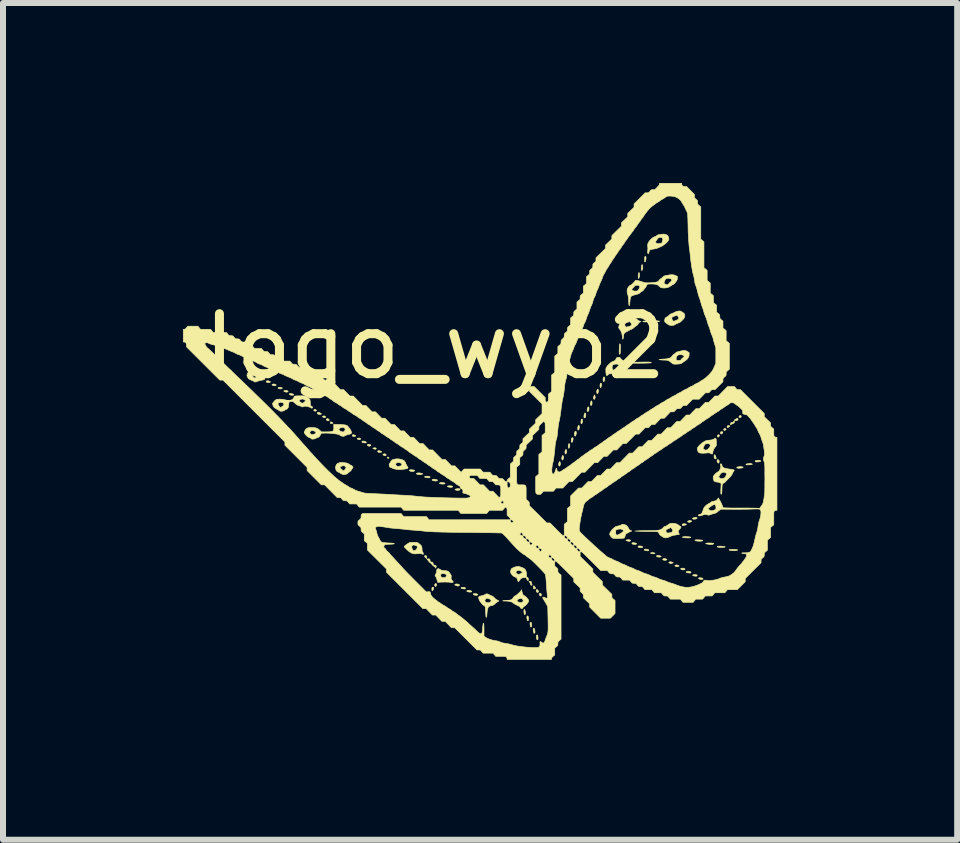
<source format=kicad_pcb>
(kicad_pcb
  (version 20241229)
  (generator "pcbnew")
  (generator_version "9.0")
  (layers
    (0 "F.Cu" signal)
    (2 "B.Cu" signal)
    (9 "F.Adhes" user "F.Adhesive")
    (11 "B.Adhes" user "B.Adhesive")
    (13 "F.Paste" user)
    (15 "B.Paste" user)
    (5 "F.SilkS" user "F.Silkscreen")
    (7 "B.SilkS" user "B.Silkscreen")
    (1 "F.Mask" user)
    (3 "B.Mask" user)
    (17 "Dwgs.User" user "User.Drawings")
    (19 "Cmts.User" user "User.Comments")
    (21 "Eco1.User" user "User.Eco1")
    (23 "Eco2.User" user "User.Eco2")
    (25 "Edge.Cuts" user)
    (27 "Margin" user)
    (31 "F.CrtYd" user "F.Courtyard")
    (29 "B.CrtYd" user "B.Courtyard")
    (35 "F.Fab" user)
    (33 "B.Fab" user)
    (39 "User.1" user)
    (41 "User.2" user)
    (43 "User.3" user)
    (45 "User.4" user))
  (footprint "logo_wyo2"
    (layer "F.Cu")
    (at 4.953 3.974)
    (property "Reference" "logo_wyo2" (at -0.75 -1.25 0) (layer "F.SilkS") (effects (font (size 1 1) (thickness 0.15))))
    (attr through_hole)
    (fp_poly (pts (xy -1.532 0.595) (xy -1.523 0.601) (xy -1.519 0.608) (xy -1.519 0.609) (xy -1.523 0.614) (xy -1.533 0.616) (xy -1.539 0.615) (xy -1.544 0.609) (xy -1.544 0.6) (xy -1.54 0.595) (xy -1.532 0.595)) (stroke (width 0.01) (type solid)) (fill yes) (layer "F.SilkS"))
    (fp_poly (pts (xy -2.742 -0.198) (xy -2.733 -0.19) (xy -2.729 -0.182) (xy -2.732 -0.176) (xy -2.744 -0.17) (xy -2.759 -0.172) (xy -2.769 -0.179) (xy -2.774 -0.189) (xy -2.769 -0.197) (xy -2.757 -0.201) (xy -2.754 -0.201) (xy -2.742 -0.198)) (stroke (width 0.01) (type solid)) (fill yes) (layer "F.SilkS"))
    (fp_poly (pts (xy -2.582 -0.085) (xy -2.578 -0.074) (xy -2.578 -0.071) (xy -2.583 -0.062) (xy -2.595 -0.061) (xy -2.613 -0.067) (xy -2.625 -0.076) (xy -2.627 -0.083) (xy -2.619 -0.088) (xy -2.61 -0.09) (xy -2.593 -0.091) (xy -2.582 -0.085)) (stroke (width 0.01) (type solid)) (fill yes) (layer "F.SilkS"))
    (fp_poly (pts (xy -1.738 0.443) (xy -1.732 0.45) (xy -1.731 0.454) (xy -1.738 0.462) (xy -1.752 0.464) (xy -1.771 0.459) (xy -1.785 0.453) (xy -1.787 0.448) (xy -1.78 0.444) (xy -1.771 0.442) (xy -1.752 0.44) (xy -1.738 0.443)) (stroke (width 0.01) (type solid)) (fill yes) (layer "F.SilkS"))
    (fp_poly (pts (xy 4.09 0.12) (xy 4.096 0.125) (xy 4.1 0.132) (xy 4.097 0.139) (xy 4.091 0.143) (xy 4.077 0.152) (xy 4.066 0.151) (xy 4.062 0.145) (xy 4.061 0.132) (xy 4.068 0.122) (xy 4.079 0.118) (xy 4.09 0.12)) (stroke (width 0.01) (type solid)) (fill yes) (layer "F.SilkS"))
    (fp_poly (pts (xy 4.351 -0.091) (xy 4.353 -0.08) (xy 4.35 -0.072) (xy 4.34 -0.065) (xy 4.327 -0.064) (xy 4.317 -0.068) (xy 4.314 -0.072) (xy 4.316 -0.081) (xy 4.323 -0.09) (xy 4.333 -0.097) (xy 4.341 -0.099) (xy 4.351 -0.091)) (stroke (width 0.01) (type solid)) (fill yes) (layer "F.SilkS"))
    (fp_poly (pts (xy -3.315 -0.564) (xy -3.294 -0.555) (xy -3.307 -0.548) (xy -3.32 -0.542) (xy -3.333 -0.541) (xy -3.349 -0.545) (xy -3.354 -0.546) (xy -3.366 -0.552) (xy -3.368 -0.559) (xy -3.36 -0.565) (xy -3.352 -0.568) (xy -3.334 -0.569) (xy -3.315 -0.564)) (stroke (width 0.01) (type solid)) (fill yes) (layer "F.SilkS"))
    (fp_poly (pts (xy -1.849 0.382) (xy -1.834 0.387) (xy -1.823 0.394) (xy -1.821 0.4) (xy -1.827 0.406) (xy -1.842 0.414) (xy -1.857 0.412) (xy -1.868 0.407) (xy -1.878 0.399) (xy -1.881 0.393) (xy -1.878 0.389) (xy -1.866 0.382) (xy -1.849 0.382)) (stroke (width 0.01) (type solid)) (fill yes) (layer "F.SilkS"))
    (fp_poly (pts (xy -0.732 2.704) (xy -0.726 2.716) (xy -0.727 2.731) (xy -0.732 2.742) (xy -0.739 2.75) (xy -0.744 2.751) (xy -0.749 2.748) (xy -0.758 2.737) (xy -0.757 2.722) (xy -0.751 2.712) (xy -0.742 2.703) (xy -0.735 2.703) (xy -0.732 2.704)) (stroke (width 0.01) (type solid)) (fill yes) (layer "F.SilkS"))
    (fp_poly (pts (xy 1.008 2.866) (xy 1.017 2.875) (xy 1.021 2.888) (xy 1.02 2.901) (xy 1.014 2.91) (xy 1.007 2.912) (xy 0.999 2.906) (xy 0.995 2.903) (xy 0.987 2.89) (xy 0.985 2.876) (xy 0.991 2.867) (xy 0.997 2.864) (xy 1.008 2.866)) (stroke (width 0.01) (type solid)) (fill yes) (layer "F.SilkS"))
    (fp_poly (pts (xy 1.914 -0.424) (xy 1.919 -0.402) (xy 1.914 -0.383) (xy 1.909 -0.373) (xy 1.903 -0.366) (xy 1.899 -0.368) (xy 1.895 -0.374) (xy 1.89 -0.387) (xy 1.89 -0.399) (xy 1.895 -0.415) (xy 1.898 -0.421) (xy 1.907 -0.442) (xy 1.914 -0.424)) (stroke (width 0.01) (type solid)) (fill yes) (layer "F.SilkS"))
    (fp_poly (pts (xy 3.979 0.224) (xy 3.985 0.227) (xy 3.989 0.232) (xy 3.988 0.239) (xy 3.984 0.247) (xy 3.974 0.26) (xy 3.966 0.263) (xy 3.959 0.256) (xy 3.958 0.254) (xy 3.955 0.241) (xy 3.958 0.233) (xy 3.967 0.224) (xy 3.979 0.224)) (stroke (width 0.01) (type solid)) (fill yes) (layer "F.SilkS"))
    (fp_poly (pts (xy -3.221 -0.514) (xy -3.209 -0.509) (xy -3.202 -0.502) (xy -3.202 -0.495) (xy -3.21 -0.49) (xy -3.231 -0.487) (xy -3.257 -0.494) (xy -3.259 -0.495) (xy -3.271 -0.502) (xy -3.272 -0.508) (xy -3.263 -0.514) (xy -3.251 -0.516) (xy -3.236 -0.517) (xy -3.221 -0.514)) (stroke (width 0.01) (type solid)) (fill yes) (layer "F.SilkS"))
    (fp_poly (pts (xy -2.53 -0.041) (xy -2.527 -0.039) (xy -2.517 -0.029) (xy -2.516 -0.019) (xy -2.525 -0.011) (xy -2.528 -0.01) (xy -2.54 -0.009) (xy -2.553 -0.017) (xy -2.564 -0.027) (xy -2.565 -0.035) (xy -2.557 -0.042) (xy -2.554 -0.043) (xy -2.542 -0.046) (xy -2.53 -0.041)) (stroke (width 0.01) (type solid)) (fill yes) (layer "F.SilkS"))
    (fp_poly (pts (xy -2.485 0.008) (xy -2.474 0.013) (xy -2.463 0.02) (xy -2.455 0.027) (xy -2.453 0.032) (xy -2.46 0.035) (xy -2.472 0.037) (xy -2.485 0.036) (xy -2.494 0.034) (xy -2.494 0.034) (xy -2.497 0.025) (xy -2.496 0.014) (xy -2.492 0.008) (xy -2.485 0.008)) (stroke (width 0.01) (type solid)) (fill yes) (layer "F.SilkS"))
    (fp_poly (pts (xy -2.106 0.224) (xy -2.093 0.229) (xy -2.081 0.234) (xy -2.073 0.24) (xy -2.072 0.243) (xy -2.083 0.248) (xy -2.1 0.25) (xy -2.115 0.25) (xy -2.125 0.246) (xy -2.131 0.237) (xy -2.129 0.228) (xy -2.12 0.222) (xy -2.117 0.222) (xy -2.106 0.224)) (stroke (width 0.01) (type solid)) (fill yes) (layer "F.SilkS"))
    (fp_poly (pts (xy -1.998 0.282) (xy -1.992 0.289) (xy -1.994 0.298) (xy -1.995 0.299) (xy -2.004 0.305) (xy -2.017 0.306) (xy -2.036 0.299) (xy -2.037 0.299) (xy -2.048 0.292) (xy -2.049 0.286) (xy -2.04 0.281) (xy -2.027 0.278) (xy -2.01 0.278) (xy -1.998 0.282)) (stroke (width 0.01) (type solid)) (fill yes) (layer "F.SilkS"))
    (fp_poly (pts (xy -1.578 0.545) (xy -1.567 0.554) (xy -1.565 0.561) (xy -1.574 0.569) (xy -1.574 0.569) (xy -1.583 0.573) (xy -1.593 0.571) (xy -1.603 0.567) (xy -1.617 0.559) (xy -1.62 0.552) (xy -1.614 0.546) (xy -1.607 0.543) (xy -1.591 0.54) (xy -1.578 0.545)) (stroke (width 0.01) (type solid)) (fill yes) (layer "F.SilkS"))
    (fp_poly (pts (xy -0.26 2.768) (xy -0.248 2.773) (xy -0.243 2.781) (xy -0.248 2.79) (xy -0.261 2.793) (xy -0.284 2.791) (xy -0.3 2.787) (xy -0.316 2.782) (xy -0.32 2.777) (xy -0.315 2.771) (xy -0.299 2.767) (xy -0.296 2.766) (xy -0.277 2.765) (xy -0.26 2.768)) (stroke (width 0.01) (type solid)) (fill yes) (layer "F.SilkS"))
    (fp_poly (pts (xy 0.953 2.804) (xy 0.962 2.813) (xy 0.97 2.825) (xy 0.973 2.836) (xy 0.973 2.839) (xy 0.967 2.848) (xy 0.957 2.851) (xy 0.946 2.847) (xy 0.94 2.841) (xy 0.935 2.826) (xy 0.936 2.813) (xy 0.943 2.803) (xy 0.945 2.803) (xy 0.953 2.804)) (stroke (width 0.01) (type solid)) (fill yes) (layer "F.SilkS"))
    (fp_poly (pts (xy 3.195 2.346) (xy 3.199 2.348) (xy 3.22 2.356) (xy 3.204 2.363) (xy 3.187 2.369) (xy 3.173 2.369) (xy 3.157 2.362) (xy 3.147 2.356) (xy 3.145 2.352) (xy 3.151 2.346) (xy 3.151 2.346) (xy 3.163 2.34) (xy 3.177 2.34) (xy 3.195 2.346)) (stroke (width 0.01) (type solid)) (fill yes) (layer "F.SilkS"))
    (fp_poly (pts (xy 3.386 2.447) (xy 3.402 2.452) (xy 3.414 2.459) (xy 3.417 2.463) (xy 3.413 2.467) (xy 3.411 2.469) (xy 3.393 2.476) (xy 3.37 2.474) (xy 3.356 2.468) (xy 3.344 2.461) (xy 3.343 2.455) (xy 3.352 2.45) (xy 3.364 2.447) (xy 3.386 2.447)) (stroke (width 0.01) (type solid)) (fill yes) (layer "F.SilkS"))
    (fp_poly (pts (xy 4.038 0.173) (xy 4.043 0.177) (xy 4.046 0.184) (xy 4.043 0.192) (xy 4.037 0.199) (xy 4.027 0.208) (xy 4.02 0.211) (xy 4.014 0.207) (xy 4.012 0.205) (xy 4.006 0.193) (xy 4.009 0.181) (xy 4.017 0.172) (xy 4.027 0.169) (xy 4.038 0.173)) (stroke (width 0.01) (type solid)) (fill yes) (layer "F.SilkS"))
    (fp_poly (pts (xy 4.156 0.073) (xy 4.162 0.078) (xy 4.158 0.085) (xy 4.147 0.092) (xy 4.133 0.101) (xy 4.125 0.104) (xy 4.122 0.104) (xy 4.119 0.099) (xy 4.119 0.099) (xy 4.117 0.084) (xy 4.123 0.075) (xy 4.138 0.071) (xy 4.14 0.071) (xy 4.156 0.073)) (stroke (width 0.01) (type solid)) (fill yes) (layer "F.SilkS"))
    (fp_poly (pts (xy -3.53 -0.676) (xy -3.515 -0.671) (xy -3.502 -0.666) (xy -3.496 -0.66) (xy -3.496 -0.655) (xy -3.507 -0.65) (xy -3.524 -0.647) (xy -3.542 -0.647) (xy -3.556 -0.651) (xy -3.558 -0.652) (xy -3.566 -0.662) (xy -3.564 -0.671) (xy -3.554 -0.676) (xy -3.545 -0.677) (xy -3.53 -0.676)) (stroke (width 0.01) (type solid)) (fill yes) (layer "F.SilkS"))
    (fp_poly (pts (xy -3.424 -0.621) (xy -3.412 -0.616) (xy -3.401 -0.61) (xy -3.399 -0.606) (xy -3.404 -0.601) (xy -3.405 -0.6) (xy -3.423 -0.593) (xy -3.443 -0.596) (xy -3.458 -0.601) (xy -3.468 -0.608) (xy -3.469 -0.612) (xy -3.464 -0.617) (xy -3.463 -0.617) (xy -3.446 -0.624) (xy -3.424 -0.621)) (stroke (width 0.01) (type solid)) (fill yes) (layer "F.SilkS"))
    (fp_poly (pts (xy -1.009 0.859) (xy -0.985 0.864) (xy -0.971 0.868) (xy -0.955 0.874) (xy -0.971 0.881) (xy -0.986 0.886) (xy -1.002 0.888) (xy -1.023 0.885) (xy -1.038 0.883) (xy -1.056 0.878) (xy -1.063 0.872) (xy -1.059 0.867) (xy -1.049 0.862) (xy -1.031 0.859) (xy -1.009 0.859)) (stroke (width 0.01) (type solid)) (fill yes) (layer "F.SilkS"))
    (fp_poly (pts (xy -0.907 2.239) (xy -0.897 2.241) (xy -0.892 2.247) (xy -0.89 2.26) (xy -0.89 2.264) (xy -0.89 2.277) (xy -0.892 2.285) (xy -0.893 2.286) (xy -0.898 2.282) (xy -0.908 2.273) (xy -0.914 2.267) (xy -0.925 2.252) (xy -0.926 2.243) (xy -0.919 2.239) (xy -0.907 2.239)) (stroke (width 0.01) (type solid)) (fill yes) (layer "F.SilkS"))
    (fp_poly (pts (xy 0.901 2.744) (xy 0.91 2.755) (xy 0.913 2.76) (xy 0.921 2.773) (xy 0.923 2.782) (xy 0.92 2.787) (xy 0.909 2.793) (xy 0.897 2.791) (xy 0.891 2.784) (xy 0.888 2.775) (xy 0.888 2.762) (xy 0.89 2.749) (xy 0.893 2.741) (xy 0.896 2.74) (xy 0.901 2.744)) (stroke (width 0.01) (type solid)) (fill yes) (layer "F.SilkS"))
    (fp_poly (pts (xy 1.329 0.672) (xy 1.334 0.68) (xy 1.339 0.706) (xy 1.333 0.732) (xy 1.333 0.733) (xy 1.326 0.744) (xy 1.319 0.744) (xy 1.312 0.735) (xy 1.311 0.733) (xy 1.308 0.721) (xy 1.31 0.705) (xy 1.312 0.696) (xy 1.318 0.678) (xy 1.324 0.67) (xy 1.329 0.672)) (stroke (width 0.01) (type solid)) (fill yes) (layer "F.SilkS"))
    (fp_poly (pts (xy 1.382 0.571) (xy 1.384 0.574) (xy 1.391 0.591) (xy 1.39 0.612) (xy 1.384 0.63) (xy 1.377 0.642) (xy 1.372 0.645) (xy 1.367 0.639) (xy 1.365 0.635) (xy 1.36 0.618) (xy 1.363 0.598) (xy 1.368 0.583) (xy 1.374 0.571) (xy 1.378 0.568) (xy 1.382 0.571)) (stroke (width 0.01) (type solid)) (fill yes) (layer "F.SilkS"))
    (fp_poly (pts (xy 1.437 0.473) (xy 1.437 0.474) (xy 1.444 0.491) (xy 1.442 0.513) (xy 1.437 0.527) (xy 1.431 0.54) (xy 1.426 0.544) (xy 1.421 0.54) (xy 1.418 0.535) (xy 1.413 0.515) (xy 1.417 0.491) (xy 1.421 0.48) (xy 1.428 0.47) (xy 1.432 0.467) (xy 1.437 0.473)) (stroke (width 0.01) (type solid)) (fill yes) (layer "F.SilkS"))
    (fp_poly (pts (xy 1.493 0.379) (xy 1.496 0.393) (xy 1.494 0.415) (xy 1.492 0.42) (xy 1.486 0.439) (xy 1.481 0.448) (xy 1.475 0.447) (xy 1.471 0.435) (xy 1.469 0.426) (xy 1.469 0.409) (xy 1.471 0.392) (xy 1.475 0.379) (xy 1.48 0.372) (xy 1.483 0.372) (xy 1.493 0.379)) (stroke (width 0.01) (type solid)) (fill yes) (layer "F.SilkS"))
    (fp_poly (pts (xy 1.649 0.07) (xy 1.654 0.077) (xy 1.655 0.089) (xy 1.653 0.105) (xy 1.649 0.128) (xy 1.644 0.141) (xy 1.637 0.145) (xy 1.63 0.141) (xy 1.627 0.13) (xy 1.627 0.109) (xy 1.628 0.105) (xy 1.632 0.082) (xy 1.637 0.07) (xy 1.644 0.067) (xy 1.649 0.07)) (stroke (width 0.01) (type solid)) (fill yes) (layer "F.SilkS"))
    (fp_poly (pts (xy 1.966 -0.533) (xy 1.967 -0.532) (xy 1.973 -0.514) (xy 1.971 -0.492) (xy 1.966 -0.479) (xy 1.96 -0.465) (xy 1.955 -0.461) (xy 1.95 -0.466) (xy 1.948 -0.471) (xy 1.942 -0.491) (xy 1.946 -0.514) (xy 1.951 -0.525) (xy 1.957 -0.536) (xy 1.961 -0.538) (xy 1.966 -0.533)) (stroke (width 0.01) (type solid)) (fill yes) (layer "F.SilkS"))
    (fp_poly (pts (xy 2.019 -0.634) (xy 2.019 -0.632) (xy 2.025 -0.62) (xy 2.026 -0.606) (xy 2.021 -0.587) (xy 2.014 -0.57) (xy 2.008 -0.563) (xy 2.004 -0.564) (xy 1.999 -0.582) (xy 1.998 -0.604) (xy 2.002 -0.623) (xy 2.003 -0.625) (xy 2.009 -0.636) (xy 2.014 -0.638) (xy 2.019 -0.634)) (stroke (width 0.01) (type solid)) (fill yes) (layer "F.SilkS"))
    (fp_poly (pts (xy 2.884 2.188) (xy 2.9 2.191) (xy 2.912 2.195) (xy 2.916 2.199) (xy 2.911 2.203) (xy 2.899 2.206) (xy 2.883 2.207) (xy 2.867 2.206) (xy 2.853 2.204) (xy 2.847 2.201) (xy 2.842 2.196) (xy 2.845 2.19) (xy 2.854 2.187) (xy 2.868 2.187) (xy 2.884 2.188)) (stroke (width 0.01) (type solid)) (fill yes) (layer "F.SilkS"))
    (fp_poly (pts (xy 3.291 2.395) (xy 3.303 2.4) (xy 3.314 2.406) (xy 3.316 2.411) (xy 3.311 2.416) (xy 3.31 2.416) (xy 3.293 2.423) (xy 3.272 2.421) (xy 3.257 2.415) (xy 3.247 2.409) (xy 3.246 2.405) (xy 3.251 2.399) (xy 3.252 2.399) (xy 3.27 2.392) (xy 3.291 2.395)) (stroke (width 0.01) (type solid)) (fill yes) (layer "F.SilkS"))
    (fp_poly (pts (xy 3.513 1.653) (xy 3.516 1.654) (xy 3.523 1.661) (xy 3.522 1.669) (xy 3.511 1.676) (xy 3.511 1.677) (xy 3.489 1.682) (xy 3.469 1.679) (xy 3.463 1.675) (xy 3.458 1.67) (xy 3.459 1.666) (xy 3.468 1.66) (xy 3.47 1.66) (xy 3.493 1.652) (xy 3.513 1.653)) (stroke (width 0.01) (type solid)) (fill yes) (layer "F.SilkS"))
    (fp_poly (pts (xy 3.97 0.638) (xy 3.98 0.649) (xy 3.98 0.65) (xy 3.986 0.668) (xy 3.983 0.684) (xy 3.977 0.693) (xy 3.971 0.696) (xy 3.964 0.691) (xy 3.958 0.682) (xy 3.951 0.668) (xy 3.948 0.659) (xy 3.95 0.651) (xy 3.953 0.645) (xy 3.961 0.636) (xy 3.97 0.638)) (stroke (width 0.01) (type solid)) (fill yes) (layer "F.SilkS"))
    (fp_poly (pts (xy -3.15 -0.462) (xy -3.127 -0.459) (xy -3.114 -0.454) (xy -3.109 -0.447) (xy -3.11 -0.441) (xy -3.117 -0.436) (xy -3.133 -0.435) (xy -3.146 -0.437) (xy -3.16 -0.44) (xy -3.168 -0.442) (xy -3.178 -0.448) (xy -3.18 -0.455) (xy -3.179 -0.461) (xy -3.175 -0.464) (xy -3.165 -0.464) (xy -3.15 -0.462)) (stroke (width 0.01) (type solid)) (fill yes) (layer "F.SilkS"))
    (fp_poly (pts (xy -1.678 0.489) (xy -1.664 0.494) (xy -1.652 0.499) (xy -1.643 0.505) (xy -1.641 0.51) (xy -1.645 0.513) (xy -1.65 0.513) (xy -1.663 0.514) (xy -1.675 0.516) (xy -1.692 0.516) (xy -1.701 0.512) (xy -1.708 0.502) (xy -1.706 0.493) (xy -1.696 0.487) (xy -1.692 0.487) (xy -1.678 0.489)) (stroke (width 0.01) (type solid)) (fill yes) (layer "F.SilkS"))
    (fp_poly (pts (xy -0.88 0.914) (xy -0.855 0.916) (xy -0.839 0.921) (xy -0.834 0.928) (xy -0.837 0.935) (xy -0.843 0.939) (xy -0.855 0.941) (xy -0.873 0.94) (xy -0.896 0.936) (xy -0.915 0.933) (xy -0.924 0.929) (xy -0.925 0.924) (xy -0.921 0.919) (xy -0.911 0.915) (xy -0.893 0.914) (xy -0.88 0.914)) (stroke (width 0.01) (type solid)) (fill yes) (layer "F.SilkS"))
    (fp_poly (pts (xy -0.355 1.122) (xy -0.341 1.124) (xy -0.336 1.128) (xy -0.335 1.136) (xy -0.342 1.144) (xy -0.356 1.148) (xy -0.374 1.15) (xy -0.393 1.148) (xy -0.394 1.148) (xy -0.412 1.142) (xy -0.419 1.137) (xy -0.416 1.132) (xy -0.407 1.128) (xy -0.391 1.124) (xy -0.372 1.122) (xy -0.355 1.122)) (stroke (width 0.01) (type solid)) (fill yes) (layer "F.SilkS"))
    (fp_poly (pts (xy -0.083 2.872) (xy -0.059 2.874) (xy -0.044 2.88) (xy -0.04 2.889) (xy -0.041 2.892) (xy -0.048 2.898) (xy -0.065 2.899) (xy -0.092 2.896) (xy -0.095 2.895) (xy -0.108 2.891) (xy -0.114 2.884) (xy -0.114 2.881) (xy -0.113 2.875) (xy -0.108 2.872) (xy -0.097 2.872) (xy -0.083 2.872)) (stroke (width 0.01) (type solid)) (fill yes) (layer "F.SilkS"))
    (fp_poly (pts (xy 1.6 0.169) (xy 1.604 0.181) (xy 1.603 0.201) (xy 1.601 0.212) (xy 1.595 0.232) (xy 1.589 0.243) (xy 1.583 0.246) (xy 1.578 0.242) (xy 1.573 0.232) (xy 1.571 0.216) (xy 1.573 0.198) (xy 1.577 0.182) (xy 1.583 0.169) (xy 1.59 0.164) (xy 1.591 0.164) (xy 1.6 0.169)) (stroke (width 0.01) (type solid)) (fill yes) (layer "F.SilkS"))
    (fp_poly (pts (xy 1.702 -0.036) (xy 1.707 -0.029) (xy 1.708 -0.017) (xy 1.706 -0.00045) (xy 1.702 0.022) (xy 1.697 0.035) (xy 1.69 0.04) (xy 1.684 0.036) (xy 1.681 0.026) (xy 1.68 0.011) (xy 1.682 -0.008) (xy 1.685 -0.024) (xy 1.689 -0.035) (xy 1.689 -0.036) (xy 1.696 -0.04) (xy 1.702 -0.036)) (stroke (width 0.01) (type solid)) (fill yes) (layer "F.SilkS"))
    (fp_poly (pts (xy 1.86 -0.339) (xy 1.864 -0.329) (xy 1.866 -0.314) (xy 1.866 -0.298) (xy 1.864 -0.284) (xy 1.862 -0.28) (xy 1.855 -0.268) (xy 1.847 -0.265) (xy 1.84 -0.273) (xy 1.838 -0.278) (xy 1.838 -0.291) (xy 1.84 -0.307) (xy 1.845 -0.324) (xy 1.85 -0.337) (xy 1.856 -0.342) (xy 1.86 -0.339)) (stroke (width 0.01) (type solid)) (fill yes) (layer "F.SilkS"))
    (fp_poly (pts (xy 2.075 -0.736) (xy 2.079 -0.724) (xy 2.078 -0.705) (xy 2.073 -0.682) (xy 2.073 -0.682) (xy 2.067 -0.667) (xy 2.061 -0.662) (xy 2.055 -0.668) (xy 2.05 -0.684) (xy 2.05 -0.685) (xy 2.049 -0.704) (xy 2.052 -0.722) (xy 2.058 -0.735) (xy 2.066 -0.741) (xy 2.066 -0.741) (xy 2.075 -0.736)) (stroke (width 0.01) (type solid)) (fill yes) (layer "F.SilkS"))
    (fp_poly (pts (xy 2.671 2.077) (xy 2.692 2.081) (xy 2.704 2.086) (xy 2.709 2.092) (xy 2.708 2.098) (xy 2.7 2.104) (xy 2.684 2.105) (xy 2.661 2.103) (xy 2.652 2.101) (xy 2.637 2.096) (xy 2.631 2.091) (xy 2.633 2.085) (xy 2.636 2.082) (xy 2.644 2.077) (xy 2.657 2.076) (xy 2.671 2.077)) (stroke (width 0.01) (type solid)) (fill yes) (layer "F.SilkS"))
    (fp_poly (pts (xy 2.775 2.131) (xy 2.797 2.135) (xy 2.809 2.141) (xy 2.812 2.148) (xy 2.81 2.151) (xy 2.801 2.158) (xy 2.797 2.158) (xy 2.788 2.157) (xy 2.775 2.155) (xy 2.754 2.152) (xy 2.742 2.148) (xy 2.736 2.143) (xy 2.736 2.141) (xy 2.74 2.133) (xy 2.754 2.129) (xy 2.775 2.131)) (stroke (width 0.01) (type solid)) (fill yes) (layer "F.SilkS"))
    (fp_poly (pts (xy 3.42 1.708) (xy 3.432 1.711) (xy 3.438 1.715) (xy 3.438 1.716) (xy 3.431 1.723) (xy 3.418 1.729) (xy 3.401 1.733) (xy 3.384 1.735) (xy 3.372 1.734) (xy 3.369 1.732) (xy 3.366 1.723) (xy 3.372 1.714) (xy 3.379 1.71) (xy 3.39 1.707) (xy 3.405 1.707) (xy 3.42 1.708)) (stroke (width 0.01) (type solid)) (fill yes) (layer "F.SilkS"))
    (fp_poly (pts (xy 3.595 2.554) (xy 3.605 2.556) (xy 3.617 2.563) (xy 3.619 2.569) (xy 3.613 2.576) (xy 3.605 2.58) (xy 3.593 2.581) (xy 3.575 2.578) (xy 3.562 2.576) (xy 3.549 2.571) (xy 3.542 2.566) (xy 3.542 2.564) (xy 3.548 2.559) (xy 3.562 2.555) (xy 3.578 2.554) (xy 3.595 2.554)) (stroke (width 0.01) (type solid)) (fill yes) (layer "F.SilkS"))
    (fp_poly (pts (xy -2.69 -0.151) (xy -2.676 -0.145) (xy -2.661 -0.138) (xy -2.65 -0.13) (xy -2.646 -0.124) (xy -2.646 -0.124) (xy -2.65 -0.119) (xy -2.662 -0.117) (xy -2.677 -0.117) (xy -2.692 -0.119) (xy -2.704 -0.123) (xy -2.706 -0.124) (xy -2.712 -0.133) (xy -2.712 -0.144) (xy -2.707 -0.152) (xy -2.702 -0.153) (xy -2.69 -0.151)) (stroke (width 0.01) (type solid)) (fill yes) (layer "F.SilkS"))
    (fp_poly (pts (xy -0.775 2.769) (xy -0.774 2.77) (xy -0.774 2.78) (xy -0.779 2.794) (xy -0.781 2.8) (xy -0.789 2.816) (xy -0.795 2.823) (xy -0.8 2.823) (xy -0.801 2.822) (xy -0.803 2.815) (xy -0.804 2.801) (xy -0.804 2.786) (xy -0.802 2.773) (xy -0.801 2.771) (xy -0.794 2.764) (xy -0.784 2.763) (xy -0.775 2.769)) (stroke (width 0.01) (type solid)) (fill yes) (layer "F.SilkS"))
    (fp_poly (pts (xy -0.616 1.021) (xy -0.6 1.024) (xy -0.588 1.029) (xy -0.584 1.034) (xy -0.585 1.037) (xy -0.595 1.041) (xy -0.612 1.044) (xy -0.631 1.045) (xy -0.649 1.043) (xy -0.656 1.042) (xy -0.673 1.036) (xy -0.679 1.031) (xy -0.675 1.026) (xy -0.664 1.021) (xy -0.65 1.019) (xy -0.633 1.019) (xy -0.616 1.021)) (stroke (width 0.01) (type solid)) (fill yes) (layer "F.SilkS"))
    (fp_poly (pts (xy -0.373 2.711) (xy -0.357 2.716) (xy -0.346 2.723) (xy -0.344 2.729) (xy -0.348 2.735) (xy -0.358 2.741) (xy -0.367 2.746) (xy -0.372 2.746) (xy -0.377 2.744) (xy -0.389 2.74) (xy -0.398 2.737) (xy -0.415 2.73) (xy -0.422 2.723) (xy -0.42 2.716) (xy -0.411 2.713) (xy -0.392 2.71) (xy -0.373 2.711)) (stroke (width 0.01) (type solid)) (fill yes) (layer "F.SilkS"))
    (fp_poly (pts (xy -0.195 2.816) (xy -0.187 2.817) (xy -0.161 2.821) (xy -0.146 2.827) (xy -0.141 2.834) (xy -0.143 2.839) (xy -0.152 2.845) (xy -0.167 2.846) (xy -0.19 2.843) (xy -0.197 2.842) (xy -0.213 2.838) (xy -0.221 2.833) (xy -0.221 2.826) (xy -0.22 2.823) (xy -0.216 2.818) (xy -0.209 2.816) (xy -0.195 2.816)) (stroke (width 0.01) (type solid)) (fill yes) (layer "F.SilkS"))
    (fp_poly (pts (xy 0.741 3.137) (xy 0.747 3.148) (xy 0.752 3.167) (xy 0.754 3.184) (xy 0.756 3.202) (xy 0.753 3.212) (xy 0.75 3.217) (xy 0.743 3.22) (xy 0.737 3.215) (xy 0.736 3.213) (xy 0.733 3.202) (xy 0.731 3.185) (xy 0.73 3.167) (xy 0.731 3.15) (xy 0.733 3.139) (xy 0.736 3.135) (xy 0.741 3.137)) (stroke (width 0.01) (type solid)) (fill yes) (layer "F.SilkS"))
    (fp_poly (pts (xy 0.8 3.249) (xy 0.804 3.266) (xy 0.806 3.286) (xy 0.806 3.305) (xy 0.804 3.316) (xy 0.801 3.321) (xy 0.798 3.322) (xy 0.789 3.319) (xy 0.786 3.315) (xy 0.784 3.305) (xy 0.781 3.289) (xy 0.78 3.279) (xy 0.779 3.261) (xy 0.781 3.25) (xy 0.785 3.245) (xy 0.793 3.242) (xy 0.8 3.249)) (stroke (width 0.01) (type solid)) (fill yes) (layer "F.SilkS"))
    (fp_poly (pts (xy 0.853 3.355) (xy 0.857 3.372) (xy 0.859 3.392) (xy 0.859 3.411) (xy 0.857 3.422) (xy 0.854 3.427) (xy 0.851 3.428) (xy 0.842 3.426) (xy 0.84 3.422) (xy 0.838 3.413) (xy 0.835 3.397) (xy 0.833 3.386) (xy 0.832 3.367) (xy 0.834 3.356) (xy 0.838 3.351) (xy 0.846 3.348) (xy 0.853 3.355)) (stroke (width 0.01) (type solid)) (fill yes) (layer "F.SilkS"))
    (fp_poly (pts (xy 0.959 3.566) (xy 0.963 3.584) (xy 0.964 3.604) (xy 0.965 3.623) (xy 0.963 3.634) (xy 0.96 3.639) (xy 0.957 3.639) (xy 0.948 3.637) (xy 0.946 3.634) (xy 0.943 3.625) (xy 0.941 3.609) (xy 0.939 3.598) (xy 0.938 3.579) (xy 0.939 3.568) (xy 0.943 3.562) (xy 0.952 3.559) (xy 0.959 3.566)) (stroke (width 0.01) (type solid)) (fill yes) (layer "F.SilkS"))
    (fp_poly (pts (xy 1.548 0.279) (xy 1.55 0.283) (xy 1.55 0.294) (xy 1.547 0.31) (xy 1.545 0.321) (xy 1.539 0.34) (xy 1.532 0.349) (xy 1.524 0.347) (xy 1.522 0.346) (xy 1.519 0.337) (xy 1.519 0.323) (xy 1.52 0.306) (xy 1.523 0.29) (xy 1.525 0.283) (xy 1.533 0.273) (xy 1.542 0.272) (xy 1.548 0.279)) (stroke (width 0.01) (type solid)) (fill yes) (layer "F.SilkS"))
    (fp_poly (pts (xy 1.755 -0.137) (xy 1.76 -0.126) (xy 1.762 -0.11) (xy 1.762 -0.108) (xy 1.76 -0.087) (xy 1.755 -0.071) (xy 1.748 -0.061) (xy 1.74 -0.058) (xy 1.733 -0.065) (xy 1.731 -0.067) (xy 1.73 -0.077) (xy 1.731 -0.093) (xy 1.734 -0.111) (xy 1.739 -0.127) (xy 1.743 -0.137) (xy 1.749 -0.141) (xy 1.755 -0.137)) (stroke (width 0.01) (type solid)) (fill yes) (layer "F.SilkS"))
    (fp_poly (pts (xy 1.809 -0.241) (xy 1.813 -0.234) (xy 1.815 -0.219) (xy 1.814 -0.202) (xy 1.812 -0.186) (xy 1.809 -0.178) (xy 1.801 -0.167) (xy 1.792 -0.165) (xy 1.786 -0.171) (xy 1.785 -0.172) (xy 1.784 -0.184) (xy 1.785 -0.202) (xy 1.789 -0.22) (xy 1.795 -0.233) (xy 1.796 -0.236) (xy 1.804 -0.242) (xy 1.809 -0.241)) (stroke (width 0.01) (type solid)) (fill yes) (layer "F.SilkS"))
    (fp_poly (pts (xy 2.493 1.974) (xy 2.496 1.975) (xy 2.506 1.982) (xy 2.507 1.988) (xy 2.502 1.994) (xy 2.492 1.999) (xy 2.477 1.999) (xy 2.454 1.993) (xy 2.453 1.993) (xy 2.44 1.988) (xy 2.432 1.983) (xy 2.432 1.982) (xy 2.436 1.978) (xy 2.448 1.975) (xy 2.464 1.973) (xy 2.48 1.973) (xy 2.493 1.974)) (stroke (width 0.01) (type solid)) (fill yes) (layer "F.SilkS"))
    (fp_poly (pts (xy 2.581 2.026) (xy 2.584 2.026) (xy 2.6 2.031) (xy 2.607 2.035) (xy 2.607 2.041) (xy 2.604 2.045) (xy 2.597 2.05) (xy 2.586 2.052) (xy 2.569 2.051) (xy 2.554 2.048) (xy 2.538 2.044) (xy 2.531 2.04) (xy 2.53 2.033) (xy 2.531 2.03) (xy 2.539 2.023) (xy 2.556 2.022) (xy 2.581 2.026)) (stroke (width 0.01) (type solid)) (fill yes) (layer "F.SilkS"))
    (fp_poly (pts (xy 2.762 -2.741) (xy 2.763 -2.739) (xy 2.766 -2.726) (xy 2.764 -2.706) (xy 2.763 -2.696) (xy 2.758 -2.673) (xy 2.752 -2.661) (xy 2.747 -2.658) (xy 2.745 -2.66) (xy 2.743 -2.667) (xy 2.742 -2.681) (xy 2.741 -2.696) (xy 2.742 -2.722) (xy 2.745 -2.741) (xy 2.75 -2.751) (xy 2.755 -2.751) (xy 2.762 -2.741)) (stroke (width 0.01) (type solid)) (fill yes) (layer "F.SilkS"))
    (fp_poly (pts (xy 2.971 2.235) (xy 2.992 2.239) (xy 3.008 2.244) (xy 3.017 2.249) (xy 3.019 2.253) (xy 3.018 2.254) (xy 3.007 2.259) (xy 2.99 2.262) (xy 2.971 2.261) (xy 2.955 2.258) (xy 2.951 2.256) (xy 2.941 2.25) (xy 2.94 2.244) (xy 2.943 2.24) (xy 2.952 2.235) (xy 2.966 2.234) (xy 2.971 2.235)) (stroke (width 0.01) (type solid)) (fill yes) (layer "F.SilkS"))
    (fp_poly (pts (xy 3.081 2.288) (xy 3.095 2.292) (xy 3.107 2.298) (xy 3.114 2.303) (xy 3.114 2.307) (xy 3.103 2.312) (xy 3.087 2.315) (xy 3.07 2.315) (xy 3.057 2.312) (xy 3.056 2.312) (xy 3.046 2.305) (xy 3.043 2.301) (xy 3.047 2.295) (xy 3.048 2.294) (xy 3.058 2.288) (xy 3.067 2.286) (xy 3.081 2.288)) (stroke (width 0.01) (type solid)) (fill yes) (layer "F.SilkS"))
    (fp_poly (pts (xy 3.489 2.5) (xy 3.503 2.504) (xy 3.507 2.506) (xy 3.515 2.513) (xy 3.515 2.519) (xy 3.513 2.522) (xy 3.504 2.527) (xy 3.488 2.528) (xy 3.464 2.524) (xy 3.457 2.523) (xy 3.441 2.518) (xy 3.435 2.512) (xy 3.435 2.509) (xy 3.441 2.503) (xy 3.454 2.499) (xy 3.471 2.498) (xy 3.489 2.5)) (stroke (width 0.01) (type solid)) (fill yes) (layer "F.SilkS"))
    (fp_poly (pts (xy 3.611 1.603) (xy 3.612 1.604) (xy 3.617 1.61) (xy 3.615 1.615) (xy 3.609 1.62) (xy 3.598 1.626) (xy 3.582 1.629) (xy 3.565 1.63) (xy 3.55 1.629) (xy 3.543 1.625) (xy 3.541 1.617) (xy 3.548 1.611) (xy 3.564 1.606) (xy 3.574 1.603) (xy 3.592 1.6) (xy 3.603 1.599) (xy 3.611 1.603)) (stroke (width 0.01) (type solid)) (fill yes) (layer "F.SilkS"))
    (fp_poly (pts (xy 3.667 2.607) (xy 3.691 2.609) (xy 3.706 2.613) (xy 3.713 2.618) (xy 3.715 2.625) (xy 3.713 2.631) (xy 3.708 2.634) (xy 3.696 2.634) (xy 3.676 2.632) (xy 3.664 2.631) (xy 3.65 2.627) (xy 3.644 2.622) (xy 3.643 2.617) (xy 3.645 2.61) (xy 3.651 2.607) (xy 3.664 2.607) (xy 3.667 2.607)) (stroke (width 0.01) (type solid)) (fill yes) (layer "F.SilkS"))
    (fp_poly (pts (xy 3.915 0.562) (xy 3.923 0.575) (xy 3.929 0.59) (xy 3.934 0.605) (xy 3.935 0.616) (xy 3.935 0.617) (xy 3.928 0.624) (xy 3.917 0.623) (xy 3.908 0.617) (xy 3.905 0.614) (xy 3.902 0.603) (xy 3.9 0.586) (xy 3.9 0.579) (xy 3.901 0.564) (xy 3.903 0.557) (xy 3.909 0.557) (xy 3.915 0.562)) (stroke (width 0.01) (type solid)) (fill yes) (layer "F.SilkS"))
    (fp_poly (pts (xy 4.293 -0.049) (xy 4.297 -0.042) (xy 4.299 -0.029) (xy 4.292 -0.019) (xy 4.278 -0.012) (xy 4.265 -0.011) (xy 4.251 -0.011) (xy 4.243 -0.014) (xy 4.242 -0.014) (xy 4.239 -0.02) (xy 4.242 -0.026) (xy 4.254 -0.034) (xy 4.263 -0.039) (xy 4.277 -0.047) (xy 4.287 -0.052) (xy 4.289 -0.053) (xy 4.293 -0.049)) (stroke (width 0.01) (type solid)) (fill yes) (layer "F.SilkS"))
    (fp_poly (pts (xy -1.937 0.33) (xy -1.932 0.331) (xy -1.912 0.337) (xy -1.901 0.341) (xy -1.897 0.345) (xy -1.898 0.351) (xy -1.898 0.352) (xy -1.902 0.357) (xy -1.91 0.359) (xy -1.926 0.358) (xy -1.946 0.356) (xy -1.962 0.352) (xy -1.97 0.344) (xy -1.969 0.335) (xy -1.966 0.332) (xy -1.96 0.328) (xy -1.952 0.327) (xy -1.937 0.33)) (stroke (width 0.01) (type solid)) (fill yes) (layer "F.SilkS"))
    (fp_poly (pts (xy -1.139 0.806) (xy -1.12 0.809) (xy -1.103 0.812) (xy -1.095 0.816) (xy -1.091 0.82) (xy -1.095 0.826) (xy -1.098 0.828) (xy -1.115 0.835) (xy -1.14 0.834) (xy -1.146 0.833) (xy -1.16 0.83) (xy -1.168 0.828) (xy -1.178 0.822) (xy -1.179 0.814) (xy -1.171 0.808) (xy -1.169 0.807) (xy -1.157 0.806) (xy -1.139 0.806)) (stroke (width 0.01) (type solid)) (fill yes) (layer "F.SilkS"))
    (fp_poly (pts (xy -0.752 0.965) (xy -0.732 0.969) (xy -0.726 0.971) (xy -0.714 0.977) (xy -0.71 0.981) (xy -0.714 0.985) (xy -0.717 0.987) (xy -0.729 0.993) (xy -0.745 0.994) (xy -0.769 0.991) (xy -0.773 0.99) (xy -0.791 0.985) (xy -0.8 0.98) (xy -0.801 0.974) (xy -0.799 0.971) (xy -0.788 0.965) (xy -0.772 0.963) (xy -0.752 0.965)) (stroke (width 0.01) (type solid)) (fill yes) (layer "F.SilkS"))
    (fp_poly (pts (xy 0.906 3.458) (xy 0.91 3.474) (xy 0.913 3.492) (xy 0.915 3.51) (xy 0.913 3.522) (xy 0.909 3.528) (xy 0.902 3.533) (xy 0.897 3.529) (xy 0.895 3.525) (xy 0.891 3.514) (xy 0.887 3.497) (xy 0.886 3.485) (xy 0.884 3.468) (xy 0.885 3.458) (xy 0.889 3.453) (xy 0.891 3.452) (xy 0.9 3.452) (xy 0.906 3.458)) (stroke (width 0.01) (type solid)) (fill yes) (layer "F.SilkS"))
    (fp_poly (pts (xy 2.651 -2.479) (xy 2.654 -2.47) (xy 2.656 -2.453) (xy 2.657 -2.434) (xy 2.655 -2.416) (xy 2.651 -2.399) (xy 2.647 -2.388) (xy 2.642 -2.383) (xy 2.639 -2.385) (xy 2.636 -2.393) (xy 2.635 -2.408) (xy 2.635 -2.427) (xy 2.637 -2.447) (xy 2.639 -2.463) (xy 2.642 -2.474) (xy 2.643 -2.474) (xy 2.648 -2.481) (xy 2.651 -2.479)) (stroke (width 0.01) (type solid)) (fill yes) (layer "F.SilkS"))
    (fp_poly (pts (xy 2.702 -2.613) (xy 2.707 -2.602) (xy 2.71 -2.585) (xy 2.711 -2.565) (xy 2.709 -2.546) (xy 2.709 -2.544) (xy 2.703 -2.525) (xy 2.698 -2.516) (xy 2.692 -2.518) (xy 2.69 -2.52) (xy 2.687 -2.53) (xy 2.686 -2.545) (xy 2.687 -2.563) (xy 2.689 -2.581) (xy 2.692 -2.597) (xy 2.696 -2.609) (xy 2.7 -2.613) (xy 2.702 -2.613)) (stroke (width 0.01) (type solid)) (fill yes) (layer "F.SilkS"))
    (fp_poly (pts (xy 4.238 0.008) (xy 4.236 0.022) (xy 4.23 0.029) (xy 4.218 0.033) (xy 4.217 0.033) (xy 4.201 0.04) (xy 4.187 0.049) (xy 4.187 0.049) (xy 4.175 0.06) (xy 4.175 0.041) (xy 4.176 0.029) (xy 4.18 0.023) (xy 4.191 0.019) (xy 4.196 0.019) (xy 4.218 0.011) (xy 4.228 0.001) (xy 4.239 -0.013) (xy 4.238 0.008)) (stroke (width 0.01) (type solid)) (fill yes) (layer "F.SilkS"))
    (fp_poly (pts (xy 4.661 0.65) (xy 4.668 0.651) (xy 4.677 0.658) (xy 4.677 0.664) (xy 4.667 0.669) (xy 4.647 0.673) (xy 4.629 0.675) (xy 4.609 0.677) (xy 4.597 0.676) (xy 4.59 0.672) (xy 4.588 0.67) (xy 4.584 0.662) (xy 4.585 0.658) (xy 4.593 0.654) (xy 4.608 0.652) (xy 4.627 0.65) (xy 4.645 0.649) (xy 4.661 0.65)) (stroke (width 0.01) (type solid)) (fill yes) (layer "F.SilkS"))
    (fp_poly (pts (xy -0.485 1.075) (xy -0.469 1.078) (xy -0.461 1.082) (xy -0.461 1.082) (xy -0.458 1.089) (xy -0.464 1.094) (xy -0.465 1.095) (xy -0.473 1.098) (xy -0.483 1.1) (xy -0.497 1.099) (xy -0.517 1.096) (xy -0.535 1.092) (xy -0.543 1.088) (xy -0.544 1.082) (xy -0.543 1.08) (xy -0.535 1.076) (xy -0.521 1.074) (xy -0.503 1.074) (xy -0.485 1.075)) (stroke (width 0.01) (type solid)) (fill yes) (layer "F.SilkS"))
    (fp_poly (pts (xy 0.845 2.668) (xy 0.851 2.672) (xy 0.855 2.683) (xy 0.856 2.689) (xy 0.86 2.706) (xy 0.864 2.719) (xy 0.865 2.721) (xy 0.866 2.729) (xy 0.859 2.731) (xy 0.848 2.729) (xy 0.845 2.727) (xy 0.842 2.719) (xy 0.841 2.714) (xy 0.839 2.705) (xy 0.831 2.691) (xy 0.828 2.686) (xy 0.815 2.667) (xy 0.833 2.667) (xy 0.845 2.668)) (stroke (width 0.01) (type solid)) (fill yes) (layer "F.SilkS"))
    (fp_poly (pts (xy 4.365 0.756) (xy 4.377 0.76) (xy 4.379 0.761) (xy 4.385 0.765) (xy 4.384 0.768) (xy 4.374 0.773) (xy 4.355 0.778) (xy 4.332 0.78) (xy 4.31 0.781) (xy 4.293 0.779) (xy 4.292 0.779) (xy 4.281 0.774) (xy 4.277 0.769) (xy 4.28 0.764) (xy 4.291 0.76) (xy 4.308 0.757) (xy 4.327 0.755) (xy 4.347 0.755) (xy 4.365 0.756)) (stroke (width 0.01) (type solid)) (fill yes) (layer "F.SilkS"))
    (fp_poly (pts (xy 3.445 1.922) (xy 3.476 1.924) (xy 3.497 1.926) (xy 3.509 1.929) (xy 3.512 1.934) (xy 3.508 1.937) (xy 3.499 1.94) (xy 3.482 1.941) (xy 3.461 1.942) (xy 3.437 1.941) (xy 3.414 1.94) (xy 3.395 1.939) (xy 3.383 1.937) (xy 3.381 1.936) (xy 3.373 1.931) (xy 3.374 1.927) (xy 3.384 1.924) (xy 3.402 1.922) (xy 3.428 1.921) (xy 3.445 1.922)) (stroke (width 0.01) (type solid)) (fill yes) (layer "F.SilkS"))
    (fp_poly (pts (xy 3.643 1.975) (xy 3.666 1.976) (xy 3.687 1.978) (xy 3.702 1.981) (xy 3.71 1.983) (xy 3.711 1.983) (xy 3.711 1.988) (xy 3.702 1.992) (xy 3.687 1.995) (xy 3.668 1.997) (xy 3.646 1.997) (xy 3.624 1.995) (xy 3.617 1.994) (xy 3.596 1.99) (xy 3.583 1.986) (xy 3.58 1.981) (xy 3.586 1.977) (xy 3.59 1.976) (xy 3.603 1.975) (xy 3.621 1.974) (xy 3.643 1.975)) (stroke (width 0.01) (type solid)) (fill yes) (layer "F.SilkS"))
    (fp_poly (pts (xy 3.852 2.028) (xy 3.869 2.029) (xy 3.882 2.032) (xy 3.882 2.032) (xy 3.897 2.038) (xy 3.884 2.045) (xy 3.874 2.05) (xy 3.862 2.052) (xy 3.846 2.052) (xy 3.822 2.05) (xy 3.805 2.047) (xy 3.786 2.045) (xy 3.771 2.042) (xy 3.763 2.04) (xy 3.759 2.036) (xy 3.764 2.033) (xy 3.775 2.03) (xy 3.791 2.028) (xy 3.811 2.027) (xy 3.832 2.027) (xy 3.852 2.028)) (stroke (width 0.01) (type solid)) (fill yes) (layer "F.SilkS"))
    (fp_poly (pts (xy 4.013 2.08) (xy 4.036 2.082) (xy 4.057 2.083) (xy 4.073 2.085) (xy 4.08 2.087) (xy 4.084 2.093) (xy 4.078 2.096) (xy 4.062 2.099) (xy 4.038 2.1) (xy 4.024 2.1) (xy 4.002 2.1) (xy 3.982 2.099) (xy 3.969 2.098) (xy 3.966 2.097) (xy 3.954 2.092) (xy 3.951 2.087) (xy 3.958 2.083) (xy 3.961 2.082) (xy 3.973 2.08) (xy 3.991 2.08) (xy 4.013 2.08)) (stroke (width 0.01) (type solid)) (fill yes) (layer "F.SilkS"))
    (fp_poly (pts (xy 4.212 2.133) (xy 4.235 2.134) (xy 4.257 2.135) (xy 4.275 2.137) (xy 4.287 2.139) (xy 4.29 2.14) (xy 4.291 2.146) (xy 4.283 2.15) (xy 4.269 2.154) (xy 4.249 2.156) (xy 4.225 2.156) (xy 4.201 2.155) (xy 4.191 2.153) (xy 4.169 2.15) (xy 4.155 2.145) (xy 4.151 2.141) (xy 4.156 2.136) (xy 4.162 2.135) (xy 4.173 2.134) (xy 4.19 2.133) (xy 4.212 2.133)) (stroke (width 0.01) (type solid)) (fill yes) (layer "F.SilkS"))
    (fp_poly (pts (xy 4.506 0.701) (xy 4.515 0.704) (xy 4.526 0.706) (xy 4.536 0.71) (xy 4.537 0.714) (xy 4.536 0.716) (xy 4.528 0.719) (xy 4.513 0.721) (xy 4.493 0.723) (xy 4.473 0.724) (xy 4.454 0.724) (xy 4.439 0.723) (xy 4.432 0.721) (xy 4.432 0.721) (xy 4.432 0.714) (xy 4.433 0.712) (xy 4.442 0.71) (xy 4.456 0.707) (xy 4.474 0.704) (xy 4.49 0.702) (xy 4.503 0.701) (xy 4.506 0.701)) (stroke (width 0.01) (type solid)) (fill yes) (layer "F.SilkS"))
    (fp_poly (pts (xy 2.336 -1.282) (xy 2.338 -1.263) (xy 2.339 -1.233) (xy 2.338 -1.194) (xy 2.338 -1.194) (xy 2.337 -1.162) (xy 2.335 -1.139) (xy 2.332 -1.125) (xy 2.33 -1.121) (xy 2.325 -1.119) (xy 2.321 -1.125) (xy 2.32 -1.13) (xy 2.319 -1.141) (xy 2.318 -1.16) (xy 2.318 -1.184) (xy 2.319 -1.21) (xy 2.32 -1.235) (xy 2.322 -1.259) (xy 2.324 -1.278) (xy 2.326 -1.29) (xy 2.327 -1.292) (xy 2.332 -1.292) (xy 2.336 -1.282)) (stroke (width 0.01) (type solid)) (fill yes) (layer "F.SilkS"))
    (fp_poly (pts (xy 2.804 -0.989) (xy 2.828 -0.987) (xy 2.844 -0.985) (xy 2.852 -0.982) (xy 2.854 -0.979) (xy 2.853 -0.977) (xy 2.846 -0.976) (xy 2.83 -0.974) (xy 2.807 -0.973) (xy 2.779 -0.972) (xy 2.746 -0.971) (xy 2.711 -0.97) (xy 2.675 -0.97) (xy 2.64 -0.969) (xy 2.607 -0.97) (xy 2.578 -0.97) (xy 2.555 -0.971) (xy 2.54 -0.972) (xy 2.535 -0.973) (xy 2.527 -0.976) (xy 2.527 -0.979) (xy 2.536 -0.982) (xy 2.554 -0.984) (xy 2.582 -0.986) (xy 2.62 -0.987) (xy 2.667 -0.988) (xy 2.676 -0.988) (xy 2.729 -0.989) (xy 2.771 -0.989) (xy 2.804 -0.989)) (stroke (width 0.01) (type solid)) (fill yes) (layer "F.SilkS"))
    (fp_poly (pts (xy 2.902 -1.679) (xy 2.926 -1.678) (xy 2.935 -1.678) (xy 2.958 -1.675) (xy 2.976 -1.673) (xy 2.988 -1.672) (xy 2.991 -1.672) (xy 2.992 -1.67) (xy 2.987 -1.666) (xy 2.979 -1.664) (xy 2.962 -1.662) (xy 2.938 -1.661) (xy 2.909 -1.66) (xy 2.877 -1.659) (xy 2.844 -1.658) (xy 2.811 -1.658) (xy 2.78 -1.658) (xy 2.754 -1.658) (xy 2.734 -1.659) (xy 2.721 -1.66) (xy 2.72 -1.661) (xy 2.711 -1.664) (xy 2.712 -1.666) (xy 2.717 -1.669) (xy 2.73 -1.672) (xy 2.75 -1.674) (xy 2.777 -1.676) (xy 2.808 -1.678) (xy 2.841 -1.679) (xy 2.873 -1.68) (xy 2.902 -1.679)) (stroke (width 0.01) (type solid)) (fill yes) (layer "F.SilkS"))
    (fp_poly (pts (xy -0.85 2.292) (xy -0.842 2.295) (xy -0.838 2.304) (xy -0.834 2.32) (xy -0.834 2.324) (xy -0.831 2.337) (xy -0.825 2.343) (xy -0.814 2.344) (xy -0.813 2.344) (xy -0.797 2.347) (xy -0.787 2.355) (xy -0.783 2.372) (xy -0.782 2.376) (xy -0.78 2.388) (xy -0.774 2.394) (xy -0.762 2.396) (xy -0.761 2.396) (xy -0.743 2.4) (xy -0.733 2.41) (xy -0.732 2.424) (xy -0.734 2.43) (xy -0.738 2.447) (xy -0.747 2.433) (xy -0.759 2.421) (xy -0.772 2.413) (xy -0.785 2.404) (xy -0.797 2.391) (xy -0.799 2.389) (xy -0.811 2.373) (xy -0.826 2.361) (xy -0.828 2.36) (xy -0.843 2.347) (xy -0.856 2.332) (xy -0.857 2.331) (xy -0.866 2.318) (xy -0.874 2.31) (xy -0.876 2.309) (xy -0.884 2.303) (xy -0.883 2.297) (xy -0.875 2.293) (xy -0.862 2.291) (xy -0.85 2.292)) (stroke (width 0.01) (type solid)) (fill yes) (layer "F.SilkS"))
    (fp_poly (pts (xy -3.765 -0.851) (xy -3.753 -0.85) (xy -3.73 -0.848) (xy -3.71 -0.845) (xy -3.696 -0.842) (xy -3.692 -0.841) (xy -3.662 -0.82) (xy -3.636 -0.791) (xy -3.62 -0.765) (xy -3.611 -0.747) (xy -3.602 -0.733) (xy -3.596 -0.726) (xy -3.588 -0.715) (xy -3.589 -0.705) (xy -3.601 -0.697) (xy -3.623 -0.69) (xy -3.639 -0.687) (xy -3.664 -0.682) (xy -3.691 -0.675) (xy -3.708 -0.669) (xy -3.733 -0.66) (xy -3.751 -0.657) (xy -3.764 -0.659) (xy -3.772 -0.667) (xy -3.772 -0.667) (xy -3.781 -0.675) (xy -3.788 -0.677) (xy -3.797 -0.68) (xy -3.813 -0.686) (xy -3.831 -0.694) (xy -3.85 -0.704) (xy -3.862 -0.713) (xy -3.87 -0.725) (xy -3.877 -0.738) (xy -3.884 -0.754) (xy -3.887 -0.766) (xy -3.886 -0.77) (xy -3.797 -0.77) (xy -3.797 -0.764) (xy -3.79 -0.754) (xy -3.789 -0.752) (xy -3.778 -0.739) (xy -3.767 -0.728) (xy -3.767 -0.728) (xy -3.758 -0.723) (xy -3.749 -0.724) (xy -3.74 -0.729) (xy -3.725 -0.739) (xy -3.711 -0.749) (xy -3.701 -0.76) (xy -3.702 -0.77) (xy -3.712 -0.78) (xy -3.728 -0.789) (xy -3.752 -0.796) (xy -3.772 -0.793) (xy -3.789 -0.78) (xy -3.792 -0.778) (xy -3.797 -0.77) (xy -3.886 -0.77) (xy -3.885 -0.776) (xy -3.881 -0.789) (xy -3.873 -0.809) (xy -3.862 -0.823) (xy -3.847 -0.833) (xy -3.829 -0.842) (xy -3.815 -0.847) (xy -3.801 -0.85) (xy -3.786 -0.852) (xy -3.765 -0.851)) (stroke (width 0.01) (type solid)) (fill yes) (layer "F.SilkS"))
    (fp_poly (pts (xy -1.34 0.628) (xy -1.305 0.637) (xy -1.281 0.647) (xy -1.269 0.654) (xy -1.26 0.661) (xy -1.253 0.673) (xy -1.244 0.69) (xy -1.24 0.701) (xy -1.23 0.722) (xy -1.221 0.74) (xy -1.213 0.752) (xy -1.211 0.754) (xy -1.203 0.766) (xy -1.202 0.775) (xy -1.209 0.783) (xy -1.225 0.789) (xy -1.251 0.794) (xy -1.271 0.797) (xy -1.307 0.801) (xy -1.336 0.803) (xy -1.362 0.803) (xy -1.387 0.8) (xy -1.411 0.796) (xy -1.432 0.791) (xy -1.453 0.785) (xy -1.466 0.778) (xy -1.48 0.771) (xy -1.491 0.767) (xy -1.493 0.767) (xy -1.504 0.763) (xy -1.512 0.75) (xy -1.515 0.735) (xy -1.516 0.725) (xy -1.514 0.714) (xy -1.409 0.714) (xy -1.404 0.728) (xy -1.397 0.736) (xy -1.386 0.746) (xy -1.377 0.75) (xy -1.364 0.75) (xy -1.357 0.749) (xy -1.34 0.746) (xy -1.328 0.744) (xy -1.325 0.743) (xy -1.317 0.737) (xy -1.309 0.726) (xy -1.304 0.716) (xy -1.305 0.71) (xy -1.313 0.702) (xy -1.314 0.701) (xy -1.331 0.691) (xy -1.352 0.686) (xy -1.372 0.685) (xy -1.389 0.69) (xy -1.389 0.69) (xy -1.404 0.703) (xy -1.409 0.714) (xy -1.514 0.714) (xy -1.514 0.714) (xy -1.508 0.701) (xy -1.497 0.683) (xy -1.495 0.678) (xy -1.483 0.661) (xy -1.473 0.649) (xy -1.463 0.641) (xy -1.449 0.635) (xy -1.43 0.631) (xy -1.404 0.626) (xy -1.374 0.624) (xy -1.34 0.628)) (stroke (width 0.01) (type solid)) (fill yes) (layer "F.SilkS"))
    (fp_poly (pts (xy 3.336 -1.839) (xy 3.349 -1.834) (xy 3.365 -1.825) (xy 3.388 -1.809) (xy 3.403 -1.795) (xy 3.41 -1.78) (xy 3.412 -1.762) (xy 3.41 -1.752) (xy 3.408 -1.738) (xy 3.404 -1.727) (xy 3.396 -1.715) (xy 3.384 -1.701) (xy 3.37 -1.687) (xy 3.351 -1.668) (xy 3.335 -1.655) (xy 3.319 -1.646) (xy 3.3 -1.638) (xy 3.3 -1.638) (xy 3.281 -1.631) (xy 3.264 -1.623) (xy 3.255 -1.617) (xy 3.236 -1.606) (xy 3.211 -1.6) (xy 3.183 -1.599) (xy 3.157 -1.604) (xy 3.145 -1.609) (xy 3.128 -1.619) (xy 3.109 -1.633) (xy 3.098 -1.642) (xy 3.085 -1.654) (xy 3.077 -1.663) (xy 3.075 -1.672) (xy 3.076 -1.685) (xy 3.077 -1.69) (xy 3.081 -1.711) (xy 3.083 -1.715) (xy 3.194 -1.715) (xy 3.197 -1.705) (xy 3.203 -1.693) (xy 3.212 -1.681) (xy 3.22 -1.672) (xy 3.227 -1.668) (xy 3.228 -1.668) (xy 3.234 -1.671) (xy 3.247 -1.676) (xy 3.263 -1.682) (xy 3.29 -1.694) (xy 3.306 -1.706) (xy 3.312 -1.72) (xy 3.308 -1.736) (xy 3.295 -1.754) (xy 3.295 -1.754) (xy 3.283 -1.768) (xy 3.252 -1.759) (xy 3.224 -1.75) (xy 3.205 -1.74) (xy 3.196 -1.728) (xy 3.194 -1.715) (xy 3.083 -1.715) (xy 3.088 -1.725) (xy 3.1 -1.734) (xy 3.115 -1.742) (xy 3.132 -1.752) (xy 3.148 -1.767) (xy 3.151 -1.77) (xy 3.17 -1.787) (xy 3.187 -1.794) (xy 3.204 -1.8) (xy 3.224 -1.809) (xy 3.241 -1.818) (xy 3.279 -1.834) (xy 3.305 -1.839) (xy 3.323 -1.84) (xy 3.336 -1.839)) (stroke (width 0.01) (type solid)) (fill yes) (layer "F.SilkS"))
    (fp_poly (pts (xy -2.299 0.685) (xy -2.273 0.688) (xy -2.271 0.688) (xy -2.245 0.691) (xy -2.226 0.694) (xy -2.213 0.697) (xy -2.201 0.703) (xy -2.188 0.711) (xy -2.172 0.722) (xy -2.157 0.73) (xy -2.15 0.733) (xy -2.138 0.739) (xy -2.128 0.75) (xy -2.117 0.763) (xy -2.131 0.785) (xy -2.141 0.8) (xy -2.149 0.814) (xy -2.152 0.818) (xy -2.159 0.826) (xy -2.172 0.837) (xy -2.183 0.845) (xy -2.198 0.856) (xy -2.209 0.865) (xy -2.213 0.87) (xy -2.217 0.874) (xy -2.224 0.878) (xy -2.238 0.881) (xy -2.259 0.885) (xy -2.264 0.886) (xy -2.278 0.886) (xy -2.295 0.882) (xy -2.297 0.882) (xy -2.314 0.874) (xy -2.332 0.863) (xy -2.334 0.861) (xy -2.349 0.852) (xy -2.363 0.845) (xy -2.366 0.844) (xy -2.385 0.834) (xy -2.399 0.815) (xy -2.407 0.793) (xy -2.41 0.77) (xy -2.41 0.769) (xy -2.336 0.769) (xy -2.332 0.775) (xy -2.323 0.786) (xy -2.31 0.799) (xy -2.296 0.811) (xy -2.283 0.821) (xy -2.275 0.825) (xy -2.275 0.825) (xy -2.27 0.822) (xy -2.261 0.812) (xy -2.258 0.808) (xy -2.245 0.789) (xy -2.237 0.776) (xy -2.236 0.767) (xy -2.24 0.758) (xy -2.246 0.752) (xy -2.264 0.741) (xy -2.277 0.739) (xy -2.293 0.741) (xy -2.311 0.747) (xy -2.325 0.755) (xy -2.335 0.764) (xy -2.336 0.769) (xy -2.41 0.769) (xy -2.407 0.748) (xy -2.396 0.723) (xy -2.395 0.721) (xy -2.386 0.709) (xy -2.371 0.699) (xy -2.357 0.694) (xy -2.343 0.689) (xy -2.33 0.686) (xy -2.317 0.685) (xy -2.299 0.685)) (stroke (width 0.01) (type solid)) (fill yes) (layer "F.SilkS"))
    (fp_poly (pts (xy -0.683 2.459) (xy -0.661 2.471) (xy -0.644 2.481) (xy -0.628 2.486) (xy -0.607 2.487) (xy -0.585 2.488) (xy -0.562 2.491) (xy -0.552 2.493) (xy -0.539 2.497) (xy -0.528 2.504) (xy -0.517 2.515) (xy -0.503 2.533) (xy -0.503 2.534) (xy -0.491 2.551) (xy -0.484 2.563) (xy -0.481 2.573) (xy -0.481 2.584) (xy -0.482 2.594) (xy -0.484 2.614) (xy -0.481 2.63) (xy -0.472 2.645) (xy -0.459 2.66) (xy -0.45 2.67) (xy -0.447 2.676) (xy -0.45 2.68) (xy -0.454 2.682) (xy -0.469 2.687) (xy -0.486 2.686) (xy -0.5 2.682) (xy -0.513 2.68) (xy -0.533 2.679) (xy -0.559 2.678) (xy -0.588 2.677) (xy -0.618 2.678) (xy -0.646 2.679) (xy -0.669 2.68) (xy -0.673 2.681) (xy -0.704 2.684) (xy -0.712 2.665) (xy -0.717 2.65) (xy -0.72 2.636) (xy -0.72 2.635) (xy -0.722 2.624) (xy -0.729 2.608) (xy -0.736 2.595) (xy -0.748 2.573) (xy -0.66 2.573) (xy -0.651 2.588) (xy -0.65 2.59) (xy -0.643 2.598) (xy -0.634 2.602) (xy -0.62 2.603) (xy -0.608 2.603) (xy -0.591 2.603) (xy -0.58 2.601) (xy -0.574 2.596) (xy -0.569 2.588) (xy -0.563 2.575) (xy -0.561 2.565) (xy -0.561 2.565) (xy -0.566 2.553) (xy -0.58 2.544) (xy -0.602 2.538) (xy -0.607 2.537) (xy -0.625 2.535) (xy -0.636 2.537) (xy -0.645 2.542) (xy -0.648 2.546) (xy -0.659 2.559) (xy -0.66 2.573) (xy -0.748 2.573) (xy -0.752 2.566) (xy -0.738 2.543) (xy -0.727 2.517) (xy -0.725 2.498) (xy -0.722 2.475) (xy -0.714 2.46) (xy -0.701 2.455) (xy -0.683 2.459)) (stroke (width 0.01) (type solid)) (fill yes) (layer "F.SilkS"))
    (fp_poly (pts (xy 0.651 2.42) (xy 0.661 2.423) (xy 0.697 2.435) (xy 0.725 2.448) (xy 0.745 2.462) (xy 0.758 2.479) (xy 0.766 2.5) (xy 0.771 2.527) (xy 0.773 2.547) (xy 0.774 2.571) (xy 0.776 2.586) (xy 0.779 2.594) (xy 0.784 2.599) (xy 0.786 2.6) (xy 0.797 2.608) (xy 0.803 2.618) (xy 0.804 2.635) (xy 0.804 2.637) (xy 0.803 2.651) (xy 0.798 2.655) (xy 0.791 2.649) (xy 0.781 2.633) (xy 0.778 2.628) (xy 0.765 2.602) (xy 0.732 2.605) (xy 0.708 2.608) (xy 0.691 2.613) (xy 0.678 2.622) (xy 0.666 2.637) (xy 0.662 2.643) (xy 0.649 2.66) (xy 0.641 2.669) (xy 0.635 2.67) (xy 0.633 2.668) (xy 0.631 2.661) (xy 0.626 2.648) (xy 0.622 2.637) (xy 0.615 2.618) (xy 0.608 2.607) (xy 0.597 2.599) (xy 0.582 2.593) (xy 0.567 2.587) (xy 0.553 2.578) (xy 0.538 2.563) (xy 0.525 2.549) (xy 0.513 2.531) (xy 0.509 2.515) (xy 0.595 2.515) (xy 0.6 2.523) (xy 0.609 2.532) (xy 0.621 2.544) (xy 0.632 2.549) (xy 0.645 2.549) (xy 0.662 2.545) (xy 0.679 2.537) (xy 0.693 2.527) (xy 0.694 2.526) (xy 0.702 2.517) (xy 0.702 2.51) (xy 0.698 2.505) (xy 0.688 2.499) (xy 0.673 2.491) (xy 0.664 2.487) (xy 0.642 2.482) (xy 0.625 2.484) (xy 0.609 2.495) (xy 0.601 2.503) (xy 0.595 2.51) (xy 0.595 2.515) (xy 0.509 2.515) (xy 0.508 2.512) (xy 0.51 2.489) (xy 0.514 2.475) (xy 0.519 2.462) (xy 0.527 2.453) (xy 0.542 2.444) (xy 0.547 2.441) (xy 0.584 2.426) (xy 0.62 2.419) (xy 0.651 2.42)) (stroke (width 0.01) (type solid)) (fill yes) (layer "F.SilkS"))
    (fp_poly (pts (xy -1.094 2.016) (xy -1.071 2.017) (xy -1.053 2.019) (xy -1.042 2.022) (xy -1.041 2.022) (xy -1.024 2.033) (xy -1.006 2.048) (xy -0.989 2.063) (xy -0.978 2.077) (xy -0.976 2.08) (xy -0.972 2.094) (xy -0.969 2.114) (xy -0.968 2.129) (xy -0.967 2.15) (xy -0.964 2.165) (xy -0.957 2.177) (xy -0.956 2.179) (xy -0.948 2.194) (xy -0.946 2.206) (xy -0.946 2.207) (xy -0.948 2.214) (xy -0.952 2.216) (xy -0.961 2.214) (xy -0.973 2.209) (xy -0.983 2.205) (xy -0.996 2.204) (xy -1.014 2.203) (xy -1.039 2.205) (xy -1.049 2.206) (xy -1.077 2.208) (xy -1.096 2.208) (xy -1.112 2.206) (xy -1.127 2.202) (xy -1.144 2.194) (xy -1.167 2.181) (xy -1.18 2.172) (xy -1.197 2.159) (xy -1.215 2.143) (xy -1.233 2.126) (xy -1.248 2.11) (xy -1.26 2.097) (xy -1.265 2.088) (xy -1.142 2.088) (xy -1.141 2.097) (xy -1.136 2.111) (xy -1.129 2.127) (xy -1.122 2.143) (xy -1.115 2.154) (xy -1.11 2.159) (xy -1.103 2.157) (xy -1.09 2.151) (xy -1.086 2.149) (xy -1.068 2.139) (xy -1.058 2.128) (xy -1.051 2.113) (xy -1.049 2.108) (xy -1.046 2.093) (xy -1.051 2.082) (xy -1.063 2.073) (xy -1.083 2.066) (xy -1.1 2.061) (xy -1.11 2.06) (xy -1.118 2.062) (xy -1.126 2.068) (xy -1.137 2.078) (xy -1.142 2.088) (xy -1.142 2.088) (xy -1.265 2.088) (xy -1.265 2.088) (xy -1.265 2.087) (xy -1.261 2.08) (xy -1.249 2.07) (xy -1.234 2.057) (xy -1.215 2.044) (xy -1.197 2.032) (xy -1.181 2.023) (xy -1.172 2.02) (xy -1.161 2.017) (xy -1.142 2.016) (xy -1.118 2.016) (xy -1.094 2.016)) (stroke (width 0.01) (type solid)) (fill yes) (layer "F.SilkS"))
    (fp_poly (pts (xy 3.929 0.285) (xy 3.932 0.291) (xy 3.935 0.3) (xy 3.936 0.316) (xy 3.937 0.34) (xy 3.937 0.35) (xy 3.937 0.407) (xy 3.918 0.428) (xy 3.904 0.448) (xy 3.891 0.471) (xy 3.882 0.495) (xy 3.879 0.515) (xy 3.879 0.516) (xy 3.877 0.532) (xy 3.872 0.542) (xy 3.866 0.544) (xy 3.858 0.542) (xy 3.845 0.536) (xy 3.84 0.533) (xy 3.83 0.528) (xy 3.82 0.525) (xy 3.809 0.524) (xy 3.793 0.525) (xy 3.77 0.527) (xy 3.76 0.528) (xy 3.715 0.531) (xy 3.68 0.529) (xy 3.655 0.524) (xy 3.64 0.514) (xy 3.633 0.504) (xy 3.627 0.488) (xy 3.625 0.477) (xy 3.622 0.459) (xy 3.622 0.455) (xy 3.718 0.455) (xy 3.718 0.456) (xy 3.724 0.462) (xy 3.736 0.47) (xy 3.738 0.472) (xy 3.757 0.479) (xy 3.777 0.476) (xy 3.792 0.468) (xy 3.807 0.455) (xy 3.821 0.437) (xy 3.833 0.418) (xy 3.836 0.411) (xy 3.839 0.4) (xy 3.836 0.391) (xy 3.828 0.383) (xy 3.819 0.375) (xy 3.809 0.371) (xy 3.796 0.371) (xy 3.786 0.372) (xy 3.769 0.374) (xy 3.756 0.377) (xy 3.751 0.379) (xy 3.746 0.386) (xy 3.738 0.399) (xy 3.73 0.416) (xy 3.723 0.432) (xy 3.719 0.447) (xy 3.718 0.455) (xy 3.622 0.455) (xy 3.623 0.446) (xy 3.627 0.435) (xy 3.63 0.429) (xy 3.644 0.412) (xy 3.664 0.391) (xy 3.688 0.37) (xy 3.714 0.35) (xy 3.738 0.334) (xy 3.759 0.324) (xy 3.76 0.324) (xy 3.775 0.32) (xy 3.797 0.316) (xy 3.821 0.313) (xy 3.826 0.313) (xy 3.856 0.309) (xy 3.879 0.303) (xy 3.899 0.293) (xy 3.911 0.285) (xy 3.921 0.281) (xy 3.929 0.285)) (stroke (width 0.01) (type solid)) (fill yes) (layer "F.SilkS"))
    (fp_poly (pts (xy 2.39 1.716) (xy 2.408 1.721) (xy 2.413 1.723) (xy 2.432 1.731) (xy 2.447 1.742) (xy 2.46 1.758) (xy 2.474 1.781) (xy 2.475 1.783) (xy 2.486 1.802) (xy 2.497 1.813) (xy 2.507 1.817) (xy 2.521 1.823) (xy 2.526 1.828) (xy 2.52 1.832) (xy 2.507 1.836) (xy 2.491 1.842) (xy 2.479 1.848) (xy 2.477 1.849) (xy 2.467 1.856) (xy 2.452 1.864) (xy 2.448 1.866) (xy 2.435 1.873) (xy 2.428 1.881) (xy 2.422 1.894) (xy 2.418 1.907) (xy 2.412 1.925) (xy 2.406 1.938) (xy 2.403 1.944) (xy 2.395 1.946) (xy 2.378 1.948) (xy 2.352 1.95) (xy 2.318 1.951) (xy 2.308 1.951) (xy 2.274 1.951) (xy 2.25 1.951) (xy 2.232 1.95) (xy 2.22 1.949) (xy 2.212 1.946) (xy 2.205 1.943) (xy 2.205 1.943) (xy 2.191 1.931) (xy 2.177 1.915) (xy 2.166 1.898) (xy 2.16 1.884) (xy 2.159 1.88) (xy 2.163 1.864) (xy 2.173 1.844) (xy 2.187 1.822) (xy 2.193 1.814) (xy 2.26 1.814) (xy 2.26 1.845) (xy 2.261 1.871) (xy 2.267 1.888) (xy 2.277 1.895) (xy 2.292 1.894) (xy 2.292 1.894) (xy 2.304 1.889) (xy 2.321 1.88) (xy 2.342 1.868) (xy 2.351 1.862) (xy 2.373 1.846) (xy 2.387 1.833) (xy 2.391 1.823) (xy 2.387 1.814) (xy 2.374 1.805) (xy 2.368 1.802) (xy 2.341 1.793) (xy 2.313 1.794) (xy 2.285 1.803) (xy 2.26 1.814) (xy 2.193 1.814) (xy 2.205 1.8) (xy 2.222 1.784) (xy 2.241 1.768) (xy 2.256 1.757) (xy 2.27 1.75) (xy 2.284 1.747) (xy 2.299 1.744) (xy 2.32 1.739) (xy 2.342 1.731) (xy 2.347 1.728) (xy 2.363 1.719) (xy 2.376 1.715) (xy 2.39 1.716)) (stroke (width 0.01) (type solid)) (fill yes) (layer "F.SilkS"))
    (fp_poly (pts (xy 2.327 -1.066) (xy 2.335 -1.058) (xy 2.341 -1.05) (xy 2.353 -1.036) (xy 2.371 -1.021) (xy 2.39 -1.008) (xy 2.408 -0.997) (xy 2.419 -0.989) (xy 2.425 -0.981) (xy 2.428 -0.971) (xy 2.43 -0.958) (xy 2.432 -0.941) (xy 2.432 -0.93) (xy 2.426 -0.922) (xy 2.415 -0.911) (xy 2.414 -0.91) (xy 2.387 -0.886) (xy 2.365 -0.867) (xy 2.348 -0.854) (xy 2.334 -0.845) (xy 2.326 -0.841) (xy 2.309 -0.832) (xy 2.295 -0.821) (xy 2.293 -0.818) (xy 2.278 -0.809) (xy 2.254 -0.801) (xy 2.224 -0.796) (xy 2.188 -0.794) (xy 2.181 -0.794) (xy 2.162 -0.793) (xy 2.149 -0.791) (xy 2.139 -0.785) (xy 2.132 -0.778) (xy 2.119 -0.766) (xy 2.111 -0.763) (xy 2.106 -0.767) (xy 2.103 -0.774) (xy 2.101 -0.784) (xy 2.099 -0.802) (xy 2.096 -0.824) (xy 2.096 -0.83) (xy 2.095 -0.858) (xy 2.097 -0.881) (xy 2.104 -0.9) (xy 2.201 -0.9) (xy 2.203 -0.88) (xy 2.208 -0.867) (xy 2.212 -0.862) (xy 2.223 -0.855) (xy 2.235 -0.855) (xy 2.25 -0.862) (xy 2.265 -0.871) (xy 2.28 -0.882) (xy 2.297 -0.897) (xy 2.305 -0.905) (xy 2.326 -0.927) (xy 2.311 -0.94) (xy 2.295 -0.951) (xy 2.278 -0.956) (xy 2.257 -0.955) (xy 2.241 -0.953) (xy 2.221 -0.947) (xy 2.209 -0.939) (xy 2.203 -0.926) (xy 2.201 -0.905) (xy 2.201 -0.9) (xy 2.104 -0.9) (xy 2.105 -0.901) (xy 2.118 -0.92) (xy 2.138 -0.943) (xy 2.148 -0.952) (xy 2.17 -0.973) (xy 2.189 -0.987) (xy 2.21 -0.998) (xy 2.218 -1.001) (xy 2.237 -1.009) (xy 2.249 -1.016) (xy 2.257 -1.026) (xy 2.263 -1.037) (xy 2.27 -1.05) (xy 2.275 -1.059) (xy 2.277 -1.061) (xy 2.282 -1.062) (xy 2.295 -1.065) (xy 2.303 -1.066) (xy 2.318 -1.068) (xy 2.327 -1.066)) (stroke (width 0.01) (type solid)) (fill yes) (layer "F.SilkS"))
    (fp_poly (pts (xy 3.069 -3.121) (xy 3.093 -3.116) (xy 3.106 -3.11) (xy 3.121 -3.102) (xy 3.13 -3.092) (xy 3.137 -3.077) (xy 3.139 -3.07) (xy 3.144 -3.053) (xy 3.146 -3.042) (xy 3.144 -3.032) (xy 3.139 -3.019) (xy 3.128 -3.002) (xy 3.11 -2.982) (xy 3.087 -2.962) (xy 3.062 -2.942) (xy 3.037 -2.925) (xy 3.014 -2.913) (xy 3.008 -2.91) (xy 2.99 -2.904) (xy 2.977 -2.898) (xy 2.972 -2.895) (xy 2.962 -2.89) (xy 2.944 -2.884) (xy 2.921 -2.878) (xy 2.897 -2.874) (xy 2.876 -2.87) (xy 2.852 -2.867) (xy 2.835 -2.86) (xy 2.825 -2.85) (xy 2.818 -2.834) (xy 2.816 -2.824) (xy 2.81 -2.804) (xy 2.805 -2.796) (xy 2.799 -2.797) (xy 2.793 -2.808) (xy 2.793 -2.809) (xy 2.791 -2.825) (xy 2.793 -2.847) (xy 2.794 -2.852) (xy 2.797 -2.888) (xy 2.794 -2.911) (xy 2.792 -2.936) (xy 2.795 -2.959) (xy 2.806 -2.983) (xy 2.81 -2.989) (xy 2.923 -2.989) (xy 2.926 -2.983) (xy 2.927 -2.981) (xy 2.943 -2.969) (xy 2.966 -2.963) (xy 2.992 -2.964) (xy 3.02 -2.97) (xy 3.023 -2.971) (xy 3.029 -2.976) (xy 3.034 -2.988) (xy 3.04 -3.006) (xy 3.045 -3.03) (xy 3.044 -3.046) (xy 3.036 -3.058) (xy 3.022 -3.066) (xy 3.005 -3.068) (xy 2.987 -3.066) (xy 2.97 -3.058) (xy 2.957 -3.044) (xy 2.957 -3.044) (xy 2.948 -3.03) (xy 2.937 -3.014) (xy 2.934 -3.01) (xy 2.925 -2.997) (xy 2.923 -2.989) (xy 2.81 -2.989) (xy 2.824 -3.01) (xy 2.831 -3.019) (xy 2.85 -3.039) (xy 2.871 -3.057) (xy 2.891 -3.07) (xy 2.909 -3.078) (xy 2.917 -3.08) (xy 2.927 -3.083) (xy 2.938 -3.091) (xy 2.94 -3.093) (xy 2.949 -3.1) (xy 2.957 -3.106) (xy 2.967 -3.109) (xy 2.983 -3.113) (xy 3.003 -3.116) (xy 3.039 -3.121) (xy 3.069 -3.121)) (stroke (width 0.01) (type solid)) (fill yes) (layer "F.SilkS"))
    (fp_poly (pts (xy 0.121 2.876) (xy 0.137 2.882) (xy 0.154 2.891) (xy 0.173 2.901) (xy 0.191 2.908) (xy 0.202 2.912) (xy 0.213 2.918) (xy 0.227 2.93) (xy 0.236 2.94) (xy 0.263 2.965) (xy 0.284 2.977) (xy 0.299 2.984) (xy 0.309 2.99) (xy 0.312 2.992) (xy 0.308 2.996) (xy 0.297 3.003) (xy 0.287 3.009) (xy 0.27 3.021) (xy 0.255 3.033) (xy 0.249 3.039) (xy 0.231 3.056) (xy 0.207 3.067) (xy 0.184 3.072) (xy 0.163 3.077) (xy 0.147 3.086) (xy 0.135 3.1) (xy 0.126 3.121) (xy 0.12 3.149) (xy 0.116 3.186) (xy 0.114 3.207) (xy 0.112 3.236) (xy 0.109 3.256) (xy 0.106 3.267) (xy 0.102 3.267) (xy 0.099 3.259) (xy 0.097 3.249) (xy 0.095 3.231) (xy 0.094 3.207) (xy 0.092 3.18) (xy 0.092 3.168) (xy 0.09 3.137) (xy 0.088 3.114) (xy 0.086 3.097) (xy 0.082 3.086) (xy 0.075 3.078) (xy 0.066 3.071) (xy 0.054 3.064) (xy 0.041 3.053) (xy 0.027 3.037) (xy 0.025 3.034) (xy 0.014 3.019) (xy 0.003 3.006) (xy 0.001 3.003) (xy -0.004 2.997) (xy 0.08 2.997) (xy 0.089 3.01) (xy 0.105 3.018) (xy 0.13 3.022) (xy 0.149 3.021) (xy 0.161 3.017) (xy 0.171 3.009) (xy 0.172 3.009) (xy 0.182 2.997) (xy 0.184 2.988) (xy 0.179 2.978) (xy 0.175 2.973) (xy 0.161 2.962) (xy 0.138 2.954) (xy 0.134 2.953) (xy 0.104 2.946) (xy 0.092 2.961) (xy 0.081 2.98) (xy 0.08 2.997) (xy -0.004 2.997) (xy -0.008 2.992) (xy -0.016 2.974) (xy -0.022 2.955) (xy -0.025 2.937) (xy -0.024 2.927) (xy -0.019 2.921) (xy -0.008 2.916) (xy 0.012 2.91) (xy 0.02 2.908) (xy 0.043 2.902) (xy 0.065 2.895) (xy 0.081 2.887) (xy 0.082 2.887) (xy 0.097 2.878) (xy 0.109 2.875) (xy 0.121 2.876)) (stroke (width 0.01) (type solid)) (fill yes) (layer "F.SilkS"))
    (fp_poly (pts (xy 3.426 -1.179) (xy 3.449 -1.169) (xy 3.46 -1.162) (xy 3.485 -1.145) (xy 3.483 -1.114) (xy 3.482 -1.094) (xy 3.477 -1.078) (xy 3.467 -1.06) (xy 3.463 -1.054) (xy 3.451 -1.038) (xy 3.437 -1.024) (xy 3.428 -1.017) (xy 3.414 -1.008) (xy 3.397 -0.996) (xy 3.39 -0.991) (xy 3.374 -0.979) (xy 3.359 -0.969) (xy 3.354 -0.966) (xy 3.341 -0.962) (xy 3.321 -0.958) (xy 3.297 -0.956) (xy 3.272 -0.954) (xy 3.248 -0.954) (xy 3.228 -0.955) (xy 3.216 -0.958) (xy 3.215 -0.958) (xy 3.204 -0.966) (xy 3.191 -0.977) (xy 3.184 -0.982) (xy 3.162 -1) (xy 3.141 -1.012) (xy 3.117 -1.019) (xy 3.088 -1.021) (xy 3.073 -1.022) (xy 3.049 -1.022) (xy 3.025 -1.024) (xy 3.008 -1.025) (xy 3.003 -1.026) (xy 2.982 -1.03) (xy 3 -1.033) (xy 3.014 -1.035) (xy 3.034 -1.037) (xy 3.059 -1.039) (xy 3.072 -1.039) (xy 3.08 -1.04) (xy 3.267 -1.04) (xy 3.269 -1.027) (xy 3.277 -1.019) (xy 3.293 -1.016) (xy 3.31 -1.016) (xy 3.328 -1.016) (xy 3.339 -1.018) (xy 3.345 -1.023) (xy 3.349 -1.029) (xy 3.357 -1.04) (xy 3.37 -1.052) (xy 3.375 -1.056) (xy 3.392 -1.069) (xy 3.4 -1.08) (xy 3.398 -1.091) (xy 3.394 -1.096) (xy 3.381 -1.104) (xy 3.362 -1.11) (xy 3.341 -1.113) (xy 3.321 -1.112) (xy 3.318 -1.111) (xy 3.296 -1.103) (xy 3.282 -1.092) (xy 3.274 -1.075) (xy 3.27 -1.061) (xy 3.267 -1.04) (xy 3.08 -1.04) (xy 3.114 -1.043) (xy 3.147 -1.05) (xy 3.171 -1.06) (xy 3.189 -1.075) (xy 3.196 -1.084) (xy 3.207 -1.099) (xy 3.221 -1.112) (xy 3.225 -1.114) (xy 3.239 -1.124) (xy 3.254 -1.137) (xy 3.258 -1.141) (xy 3.271 -1.152) (xy 3.282 -1.158) (xy 3.286 -1.159) (xy 3.295 -1.16) (xy 3.312 -1.164) (xy 3.332 -1.17) (xy 3.342 -1.172) (xy 3.375 -1.18) (xy 3.402 -1.183) (xy 3.426 -1.179)) (stroke (width 0.01) (type solid)) (fill yes) (layer "F.SilkS"))
    (fp_poly (pts (xy 0.689 2.81) (xy 0.692 2.821) (xy 0.698 2.839) (xy 0.703 2.856) (xy 0.71 2.876) (xy 0.715 2.889) (xy 0.722 2.897) (xy 0.733 2.904) (xy 0.741 2.908) (xy 0.756 2.918) (xy 0.772 2.933) (xy 0.788 2.951) (xy 0.801 2.968) (xy 0.808 2.983) (xy 0.81 2.99) (xy 0.806 3.004) (xy 0.795 3.023) (xy 0.781 3.042) (xy 0.763 3.061) (xy 0.746 3.076) (xy 0.745 3.076) (xy 0.729 3.087) (xy 0.719 3.097) (xy 0.714 3.104) (xy 0.714 3.104) (xy 0.71 3.112) (xy 0.7 3.119) (xy 0.689 3.122) (xy 0.689 3.122) (xy 0.683 3.118) (xy 0.675 3.108) (xy 0.67 3.101) (xy 0.661 3.089) (xy 0.648 3.08) (xy 0.63 3.071) (xy 0.619 3.066) (xy 0.596 3.056) (xy 0.574 3.043) (xy 0.558 3.032) (xy 0.542 3.02) (xy 0.527 3.011) (xy 0.52 3.008) (xy 0.503 3.004) (xy 0.49 3) (xy 0.478 2.998) (xy 0.459 2.996) (xy 0.435 2.995) (xy 0.419 2.994) (xy 0.395 2.994) (xy 0.381 2.992) (xy 0.38 2.992) (xy 0.615 2.992) (xy 0.621 2.999) (xy 0.622 3) (xy 0.638 3.012) (xy 0.662 3.019) (xy 0.68 3.021) (xy 0.699 3.017) (xy 0.709 3.008) (xy 0.717 2.997) (xy 0.718 2.987) (xy 0.717 2.981) (xy 0.709 2.967) (xy 0.699 2.957) (xy 0.689 2.952) (xy 0.68 2.95) (xy 0.666 2.952) (xy 0.659 2.954) (xy 0.635 2.964) (xy 0.623 2.975) (xy 0.616 2.985) (xy 0.615 2.992) (xy 0.38 2.992) (xy 0.377 2.991) (xy 0.382 2.989) (xy 0.395 2.987) (xy 0.416 2.986) (xy 0.437 2.985) (xy 0.462 2.984) (xy 0.486 2.981) (xy 0.506 2.977) (xy 0.507 2.976) (xy 0.523 2.97) (xy 0.535 2.962) (xy 0.545 2.949) (xy 0.55 2.942) (xy 0.566 2.92) (xy 0.584 2.908) (xy 0.586 2.907) (xy 0.603 2.897) (xy 0.62 2.885) (xy 0.622 2.882) (xy 0.637 2.868) (xy 0.654 2.853) (xy 0.66 2.848) (xy 0.676 2.832) (xy 0.684 2.818) (xy 0.684 2.816) (xy 0.685 2.81) (xy 0.686 2.807) (xy 0.689 2.81)) (stroke (width 0.01) (type solid)) (fill yes) (layer "F.SilkS"))
    (fp_poly (pts (xy 2.489 -1.745) (xy 2.522 -1.742) (xy 2.548 -1.738) (xy 2.568 -1.733) (xy 2.585 -1.724) (xy 2.602 -1.712) (xy 2.615 -1.701) (xy 2.631 -1.687) (xy 2.646 -1.677) (xy 2.657 -1.672) (xy 2.658 -1.672) (xy 2.671 -1.67) (xy 2.677 -1.667) (xy 2.679 -1.663) (xy 2.673 -1.659) (xy 2.665 -1.656) (xy 2.649 -1.647) (xy 2.638 -1.63) (xy 2.637 -1.629) (xy 2.623 -1.609) (xy 2.604 -1.594) (xy 2.585 -1.582) (xy 2.567 -1.566) (xy 2.561 -1.561) (xy 2.543 -1.546) (xy 2.524 -1.536) (xy 2.521 -1.535) (xy 2.505 -1.529) (xy 2.486 -1.519) (xy 2.471 -1.511) (xy 2.456 -1.501) (xy 2.443 -1.495) (xy 2.437 -1.492) (xy 2.43 -1.489) (xy 2.418 -1.481) (xy 2.413 -1.477) (xy 2.404 -1.469) (xy 2.398 -1.46) (xy 2.395 -1.449) (xy 2.392 -1.431) (xy 2.391 -1.421) (xy 2.389 -1.401) (xy 2.385 -1.384) (xy 2.382 -1.375) (xy 2.382 -1.374) (xy 2.376 -1.37) (xy 2.376 -1.371) (xy 2.375 -1.377) (xy 2.374 -1.391) (xy 2.372 -1.41) (xy 2.371 -1.418) (xy 2.362 -1.467) (xy 2.345 -1.509) (xy 2.324 -1.54) (xy 2.314 -1.552) (xy 2.31 -1.561) (xy 2.311 -1.574) (xy 2.313 -1.585) (xy 2.32 -1.608) (xy 2.325 -1.615) (xy 2.408 -1.615) (xy 2.41 -1.606) (xy 2.416 -1.594) (xy 2.424 -1.582) (xy 2.43 -1.573) (xy 2.433 -1.572) (xy 2.44 -1.573) (xy 2.454 -1.576) (xy 2.471 -1.579) (xy 2.497 -1.587) (xy 2.516 -1.598) (xy 2.517 -1.6) (xy 2.526 -1.609) (xy 2.527 -1.617) (xy 2.523 -1.628) (xy 2.523 -1.628) (xy 2.513 -1.642) (xy 2.503 -1.653) (xy 2.497 -1.659) (xy 2.49 -1.661) (xy 2.481 -1.66) (xy 2.465 -1.655) (xy 2.462 -1.654) (xy 2.437 -1.644) (xy 2.419 -1.632) (xy 2.409 -1.621) (xy 2.408 -1.615) (xy 2.325 -1.615) (xy 2.335 -1.629) (xy 2.338 -1.632) (xy 2.351 -1.647) (xy 2.363 -1.662) (xy 2.367 -1.668) (xy 2.376 -1.678) (xy 2.384 -1.683) (xy 2.384 -1.683) (xy 2.395 -1.687) (xy 2.408 -1.697) (xy 2.42 -1.711) (xy 2.429 -1.725) (xy 2.432 -1.731) (xy 2.435 -1.748) (xy 2.489 -1.745)) (stroke (width 0.01) (type solid)) (fill yes) (layer "F.SilkS"))
    (fp_poly (pts (xy 4.022 0.709) (xy 4.029 0.72) (xy 4.032 0.737) (xy 4.032 0.737) (xy 4.036 0.752) (xy 4.047 0.765) (xy 4.067 0.776) (xy 4.095 0.785) (xy 4.133 0.792) (xy 4.165 0.796) (xy 4.197 0.8) (xy 4.218 0.805) (xy 4.231 0.81) (xy 4.235 0.817) (xy 4.232 0.825) (xy 4.226 0.833) (xy 4.216 0.847) (xy 4.207 0.866) (xy 4.204 0.872) (xy 4.194 0.893) (xy 4.175 0.918) (xy 4.147 0.947) (xy 4.121 0.972) (xy 4.111 0.983) (xy 4.097 0.997) (xy 4.092 1.004) (xy 4.077 1.019) (xy 4.063 1.028) (xy 4.059 1.029) (xy 4.049 1.033) (xy 4.042 1.04) (xy 4.037 1.053) (xy 4.034 1.071) (xy 4.032 1.098) (xy 4.031 1.133) (xy 4.031 1.134) (xy 4.03 1.167) (xy 4.028 1.192) (xy 4.026 1.207) (xy 4.024 1.212) (xy 4.018 1.214) (xy 4.014 1.207) (xy 4.014 1.206) (xy 4.012 1.197) (xy 4.012 1.179) (xy 4.012 1.155) (xy 4.013 1.127) (xy 4.014 1.113) (xy 4.017 1.033) (xy 4.002 1.025) (xy 3.986 1.018) (xy 3.968 1.014) (xy 3.967 1.014) (xy 3.948 1.011) (xy 3.929 1.008) (xy 3.929 1.008) (xy 3.909 1.001) (xy 3.896 0.987) (xy 3.888 0.964) (xy 3.886 0.955) (xy 3.885 0.936) (xy 3.887 0.927) (xy 3.975 0.927) (xy 3.978 0.931) (xy 3.988 0.939) (xy 3.996 0.944) (xy 4.015 0.953) (xy 4.032 0.955) (xy 4.052 0.95) (xy 4.069 0.943) (xy 4.081 0.935) (xy 4.089 0.924) (xy 4.097 0.907) (xy 4.098 0.904) (xy 4.109 0.874) (xy 4.096 0.86) (xy 4.083 0.85) (xy 4.066 0.847) (xy 4.044 0.85) (xy 4.037 0.852) (xy 4.025 0.857) (xy 4.015 0.866) (xy 4.003 0.881) (xy 3.997 0.89) (xy 3.987 0.907) (xy 3.979 0.92) (xy 3.975 0.926) (xy 3.975 0.927) (xy 3.887 0.927) (xy 3.887 0.922) (xy 3.894 0.907) (xy 3.897 0.902) (xy 3.909 0.886) (xy 3.927 0.868) (xy 3.947 0.852) (xy 3.966 0.839) (xy 3.976 0.834) (xy 3.983 0.828) (xy 3.992 0.815) (xy 4 0.798) (xy 4.008 0.778) (xy 4.012 0.762) (xy 4.01 0.745) (xy 4.005 0.724) (xy 4.004 0.722) (xy 4.003 0.712) (xy 4.011 0.708) (xy 4.022 0.709)) (stroke (width 0.01) (type solid)) (fill yes) (layer "F.SilkS"))
    (fp_poly (pts (xy 3.247 1.702) (xy 3.278 1.711) (xy 3.303 1.726) (xy 3.306 1.727) (xy 3.32 1.739) (xy 3.333 1.748) (xy 3.338 1.751) (xy 3.347 1.758) (xy 3.348 1.767) (xy 3.342 1.779) (xy 3.326 1.795) (xy 3.326 1.796) (xy 3.31 1.813) (xy 3.303 1.828) (xy 3.304 1.845) (xy 3.312 1.864) (xy 3.322 1.883) (xy 3.284 1.889) (xy 3.25 1.895) (xy 3.224 1.9) (xy 3.203 1.905) (xy 3.185 1.911) (xy 3.169 1.918) (xy 3.157 1.924) (xy 3.123 1.937) (xy 3.093 1.942) (xy 3.067 1.938) (xy 3.047 1.927) (xy 3.031 1.916) (xy 3.015 1.906) (xy 3.012 1.904) (xy 2.998 1.893) (xy 2.987 1.877) (xy 2.986 1.875) (xy 2.98 1.862) (xy 2.975 1.853) (xy 2.969 1.846) (xy 2.961 1.841) (xy 2.948 1.838) (xy 2.931 1.837) (xy 2.906 1.836) (xy 2.873 1.836) (xy 2.852 1.836) (xy 2.812 1.836) (xy 2.769 1.835) (xy 2.726 1.834) (xy 2.688 1.833) (xy 2.661 1.832) (xy 2.58 1.828) (xy 2.627 1.825) (xy 3.096 1.825) (xy 3.099 1.836) (xy 3.106 1.848) (xy 3.107 1.849) (xy 3.114 1.857) (xy 3.121 1.86) (xy 3.133 1.861) (xy 3.148 1.859) (xy 3.167 1.856) (xy 3.183 1.853) (xy 3.19 1.85) (xy 3.206 1.839) (xy 3.211 1.823) (xy 3.207 1.805) (xy 3.193 1.784) (xy 3.192 1.782) (xy 3.176 1.765) (xy 3.162 1.777) (xy 3.148 1.786) (xy 3.133 1.791) (xy 3.117 1.798) (xy 3.103 1.809) (xy 3.096 1.821) (xy 3.096 1.825) (xy 2.627 1.825) (xy 2.63 1.825) (xy 2.649 1.824) (xy 2.677 1.823) (xy 2.711 1.822) (xy 2.75 1.822) (xy 2.79 1.821) (xy 2.82 1.821) (xy 2.863 1.821) (xy 2.896 1.82) (xy 2.922 1.82) (xy 2.942 1.819) (xy 2.958 1.817) (xy 2.97 1.815) (xy 2.981 1.813) (xy 2.992 1.809) (xy 2.997 1.808) (xy 3.016 1.8) (xy 3.032 1.791) (xy 3.041 1.784) (xy 3.053 1.769) (xy 3.066 1.757) (xy 3.076 1.752) (xy 3.078 1.752) (xy 3.087 1.749) (xy 3.1 1.744) (xy 3.114 1.737) (xy 3.126 1.73) (xy 3.132 1.725) (xy 3.133 1.724) (xy 3.137 1.719) (xy 3.148 1.712) (xy 3.154 1.709) (xy 3.181 1.7) (xy 3.213 1.698) (xy 3.247 1.702)) (stroke (width 0.01) (type solid)) (fill yes) (layer "F.SilkS"))
    (fp_poly (pts (xy -2.364 0.052) (xy -2.317 0.053) (xy -2.28 0.056) (xy -2.251 0.059) (xy -2.23 0.064) (xy -2.216 0.07) (xy -2.208 0.078) (xy -2.199 0.09) (xy -2.186 0.105) (xy -2.179 0.113) (xy -2.166 0.13) (xy -2.155 0.151) (xy -2.147 0.171) (xy -2.144 0.189) (xy -2.147 0.2) (xy -2.155 0.206) (xy -2.173 0.213) (xy -2.193 0.218) (xy -2.215 0.223) (xy -2.235 0.23) (xy -2.248 0.237) (xy -2.249 0.238) (xy -2.264 0.245) (xy -2.279 0.249) (xy -2.279 0.249) (xy -2.294 0.247) (xy -2.31 0.244) (xy -2.324 0.24) (xy -2.333 0.235) (xy -2.334 0.233) (xy -2.339 0.227) (xy -2.353 0.221) (xy -2.375 0.214) (xy -2.403 0.209) (xy -2.435 0.204) (xy -2.472 0.2) (xy -2.509 0.197) (xy -2.548 0.195) (xy -2.556 0.195) (xy -2.585 0.195) (xy -2.61 0.196) (xy -2.63 0.196) (xy -2.642 0.197) (xy -2.645 0.198) (xy -2.651 0.205) (xy -2.659 0.217) (xy -2.662 0.224) (xy -2.674 0.245) (xy -2.685 0.258) (xy -2.699 0.266) (xy -2.711 0.27) (xy -2.727 0.276) (xy -2.74 0.282) (xy -2.742 0.284) (xy -2.752 0.289) (xy -2.768 0.293) (xy -2.779 0.294) (xy -2.796 0.296) (xy -2.807 0.294) (xy -2.814 0.289) (xy -2.816 0.287) (xy -2.827 0.278) (xy -2.843 0.271) (xy -2.848 0.27) (xy -2.865 0.262) (xy -2.883 0.249) (xy -2.899 0.234) (xy -2.916 0.214) (xy -2.926 0.199) (xy -2.929 0.187) (xy -2.84 0.187) (xy -2.834 0.2) (xy -2.826 0.208) (xy -2.815 0.217) (xy -2.806 0.221) (xy -2.796 0.221) (xy -2.781 0.218) (xy -2.776 0.216) (xy -2.755 0.209) (xy -2.742 0.198) (xy -2.737 0.186) (xy -2.741 0.175) (xy -2.753 0.166) (xy -2.756 0.165) (xy -2.778 0.157) (xy -2.793 0.153) (xy -2.804 0.152) (xy -2.812 0.155) (xy -2.822 0.161) (xy -2.836 0.174) (xy -2.84 0.187) (xy -2.929 0.187) (xy -2.93 0.185) (xy -2.928 0.171) (xy -2.924 0.161) (xy -2.912 0.139) (xy -2.898 0.122) (xy -2.88 0.111) (xy -2.856 0.105) (xy -2.824 0.103) (xy -2.802 0.103) (xy -2.769 0.104) (xy -2.743 0.108) (xy -2.722 0.114) (xy -2.703 0.124) (xy -2.683 0.14) (xy -2.674 0.148) (xy -2.645 0.175) (xy -2.563 0.175) (xy -2.523 0.174) (xy -2.493 0.172) (xy -2.47 0.168) (xy -2.455 0.161) (xy -2.445 0.149) (xy -2.44 0.134) (xy -2.354 0.134) (xy -2.349 0.143) (xy -2.342 0.152) (xy -2.325 0.166) (xy -2.303 0.173) (xy -2.288 0.176) (xy -2.278 0.175) (xy -2.269 0.169) (xy -2.264 0.163) (xy -2.254 0.15) (xy -2.249 0.137) (xy -2.249 0.135) (xy -2.253 0.121) (xy -2.26 0.111) (xy -2.274 0.103) (xy -2.294 0.101) (xy -2.315 0.103) (xy -2.334 0.111) (xy -2.342 0.116) (xy -2.351 0.126) (xy -2.354 0.134) (xy -2.44 0.134) (xy -2.44 0.134) (xy -2.439 0.112) (xy -2.439 0.093) (xy -2.44 0.05) (xy -2.364 0.052)) (stroke (width 0.01) (type solid)) (fill yes) (layer "F.SilkS"))
    (fp_poly (pts (xy -2.974 -0.426) (xy -2.948 -0.425) (xy -2.926 -0.424) (xy -2.912 -0.423) (xy -2.91 -0.422) (xy -2.896 -0.416) (xy -2.879 -0.404) (xy -2.862 -0.39) (xy -2.847 -0.375) (xy -2.838 -0.364) (xy -2.835 -0.353) (xy -2.832 -0.335) (xy -2.831 -0.314) (xy -2.831 -0.313) (xy -2.83 -0.284) (xy -2.825 -0.265) (xy -2.818 -0.255) (xy -2.813 -0.254) (xy -2.804 -0.25) (xy -2.798 -0.244) (xy -2.792 -0.235) (xy -2.794 -0.227) (xy -2.796 -0.226) (xy -2.8 -0.221) (xy -2.806 -0.22) (xy -2.816 -0.224) (xy -2.826 -0.23) (xy -2.844 -0.238) (xy -2.867 -0.245) (xy -2.888 -0.25) (xy -2.909 -0.253) (xy -2.923 -0.253) (xy -2.934 -0.252) (xy -2.945 -0.247) (xy -2.958 -0.241) (xy -2.966 -0.241) (xy -2.973 -0.245) (xy -2.973 -0.246) (xy -2.984 -0.251) (xy -2.999 -0.257) (xy -3.008 -0.259) (xy -3.035 -0.267) (xy -3.058 -0.279) (xy -3.08 -0.296) (xy -3.092 -0.308) (xy -3.107 -0.321) (xy -3.118 -0.329) (xy -3.128 -0.333) (xy -3.142 -0.333) (xy -3.147 -0.333) (xy -3.164 -0.332) (xy -3.177 -0.327) (xy -3.185 -0.317) (xy -3.189 -0.299) (xy -3.192 -0.273) (xy -3.193 -0.27) (xy -3.195 -0.249) (xy -3.198 -0.234) (xy -3.204 -0.224) (xy -3.21 -0.216) (xy -3.221 -0.206) (xy -3.229 -0.201) (xy -3.23 -0.201) (xy -3.238 -0.198) (xy -3.25 -0.191) (xy -3.259 -0.185) (xy -3.278 -0.175) (xy -3.296 -0.17) (xy -3.311 -0.169) (xy -3.329 -0.17) (xy -3.343 -0.175) (xy -3.356 -0.184) (xy -3.357 -0.185) (xy -3.369 -0.195) (xy -3.378 -0.2) (xy -3.381 -0.201) (xy -3.39 -0.204) (xy -3.403 -0.212) (xy -3.418 -0.222) (xy -3.431 -0.232) (xy -3.435 -0.236) (xy -3.445 -0.251) (xy -3.454 -0.269) (xy -3.458 -0.287) (xy -3.459 -0.293) (xy -3.372 -0.293) (xy -3.363 -0.275) (xy -3.353 -0.258) (xy -3.344 -0.244) (xy -3.343 -0.243) (xy -3.333 -0.229) (xy -3.309 -0.242) (xy -3.294 -0.252) (xy -3.282 -0.262) (xy -3.278 -0.266) (xy -3.27 -0.283) (xy -3.273 -0.297) (xy -3.284 -0.308) (xy -3.287 -0.309) (xy -3.311 -0.317) (xy -3.329 -0.32) (xy -3.343 -0.316) (xy -3.356 -0.308) (xy -3.372 -0.293) (xy -3.459 -0.293) (xy -3.459 -0.298) (xy -3.453 -0.309) (xy -3.442 -0.324) (xy -3.428 -0.34) (xy -3.423 -0.344) (xy -3.019 -0.344) (xy -3.015 -0.338) (xy -3.005 -0.329) (xy -2.992 -0.318) (xy -2.979 -0.309) (xy -2.969 -0.303) (xy -2.965 -0.302) (xy -2.959 -0.304) (xy -2.949 -0.309) (xy -2.935 -0.318) (xy -2.921 -0.33) (xy -2.921 -0.331) (xy -2.908 -0.345) (xy -2.924 -0.358) (xy -2.944 -0.37) (xy -2.964 -0.374) (xy -2.986 -0.368) (xy -2.994 -0.364) (xy -3.008 -0.356) (xy -3.017 -0.348) (xy -3.019 -0.344) (xy -3.423 -0.344) (xy -3.413 -0.354) (xy -3.401 -0.363) (xy -3.399 -0.365) (xy -3.385 -0.368) (xy -3.363 -0.37) (xy -3.337 -0.371) (xy -3.309 -0.369) (xy -3.282 -0.366) (xy -3.259 -0.361) (xy -3.254 -0.36) (xy -3.216 -0.351) (xy -3.182 -0.35) (xy -3.153 -0.355) (xy -3.129 -0.365) (xy -3.111 -0.382) (xy -3.103 -0.403) (xy -3.096 -0.417) (xy -3.086 -0.422) (xy -3.074 -0.424) (xy -3.055 -0.425) (xy -3.03 -0.425) (xy -3.002 -0.426) (xy -2.974 -0.426)) (stroke (width 0.01) (type solid)) (fill yes) (layer "F.SilkS"))
    (fp_poly (pts (xy 3.226 -2.442) (xy 3.252 -2.435) (xy 3.262 -2.43) (xy 3.289 -2.415) (xy 3.288 -2.388) (xy 3.286 -2.367) (xy 3.279 -2.35) (xy 3.272 -2.34) (xy 3.26 -2.325) (xy 3.25 -2.309) (xy 3.247 -2.306) (xy 3.236 -2.294) (xy 3.221 -2.284) (xy 3.216 -2.281) (xy 3.197 -2.272) (xy 3.18 -2.26) (xy 3.177 -2.258) (xy 3.147 -2.239) (xy 3.112 -2.228) (xy 3.072 -2.223) (xy 3.037 -2.225) (xy 3.018 -2.229) (xy 3.005 -2.235) (xy 2.992 -2.247) (xy 2.987 -2.252) (xy 2.97 -2.267) (xy 2.951 -2.278) (xy 2.927 -2.285) (xy 2.897 -2.289) (xy 2.859 -2.291) (xy 2.852 -2.291) (xy 2.826 -2.291) (xy 2.808 -2.29) (xy 2.796 -2.288) (xy 2.789 -2.285) (xy 2.783 -2.281) (xy 2.775 -2.269) (xy 2.773 -2.26) (xy 2.769 -2.25) (xy 2.76 -2.238) (xy 2.758 -2.235) (xy 2.746 -2.221) (xy 2.733 -2.203) (xy 2.728 -2.197) (xy 2.713 -2.178) (xy 2.696 -2.167) (xy 2.696 -2.166) (xy 2.679 -2.157) (xy 2.664 -2.144) (xy 2.663 -2.143) (xy 2.654 -2.134) (xy 2.641 -2.128) (xy 2.624 -2.121) (xy 2.598 -2.115) (xy 2.598 -2.115) (xy 2.566 -2.106) (xy 2.542 -2.098) (xy 2.526 -2.09) (xy 2.515 -2.081) (xy 2.509 -2.071) (xy 2.505 -2.06) (xy 2.502 -2.041) (xy 2.499 -2.017) (xy 2.497 -1.995) (xy 2.494 -1.965) (xy 2.491 -1.944) (xy 2.488 -1.932) (xy 2.485 -1.929) (xy 2.482 -1.937) (xy 2.48 -1.948) (xy 2.478 -1.963) (xy 2.477 -1.985) (xy 2.475 -2.011) (xy 2.474 -2.032) (xy 2.471 -2.068) (xy 2.467 -2.095) (xy 2.461 -2.114) (xy 2.46 -2.116) (xy 2.451 -2.148) (xy 2.45 -2.18) (xy 2.453 -2.196) (xy 2.528 -2.196) (xy 2.53 -2.189) (xy 2.541 -2.182) (xy 2.554 -2.177) (xy 2.583 -2.171) (xy 2.609 -2.172) (xy 2.621 -2.175) (xy 2.63 -2.183) (xy 2.641 -2.197) (xy 2.651 -2.215) (xy 2.659 -2.231) (xy 2.662 -2.243) (xy 2.658 -2.253) (xy 2.653 -2.26) (xy 2.641 -2.267) (xy 2.624 -2.27) (xy 2.605 -2.27) (xy 2.588 -2.266) (xy 2.58 -2.261) (xy 2.572 -2.252) (xy 2.561 -2.239) (xy 2.547 -2.224) (xy 2.534 -2.207) (xy 2.528 -2.196) (xy 2.453 -2.196) (xy 2.457 -2.211) (xy 2.47 -2.239) (xy 2.491 -2.26) (xy 2.503 -2.268) (xy 2.519 -2.276) (xy 2.53 -2.284) (xy 2.541 -2.294) (xy 2.548 -2.301) (xy 3.065 -2.301) (xy 3.071 -2.296) (xy 3.083 -2.29) (xy 3.098 -2.284) (xy 3.113 -2.278) (xy 3.123 -2.276) (xy 3.129 -2.279) (xy 3.134 -2.284) (xy 3.141 -2.292) (xy 3.153 -2.305) (xy 3.168 -2.32) (xy 3.17 -2.321) (xy 3.184 -2.336) (xy 3.192 -2.345) (xy 3.195 -2.352) (xy 3.194 -2.358) (xy 3.191 -2.364) (xy 3.184 -2.373) (xy 3.174 -2.379) (xy 3.157 -2.383) (xy 3.152 -2.383) (xy 3.125 -2.386) (xy 3.105 -2.381) (xy 3.09 -2.369) (xy 3.079 -2.349) (xy 3.075 -2.339) (xy 3.069 -2.322) (xy 3.066 -2.308) (xy 3.065 -2.301) (xy 2.548 -2.301) (xy 2.554 -2.307) (xy 2.568 -2.323) (xy 2.593 -2.353) (xy 2.618 -2.349) (xy 2.637 -2.345) (xy 2.661 -2.339) (xy 2.675 -2.334) (xy 2.706 -2.324) (xy 2.73 -2.317) (xy 2.749 -2.312) (xy 2.767 -2.309) (xy 2.785 -2.309) (xy 2.807 -2.309) (xy 2.833 -2.31) (xy 2.862 -2.312) (xy 2.892 -2.315) (xy 2.918 -2.318) (xy 2.936 -2.322) (xy 2.956 -2.327) (xy 2.968 -2.334) (xy 2.978 -2.343) (xy 2.983 -2.351) (xy 2.995 -2.365) (xy 3.009 -2.377) (xy 3.013 -2.379) (xy 3.027 -2.389) (xy 3.042 -2.402) (xy 3.046 -2.406) (xy 3.054 -2.415) (xy 3.064 -2.421) (xy 3.076 -2.426) (xy 3.095 -2.431) (xy 3.112 -2.434) (xy 3.158 -2.442) (xy 3.195 -2.445) (xy 3.226 -2.442)) (stroke (width 0.01) (type solid)) (fill yes) (layer "F.SilkS"))
    (fp_poly (pts (xy 3.36 -3.954) (xy 3.365 -3.936) (xy 3.378 -3.923) (xy 3.399 -3.917) (xy 3.412 -3.916) (xy 3.44 -3.916) (xy 3.506 -3.85) (xy 3.572 -3.784) (xy 3.572 -3.755) (xy 3.572 -3.739) (xy 3.575 -3.729) (xy 3.581 -3.719) (xy 3.594 -3.708) (xy 3.598 -3.704) (xy 3.613 -3.692) (xy 3.62 -3.683) (xy 3.624 -3.673) (xy 3.625 -3.658) (xy 3.625 -3.651) (xy 3.625 -3.634) (xy 3.627 -3.623) (xy 3.634 -3.614) (xy 3.645 -3.603) (xy 3.651 -3.598) (xy 3.678 -3.576) (xy 3.678 -3.038) (xy 3.704 -3.016) (xy 3.731 -2.994) (xy 3.731 -2.562) (xy 3.757 -2.54) (xy 3.784 -2.518) (xy 3.784 -2.35) (xy 3.836 -2.306) (xy 3.836 -2.139) (xy 3.863 -2.117) (xy 3.889 -2.095) (xy 3.889 -1.98) (xy 3.916 -1.958) (xy 3.942 -1.936) (xy 3.942 -1.821) (xy 3.969 -1.799) (xy 3.983 -1.787) (xy 3.991 -1.778) (xy 3.994 -1.768) (xy 3.995 -1.753) (xy 3.995 -1.746) (xy 3.996 -1.729) (xy 3.998 -1.718) (xy 4.004 -1.709) (xy 4.016 -1.698) (xy 4.022 -1.693) (xy 4.048 -1.671) (xy 4.048 -1.557) (xy 4.075 -1.535) (xy 4.101 -1.512) (xy 4.101 -1.345) (xy 4.154 -1.301) (xy 4.154 -0.869) (xy 4.128 -0.847) (xy 4.113 -0.834) (xy 4.105 -0.825) (xy 4.102 -0.815) (xy 4.101 -0.801) (xy 4.101 -0.794) (xy 4.101 -0.777) (xy 4.098 -0.766) (xy 4.092 -0.757) (xy 4.081 -0.746) (xy 4.075 -0.741) (xy 4.06 -0.728) (xy 4.052 -0.719) (xy 4.049 -0.709) (xy 4.048 -0.695) (xy 4.048 -0.69) (xy 4.048 -0.661) (xy 3.982 -0.595) (xy 3.916 -0.529) (xy 3.887 -0.529) (xy 3.872 -0.529) (xy 3.861 -0.526) (xy 3.852 -0.52) (xy 3.84 -0.508) (xy 3.836 -0.503) (xy 3.824 -0.488) (xy 3.815 -0.481) (xy 3.805 -0.477) (xy 3.791 -0.476) (xy 3.785 -0.476) (xy 3.755 -0.476) (xy 3.704 -0.423) (xy 3.653 -0.37) (xy 3.544 -0.37) (xy 3.493 -0.318) (xy 3.441 -0.265) (xy 3.412 -0.265) (xy 3.396 -0.264) (xy 3.385 -0.262) (xy 3.376 -0.255) (xy 3.365 -0.243) (xy 3.36 -0.238) (xy 3.348 -0.224) (xy 3.339 -0.216) (xy 3.329 -0.213) (xy 3.314 -0.212) (xy 3.307 -0.212) (xy 3.29 -0.211) (xy 3.279 -0.209) (xy 3.27 -0.203) (xy 3.259 -0.191) (xy 3.254 -0.185) (xy 3.242 -0.171) (xy 3.233 -0.163) (xy 3.223 -0.16) (xy 3.209 -0.159) (xy 3.203 -0.159) (xy 3.173 -0.159) (xy 3.122 -0.106) (xy 3.071 -0.053) (xy 3.014 -0.053) (xy 2.963 0) (xy 2.912 0.053) (xy 2.883 0.053) (xy 2.866 0.053) (xy 2.856 0.056) (xy 2.846 0.062) (xy 2.835 0.074) (xy 2.831 0.079) (xy 2.819 0.094) (xy 2.809 0.102) (xy 2.799 0.105) (xy 2.785 0.106) (xy 2.779 0.106) (xy 2.75 0.106) (xy 2.699 0.159) (xy 2.648 0.212) (xy 2.592 0.212) (xy 2.514 0.291) (xy 2.435 0.37) (xy 2.379 0.37) (xy 2.277 0.476) (xy 2.221 0.476) (xy 2.17 0.529) (xy 2.118 0.582) (xy 2.062 0.582) (xy 2.011 0.635) (xy 1.96 0.688) (xy 1.904 0.688) (xy 1.748 0.847) (xy 1.692 0.847) (xy 1.536 1.005) (xy 1.48 1.005) (xy 1.378 1.111) (xy 1.266 1.111) (xy 1.244 1.138) (xy 1.221 1.164) (xy 1.054 1.164) (xy 1.032 1.191) (xy 1.02 1.205) (xy 1.01 1.213) (xy 1 1.216) (xy 0.986 1.217) (xy 0.979 1.217) (xy 0.96 1.216) (xy 0.948 1.213) (xy 0.939 1.206) (xy 0.938 1.205) (xy 0.934 1.201) (xy 0.931 1.196) (xy 0.929 1.189) (xy 0.928 1.179) (xy 0.927 1.165) (xy 0.926 1.144) (xy 0.926 1.116) (xy 0.926 1.08) (xy 0.926 1.057) (xy 0.926 0.922) (xy 0.979 0.877) (xy 0.979 0.8) (xy 1.195 0.8) (xy 1.195 0.83) (xy 1.198 0.854) (xy 1.201 0.864) (xy 1.209 0.876) (xy 1.22 0.878) (xy 1.231 0.871) (xy 1.238 0.861) (xy 1.246 0.846) (xy 1.254 0.826) (xy 1.258 0.815) (xy 1.263 0.798) (xy 1.267 0.785) (xy 1.269 0.781) (xy 1.272 0.78) (xy 1.276 0.788) (xy 1.279 0.8) (xy 1.28 0.811) (xy 1.284 0.824) (xy 1.296 0.835) (xy 1.298 0.836) (xy 1.312 0.843) (xy 1.327 0.843) (xy 1.343 0.837) (xy 1.364 0.823) (xy 1.368 0.82) (xy 1.386 0.807) (xy 1.403 0.797) (xy 1.414 0.792) (xy 1.43 0.782) (xy 1.445 0.771) (xy 1.445 0.77) (xy 1.458 0.759) (xy 1.475 0.748) (xy 1.482 0.744) (xy 1.498 0.735) (xy 1.51 0.725) (xy 1.514 0.722) (xy 1.522 0.714) (xy 1.536 0.703) (xy 1.549 0.695) (xy 1.569 0.681) (xy 1.591 0.665) (xy 1.601 0.656) (xy 1.614 0.645) (xy 1.625 0.637) (xy 1.63 0.635) (xy 1.636 0.632) (xy 1.648 0.623) (xy 1.662 0.61) (xy 1.664 0.609) (xy 1.679 0.596) (xy 1.691 0.586) (xy 1.698 0.582) (xy 1.698 0.582) (xy 1.705 0.579) (xy 1.716 0.57) (xy 1.728 0.561) (xy 1.746 0.547) (xy 1.764 0.534) (xy 1.775 0.528) (xy 1.793 0.517) (xy 1.811 0.504) (xy 1.816 0.499) (xy 1.832 0.487) (xy 1.848 0.477) (xy 1.854 0.474) (xy 1.87 0.466) (xy 1.885 0.454) (xy 1.887 0.453) (xy 1.9 0.442) (xy 1.919 0.43) (xy 1.931 0.423) (xy 1.95 0.413) (xy 1.966 0.401) (xy 1.974 0.394) (xy 1.987 0.383) (xy 2.004 0.372) (xy 2.011 0.368) (xy 2.027 0.358) (xy 2.041 0.348) (xy 2.045 0.344) (xy 2.057 0.334) (xy 2.073 0.324) (xy 2.075 0.322) (xy 2.09 0.313) (xy 2.108 0.3) (xy 2.119 0.291) (xy 2.138 0.277) (xy 2.157 0.264) (xy 2.168 0.258) (xy 2.182 0.25) (xy 2.192 0.243) (xy 2.194 0.24) (xy 2.2 0.234) (xy 2.213 0.225) (xy 2.229 0.214) (xy 2.23 0.214) (xy 2.248 0.202) (xy 2.265 0.191) (xy 2.275 0.183) (xy 2.288 0.173) (xy 2.305 0.162) (xy 2.315 0.156) (xy 2.333 0.146) (xy 2.348 0.135) (xy 2.355 0.13) (xy 2.369 0.119) (xy 2.385 0.109) (xy 2.386 0.108) (xy 2.4 0.101) (xy 2.417 0.089) (xy 2.436 0.075) (xy 2.438 0.073) (xy 2.455 0.061) (xy 2.468 0.052) (xy 2.476 0.048) (xy 2.477 0.048) (xy 2.483 0.044) (xy 2.494 0.036) (xy 2.502 0.03) (xy 2.519 0.016) (xy 2.54 0.003) (xy 2.545 -0.000013) (xy 2.564 -0.011) (xy 2.582 -0.024) (xy 2.587 -0.028) (xy 2.604 -0.041) (xy 2.623 -0.052) (xy 2.627 -0.053) (xy 2.645 -0.063) (xy 2.663 -0.077) (xy 2.667 -0.08) (xy 2.682 -0.092) (xy 2.698 -0.102) (xy 2.702 -0.104) (xy 2.718 -0.112) (xy 2.734 -0.124) (xy 2.737 -0.126) (xy 2.752 -0.137) (xy 2.771 -0.149) (xy 2.783 -0.156) (xy 2.803 -0.167) (xy 2.821 -0.179) (xy 2.83 -0.186) (xy 2.846 -0.197) (xy 2.865 -0.208) (xy 2.869 -0.211) (xy 2.889 -0.221) (xy 2.907 -0.234) (xy 2.911 -0.237) (xy 2.928 -0.249) (xy 2.948 -0.261) (xy 2.956 -0.265) (xy 2.974 -0.274) (xy 2.99 -0.284) (xy 2.995 -0.288) (xy 3.007 -0.297) (xy 3.025 -0.308) (xy 3.04 -0.315) (xy 3.061 -0.326) (xy 3.08 -0.338) (xy 3.091 -0.346) (xy 3.108 -0.358) (xy 3.126 -0.368) (xy 3.131 -0.37) (xy 3.147 -0.377) (xy 3.166 -0.388) (xy 3.176 -0.395) (xy 3.196 -0.408) (xy 3.219 -0.42) (xy 3.229 -0.424) (xy 3.249 -0.434) (xy 3.269 -0.445) (xy 3.277 -0.451) (xy 3.294 -0.462) (xy 3.315 -0.473) (xy 3.325 -0.477) (xy 3.343 -0.486) (xy 3.359 -0.495) (xy 3.366 -0.5) (xy 3.377 -0.508) (xy 3.395 -0.518) (xy 3.415 -0.528) (xy 3.418 -0.529) (xy 3.438 -0.538) (xy 3.458 -0.548) (xy 3.471 -0.557) (xy 3.472 -0.558) (xy 3.485 -0.567) (xy 3.504 -0.576) (xy 3.518 -0.582) (xy 3.538 -0.591) (xy 3.558 -0.602) (xy 3.567 -0.609) (xy 3.584 -0.62) (xy 3.605 -0.63) (xy 3.615 -0.635) (xy 3.635 -0.644) (xy 3.654 -0.655) (xy 3.662 -0.661) (xy 3.679 -0.673) (xy 3.699 -0.685) (xy 3.703 -0.687) (xy 3.725 -0.7) (xy 3.752 -0.72) (xy 3.782 -0.746) (xy 3.812 -0.775) (xy 3.84 -0.805) (xy 3.861 -0.83) (xy 3.874 -0.849) (xy 3.888 -0.875) (xy 3.902 -0.905) (xy 3.906 -0.914) (xy 3.929 -0.971) (xy 3.929 -1.101) (xy 3.929 -1.23) (xy 3.909 -1.289) (xy 3.901 -1.316) (xy 3.893 -1.343) (xy 3.887 -1.366) (xy 3.885 -1.378) (xy 3.879 -1.4) (xy 3.871 -1.422) (xy 3.866 -1.432) (xy 3.859 -1.448) (xy 3.85 -1.47) (xy 3.842 -1.495) (xy 3.839 -1.506) (xy 3.831 -1.533) (xy 3.822 -1.561) (xy 3.813 -1.585) (xy 3.81 -1.592) (xy 3.801 -1.615) (xy 3.792 -1.643) (xy 3.784 -1.669) (xy 3.784 -1.672) (xy 3.776 -1.699) (xy 3.766 -1.728) (xy 3.756 -1.752) (xy 3.755 -1.754) (xy 3.745 -1.778) (xy 3.735 -1.806) (xy 3.727 -1.834) (xy 3.726 -1.838) (xy 3.719 -1.862) (xy 3.712 -1.885) (xy 3.705 -1.902) (xy 3.704 -1.906) (xy 3.698 -1.92) (xy 3.691 -1.941) (xy 3.684 -1.966) (xy 3.68 -1.981) (xy 3.672 -2.009) (xy 3.663 -2.039) (xy 3.654 -2.065) (xy 3.65 -2.074) (xy 3.642 -2.097) (xy 3.634 -2.126) (xy 3.626 -2.156) (xy 3.622 -2.173) (xy 3.615 -2.201) (xy 3.608 -2.228) (xy 3.6 -2.251) (xy 3.595 -2.262) (xy 3.587 -2.284) (xy 3.58 -2.311) (xy 3.577 -2.33) (xy 3.57 -2.374) (xy 3.564 -2.409) (xy 3.556 -2.44) (xy 3.55 -2.459) (xy 3.546 -2.476) (xy 3.54 -2.502) (xy 3.534 -2.534) (xy 3.528 -2.572) (xy 3.522 -2.612) (xy 3.516 -2.654) (xy 3.51 -2.696) (xy 3.506 -2.735) (xy 3.503 -2.762) (xy 3.5 -2.793) (xy 3.497 -2.826) (xy 3.493 -2.855) (xy 3.49 -2.874) (xy 3.486 -2.898) (xy 3.483 -2.93) (xy 3.48 -2.969) (xy 3.476 -3.013) (xy 3.473 -3.061) (xy 3.471 -3.109) (xy 3.468 -3.157) (xy 3.467 -3.203) (xy 3.466 -3.244) (xy 3.466 -3.26) (xy 3.465 -3.296) (xy 3.464 -3.334) (xy 3.463 -3.371) (xy 3.462 -3.403) (xy 3.461 -3.411) (xy 3.46 -3.439) (xy 3.458 -3.459) (xy 3.455 -3.474) (xy 3.45 -3.488) (xy 3.443 -3.504) (xy 3.436 -3.517) (xy 3.426 -3.537) (xy 3.417 -3.556) (xy 3.412 -3.569) (xy 3.411 -3.572) (xy 3.405 -3.585) (xy 3.395 -3.6) (xy 3.393 -3.603) (xy 3.383 -3.618) (xy 3.371 -3.637) (xy 3.36 -3.656) (xy 3.348 -3.676) (xy 3.335 -3.691) (xy 3.318 -3.706) (xy 3.305 -3.716) (xy 3.283 -3.73) (xy 3.264 -3.739) (xy 3.243 -3.745) (xy 3.223 -3.75) (xy 3.197 -3.754) (xy 3.17 -3.756) (xy 3.148 -3.756) (xy 3.145 -3.756) (xy 3.126 -3.754) (xy 3.111 -3.75) (xy 3.096 -3.741) (xy 3.084 -3.732) (xy 3.065 -3.719) (xy 3.045 -3.707) (xy 3.032 -3.7) (xy 3.015 -3.691) (xy 3.001 -3.681) (xy 2.998 -3.678) (xy 2.987 -3.669) (xy 2.971 -3.659) (xy 2.957 -3.651) (xy 2.941 -3.642) (xy 2.929 -3.634) (xy 2.924 -3.63) (xy 2.918 -3.625) (xy 2.906 -3.615) (xy 2.89 -3.604) (xy 2.888 -3.603) (xy 2.854 -3.577) (xy 2.82 -3.544) (xy 2.79 -3.51) (xy 2.772 -3.486) (xy 2.761 -3.471) (xy 2.752 -3.459) (xy 2.746 -3.453) (xy 2.741 -3.446) (xy 2.733 -3.434) (xy 2.73 -3.427) (xy 2.719 -3.41) (xy 2.705 -3.391) (xy 2.698 -3.383) (xy 2.687 -3.37) (xy 2.679 -3.36) (xy 2.678 -3.355) (xy 2.674 -3.349) (xy 2.666 -3.337) (xy 2.654 -3.322) (xy 2.651 -3.317) (xy 2.636 -3.298) (xy 2.624 -3.28) (xy 2.615 -3.266) (xy 2.614 -3.265) (xy 2.604 -3.249) (xy 2.591 -3.234) (xy 2.59 -3.233) (xy 2.578 -3.219) (xy 2.567 -3.203) (xy 2.566 -3.2) (xy 2.557 -3.185) (xy 2.548 -3.172) (xy 2.546 -3.17) (xy 2.538 -3.161) (xy 2.527 -3.146) (xy 2.519 -3.135) (xy 2.505 -3.116) (xy 2.491 -3.097) (xy 2.484 -3.089) (xy 2.471 -3.073) (xy 2.459 -3.055) (xy 2.456 -3.05) (xy 2.447 -3.034) (xy 2.436 -3.021) (xy 2.434 -3.019) (xy 2.424 -3.007) (xy 2.414 -2.992) (xy 2.412 -2.987) (xy 2.401 -2.97) (xy 2.388 -2.951) (xy 2.383 -2.946) (xy 2.37 -2.929) (xy 2.357 -2.909) (xy 2.353 -2.901) (xy 2.342 -2.884) (xy 2.331 -2.868) (xy 2.326 -2.863) (xy 2.315 -2.85) (xy 2.303 -2.833) (xy 2.299 -2.825) (xy 2.29 -2.81) (xy 2.282 -2.798) (xy 2.278 -2.794) (xy 2.272 -2.786) (xy 2.262 -2.772) (xy 2.251 -2.755) (xy 2.251 -2.755) (xy 2.239 -2.736) (xy 2.228 -2.72) (xy 2.22 -2.709) (xy 2.21 -2.696) (xy 2.2 -2.679) (xy 2.196 -2.672) (xy 2.186 -2.654) (xy 2.175 -2.638) (xy 2.171 -2.633) (xy 2.161 -2.619) (xy 2.15 -2.601) (xy 2.145 -2.591) (xy 2.135 -2.573) (xy 2.124 -2.557) (xy 2.119 -2.551) (xy 2.11 -2.538) (xy 2.1 -2.52) (xy 2.095 -2.511) (xy 2.085 -2.491) (xy 2.073 -2.468) (xy 2.066 -2.458) (xy 2.055 -2.437) (xy 2.044 -2.413) (xy 2.04 -2.4) (xy 2.032 -2.377) (xy 2.022 -2.352) (xy 2.014 -2.336) (xy 2.004 -2.316) (xy 1.993 -2.29) (xy 1.983 -2.264) (xy 1.982 -2.26) (xy 1.973 -2.235) (xy 1.963 -2.211) (xy 1.954 -2.191) (xy 1.952 -2.188) (xy 1.943 -2.168) (xy 1.934 -2.144) (xy 1.928 -2.126) (xy 1.921 -2.103) (xy 1.912 -2.081) (xy 1.904 -2.067) (xy 1.894 -2.048) (xy 1.885 -2.022) (xy 1.881 -2.005) (xy 1.875 -1.981) (xy 1.866 -1.957) (xy 1.858 -1.939) (xy 1.85 -1.923) (xy 1.841 -1.9) (xy 1.831 -1.874) (xy 1.826 -1.857) (xy 1.817 -1.832) (xy 1.809 -1.808) (xy 1.801 -1.789) (xy 1.796 -1.781) (xy 1.789 -1.766) (xy 1.781 -1.744) (xy 1.773 -1.72) (xy 1.771 -1.713) (xy 1.763 -1.689) (xy 1.755 -1.667) (xy 1.746 -1.65) (xy 1.744 -1.646) (xy 1.734 -1.629) (xy 1.726 -1.607) (xy 1.722 -1.595) (xy 1.715 -1.573) (xy 1.704 -1.549) (xy 1.695 -1.53) (xy 1.683 -1.507) (xy 1.672 -1.48) (xy 1.664 -1.457) (xy 1.656 -1.435) (xy 1.647 -1.414) (xy 1.639 -1.398) (xy 1.638 -1.398) (xy 1.63 -1.383) (xy 1.621 -1.363) (xy 1.612 -1.34) (xy 1.611 -1.337) (xy 1.603 -1.315) (xy 1.595 -1.295) (xy 1.587 -1.28) (xy 1.585 -1.279) (xy 1.577 -1.265) (xy 1.569 -1.246) (xy 1.561 -1.225) (xy 1.553 -1.202) (xy 1.542 -1.178) (xy 1.534 -1.161) (xy 1.526 -1.143) (xy 1.517 -1.119) (xy 1.51 -1.094) (xy 1.509 -1.09) (xy 1.502 -1.064) (xy 1.493 -1.034) (xy 1.483 -1.004) (xy 1.48 -0.992) (xy 1.471 -0.967) (xy 1.465 -0.944) (xy 1.461 -0.921) (xy 1.458 -0.893) (xy 1.455 -0.865) (xy 1.451 -0.82) (xy 1.448 -0.783) (xy 1.443 -0.753) (xy 1.438 -0.727) (xy 1.431 -0.702) (xy 1.426 -0.686) (xy 1.419 -0.658) (xy 1.413 -0.623) (xy 1.408 -0.584) (xy 1.408 -0.582) (xy 1.403 -0.533) (xy 1.398 -0.492) (xy 1.393 -0.457) (xy 1.387 -0.424) (xy 1.38 -0.391) (xy 1.379 -0.386) (xy 1.372 -0.356) (xy 1.366 -0.323) (xy 1.361 -0.292) (xy 1.36 -0.286) (xy 1.357 -0.259) (xy 1.353 -0.231) (xy 1.35 -0.207) (xy 1.349 -0.201) (xy 1.347 -0.182) (xy 1.343 -0.155) (xy 1.339 -0.126) (xy 1.336 -0.103) (xy 1.331 -0.074) (xy 1.326 -0.044) (xy 1.321 -0.018) (xy 1.317 -0.003) (xy 1.311 0.024) (xy 1.305 0.054) (xy 1.301 0.088) (xy 1.296 0.129) (xy 1.292 0.179) (xy 1.291 0.184) (xy 1.287 0.224) (xy 1.282 0.257) (xy 1.275 0.287) (xy 1.27 0.301) (xy 1.262 0.33) (xy 1.256 0.361) (xy 1.251 0.398) (xy 1.249 0.418) (xy 1.246 0.456) (xy 1.242 0.495) (xy 1.237 0.534) (xy 1.233 0.572) (xy 1.228 0.607) (xy 1.224 0.636) (xy 1.22 0.659) (xy 1.217 0.673) (xy 1.216 0.676) (xy 1.208 0.703) (xy 1.202 0.734) (xy 1.198 0.767) (xy 1.195 0.8) (xy 0.979 0.8) (xy 0.979 0.551) (xy 1.005 0.529) (xy 1.032 0.507) (xy 1.032 0.234) (xy 1.058 0.212) (xy 1.085 0.19) (xy 1.085 0.106) (xy 1.085 0.075) (xy 1.084 0.052) (xy 1.084 0.037) (xy 1.082 0.026) (xy 1.079 0.02) (xy 1.075 0.014) (xy 1.072 0.011) (xy 1.059 -0.001) (xy 1.019 0.039) (xy 1.001 0.056) (xy 0.99 0.069) (xy 0.983 0.079) (xy 0.98 0.088) (xy 0.979 0.098) (xy 0.979 0.106) (xy 0.979 0.134) (xy 0.926 0.185) (xy 0.873 0.236) (xy 0.873 0.293) (xy 0.82 0.344) (xy 0.767 0.395) (xy 0.767 0.425) (xy 0.767 0.441) (xy 0.764 0.452) (xy 0.758 0.461) (xy 0.746 0.472) (xy 0.741 0.476) (xy 0.727 0.489) (xy 0.719 0.498) (xy 0.715 0.508) (xy 0.714 0.522) (xy 0.714 0.529) (xy 0.714 0.546) (xy 0.712 0.557) (xy 0.706 0.566) (xy 0.694 0.577) (xy 0.688 0.582) (xy 0.661 0.604) (xy 0.661 0.719) (xy 0.609 0.763) (xy 0.609 0.899) (xy 0.608 0.944) (xy 0.609 0.98) (xy 0.61 1.008) (xy 0.612 1.028) (xy 0.617 1.042) (xy 0.624 1.051) (xy 0.634 1.056) (xy 0.647 1.058) (xy 0.665 1.058) (xy 0.688 1.058) (xy 0.689 1.058) (xy 0.713 1.058) (xy 0.731 1.059) (xy 0.745 1.062) (xy 0.755 1.068) (xy 0.761 1.079) (xy 0.765 1.095) (xy 0.767 1.119) (xy 0.767 1.15) (xy 0.767 1.191) (xy 0.767 1.301) (xy 0.794 1.323) (xy 0.808 1.335) (xy 0.816 1.345) (xy 0.819 1.355) (xy 0.82 1.369) (xy 0.82 1.374) (xy 0.82 1.403) (xy 0.966 1.548) (xy 1.111 1.693) (xy 1.165 1.693) (xy 1.27 1.799) (xy 1.302 1.832) (xy 1.328 1.857) (xy 1.349 1.877) (xy 1.364 1.89) (xy 1.376 1.899) (xy 1.384 1.904) (xy 1.389 1.905) (xy 1.402 1.905) (xy 1.402 1.794) (xy 1.652 1.794) (xy 1.652 1.8) (xy 1.654 1.815) (xy 1.657 1.827) (xy 1.663 1.838) (xy 1.674 1.851) (xy 1.686 1.864) (xy 1.701 1.879) (xy 1.721 1.899) (xy 1.745 1.923) (xy 1.771 1.947) (xy 1.789 1.964) (xy 1.813 1.986) (xy 1.836 2.007) (xy 1.856 2.026) (xy 1.872 2.04) (xy 1.88 2.048) (xy 1.894 2.061) (xy 1.912 2.078) (xy 1.929 2.093) (xy 1.949 2.11) (xy 1.969 2.129) (xy 1.985 2.143) (xy 2.002 2.159) (xy 2.023 2.177) (xy 2.044 2.194) (xy 2.045 2.196) (xy 2.065 2.213) (xy 2.085 2.229) (xy 2.1 2.243) (xy 2.102 2.245) (xy 2.124 2.261) (xy 2.151 2.274) (xy 2.157 2.276) (xy 2.179 2.284) (xy 2.201 2.295) (xy 2.213 2.302) (xy 2.23 2.311) (xy 2.253 2.322) (xy 2.271 2.328) (xy 2.293 2.337) (xy 2.315 2.347) (xy 2.329 2.355) (xy 2.347 2.365) (xy 2.369 2.375) (xy 2.387 2.382) (xy 2.41 2.39) (xy 2.434 2.401) (xy 2.448 2.409) (xy 2.468 2.419) (xy 2.491 2.429) (xy 2.509 2.435) (xy 2.532 2.443) (xy 2.556 2.453) (xy 2.57 2.461) (xy 2.591 2.472) (xy 2.615 2.481) (xy 2.628 2.485) (xy 2.65 2.492) (xy 2.675 2.503) (xy 2.691 2.511) (xy 2.713 2.522) (xy 2.74 2.532) (xy 2.765 2.54) (xy 2.765 2.54) (xy 2.79 2.548) (xy 2.814 2.557) (xy 2.833 2.566) (xy 2.834 2.567) (xy 2.852 2.576) (xy 2.876 2.585) (xy 2.901 2.593) (xy 2.902 2.593) (xy 2.927 2.601) (xy 2.951 2.61) (xy 2.97 2.619) (xy 2.971 2.62) (xy 2.989 2.628) (xy 3.013 2.637) (xy 3.038 2.645) (xy 3.043 2.646) (xy 3.066 2.653) (xy 3.089 2.66) (xy 3.106 2.668) (xy 3.109 2.669) (xy 3.123 2.676) (xy 3.145 2.684) (xy 3.169 2.692) (xy 3.183 2.696) (xy 3.211 2.704) (xy 3.241 2.714) (xy 3.268 2.725) (xy 3.276 2.728) (xy 3.308 2.74) (xy 3.346 2.751) (xy 3.386 2.76) (xy 3.424 2.765) (xy 3.448 2.767) (xy 3.465 2.766) (xy 3.489 2.764) (xy 3.514 2.76) (xy 3.522 2.759) (xy 3.559 2.75) (xy 3.601 2.737) (xy 3.626 2.727) (xy 3.658 2.713) (xy 3.682 2.701) (xy 3.699 2.692) (xy 3.711 2.683) (xy 3.718 2.674) (xy 3.722 2.667) (xy 3.73 2.654) (xy 3.742 2.648) (xy 3.761 2.647) (xy 3.782 2.651) (xy 3.807 2.654) (xy 3.838 2.653) (xy 3.874 2.649) (xy 3.911 2.642) (xy 3.947 2.634) (xy 3.978 2.624) (xy 3.994 2.617) (xy 4.011 2.61) (xy 4.034 2.603) (xy 4.06 2.597) (xy 4.069 2.596) (xy 4.1 2.59) (xy 4.124 2.585) (xy 4.143 2.579) (xy 4.16 2.571) (xy 4.179 2.56) (xy 4.194 2.55) (xy 4.222 2.529) (xy 4.243 2.508) (xy 4.256 2.491) (xy 4.305 2.425) (xy 4.343 2.384) (xy 4.355 2.371) (xy 4.363 2.361) (xy 4.366 2.356) (xy 4.369 2.35) (xy 4.378 2.339) (xy 4.385 2.332) (xy 4.397 2.318) (xy 4.411 2.298) (xy 4.424 2.278) (xy 4.435 2.259) (xy 4.441 2.245) (xy 4.442 2.235) (xy 4.441 2.226) (xy 4.436 2.215) (xy 4.426 2.207) (xy 4.411 2.203) (xy 4.386 2.202) (xy 4.385 2.202) (xy 4.371 2.2) (xy 4.362 2.197) (xy 4.36 2.196) (xy 4.366 2.193) (xy 4.381 2.191) (xy 4.406 2.191) (xy 4.407 2.191) (xy 4.438 2.191) (xy 4.463 2.188) (xy 4.481 2.183) (xy 4.493 2.179) (xy 4.502 2.174) (xy 4.509 2.167) (xy 4.516 2.156) (xy 4.525 2.138) (xy 4.532 2.124) (xy 4.542 2.102) (xy 4.551 2.079) (xy 4.559 2.054) (xy 4.567 2.023) (xy 4.576 1.985) (xy 4.578 1.975) (xy 4.585 1.943) (xy 4.592 1.914) (xy 4.598 1.889) (xy 4.604 1.871) (xy 4.607 1.862) (xy 4.612 1.849) (xy 4.617 1.831) (xy 4.623 1.808) (xy 4.629 1.776) (xy 4.635 1.735) (xy 4.636 1.733) (xy 4.641 1.701) (xy 4.648 1.671) (xy 4.656 1.648) (xy 4.659 1.64) (xy 4.666 1.618) (xy 4.673 1.591) (xy 4.678 1.561) (xy 4.681 1.533) (xy 4.681 1.508) (xy 4.678 1.49) (xy 4.678 1.49) (xy 4.674 1.479) (xy 4.67 1.471) (xy 4.663 1.466) (xy 4.653 1.462) (xy 4.638 1.46) (xy 4.617 1.459) (xy 4.588 1.46) (xy 4.551 1.461) (xy 4.522 1.462) (xy 4.484 1.463) (xy 4.439 1.464) (xy 4.39 1.464) (xy 4.338 1.465) (xy 4.285 1.465) (xy 4.233 1.465) (xy 4.232 1.465) (xy 4.017 1.464) (xy 3.991 1.481) (xy 3.975 1.492) (xy 3.961 1.503) (xy 3.955 1.509) (xy 3.935 1.524) (xy 3.908 1.534) (xy 3.895 1.537) (xy 3.878 1.541) (xy 3.856 1.548) (xy 3.842 1.553) (xy 3.824 1.56) (xy 3.812 1.563) (xy 3.802 1.562) (xy 3.789 1.559) (xy 3.789 1.558) (xy 3.759 1.551) (xy 3.734 1.553) (xy 3.721 1.558) (xy 3.708 1.563) (xy 3.689 1.569) (xy 3.676 1.572) (xy 3.658 1.575) (xy 3.648 1.576) (xy 3.642 1.574) (xy 3.641 1.571) (xy 3.639 1.562) (xy 3.648 1.554) (xy 3.665 1.548) (xy 3.667 1.548) (xy 3.682 1.544) (xy 3.691 1.539) (xy 3.693 1.538) (xy 3.696 1.531) (xy 3.703 1.516) (xy 3.71 1.496) (xy 3.715 1.483) (xy 3.725 1.456) (xy 3.725 1.455) (xy 3.799 1.455) (xy 3.804 1.463) (xy 3.815 1.472) (xy 3.83 1.481) (xy 3.84 1.485) (xy 3.852 1.489) (xy 3.86 1.491) (xy 3.868 1.49) (xy 3.878 1.487) (xy 3.896 1.481) (xy 3.897 1.48) (xy 3.915 1.473) (xy 3.924 1.468) (xy 3.929 1.461) (xy 3.931 1.451) (xy 3.931 1.447) (xy 3.931 1.427) (xy 3.927 1.408) (xy 3.921 1.394) (xy 3.914 1.387) (xy 3.912 1.386) (xy 3.892 1.39) (xy 3.869 1.4) (xy 3.843 1.418) (xy 3.835 1.424) (xy 3.819 1.437) (xy 3.807 1.448) (xy 3.8 1.454) (xy 3.799 1.455) (xy 3.725 1.455) (xy 3.734 1.437) (xy 3.745 1.422) (xy 3.757 1.409) (xy 3.774 1.394) (xy 3.793 1.381) (xy 3.805 1.374) (xy 3.823 1.365) (xy 3.841 1.353) (xy 3.845 1.349) (xy 3.863 1.338) (xy 3.887 1.332) (xy 3.891 1.331) (xy 3.921 1.324) (xy 3.944 1.311) (xy 3.96 1.293) (xy 3.963 1.289) (xy 3.97 1.275) (xy 3.984 1.297) (xy 3.999 1.323) (xy 4.013 1.35) (xy 4.026 1.376) (xy 4.035 1.399) (xy 4.04 1.414) (xy 4.044 1.428) (xy 4.052 1.438) (xy 4.053 1.439) (xy 4.061 1.44) (xy 4.078 1.441) (xy 4.105 1.442) (xy 4.14 1.443) (xy 4.184 1.444) (xy 4.234 1.444) (xy 4.291 1.444) (xy 4.303 1.444) (xy 4.355 1.444) (xy 4.405 1.444) (xy 4.454 1.444) (xy 4.498 1.445) (xy 4.536 1.445) (xy 4.568 1.446) (xy 4.591 1.447) (xy 4.601 1.447) (xy 4.659 1.451) (xy 4.687 1.411) (xy 4.697 1.397) (xy 4.705 1.384) (xy 4.712 1.371) (xy 4.717 1.356) (xy 4.722 1.337) (xy 4.726 1.313) (xy 4.732 1.282) (xy 4.736 1.255) (xy 4.739 1.238) (xy 4.741 1.222) (xy 4.742 1.205) (xy 4.744 1.186) (xy 4.745 1.164) (xy 4.745 1.137) (xy 4.746 1.105) (xy 4.746 1.066) (xy 4.746 1.019) (xy 4.747 0.963) (xy 4.747 0.945) (xy 4.746 0.888) (xy 4.746 0.84) (xy 4.746 0.801) (xy 4.746 0.769) (xy 4.745 0.744) (xy 4.744 0.725) (xy 4.743 0.71) (xy 4.742 0.699) (xy 4.741 0.691) (xy 4.739 0.684) (xy 4.736 0.679) (xy 4.725 0.646) (xy 4.722 0.617) (xy 4.729 0.592) (xy 4.73 0.588) (xy 4.736 0.574) (xy 4.74 0.558) (xy 4.741 0.539) (xy 4.739 0.514) (xy 4.736 0.481) (xy 4.733 0.465) (xy 4.727 0.425) (xy 4.722 0.394) (xy 4.717 0.37) (xy 4.712 0.352) (xy 4.706 0.337) (xy 4.704 0.333) (xy 4.698 0.317) (xy 4.691 0.296) (xy 4.685 0.277) (xy 4.678 0.253) (xy 4.667 0.226) (xy 4.656 0.206) (xy 4.644 0.184) (xy 4.633 0.16) (xy 4.625 0.142) (xy 4.618 0.125) (xy 4.61 0.111) (xy 4.606 0.105) (xy 4.599 0.097) (xy 4.59 0.083) (xy 4.583 0.069) (xy 4.571 0.048) (xy 4.556 0.027) (xy 4.548 0.016) (xy 4.536 -0.000193) (xy 4.525 -0.016) (xy 4.521 -0.023) (xy 4.511 -0.038) (xy 4.499 -0.053) (xy 4.496 -0.056) (xy 4.481 -0.071) (xy 4.467 -0.088) (xy 4.465 -0.09) (xy 4.456 -0.101) (xy 4.445 -0.108) (xy 4.429 -0.113) (xy 4.418 -0.115) (xy 4.4 -0.119) (xy 4.387 -0.124) (xy 4.381 -0.128) (xy 4.378 -0.137) (xy 4.377 -0.152) (xy 4.376 -0.161) (xy 4.375 -0.177) (xy 4.371 -0.189) (xy 4.361 -0.2) (xy 4.356 -0.204) (xy 4.34 -0.219) (xy 4.322 -0.236) (xy 4.315 -0.244) (xy 4.302 -0.255) (xy 4.291 -0.263) (xy 4.287 -0.265) (xy 4.28 -0.268) (xy 4.268 -0.277) (xy 4.257 -0.286) (xy 4.241 -0.299) (xy 4.227 -0.307) (xy 4.21 -0.31) (xy 4.206 -0.311) (xy 4.19 -0.312) (xy 4.179 -0.31) (xy 4.168 -0.305) (xy 4.154 -0.294) (xy 4.151 -0.292) (xy 4.137 -0.28) (xy 4.125 -0.273) (xy 4.119 -0.27) (xy 4.112 -0.267) (xy 4.099 -0.259) (xy 4.083 -0.247) (xy 4.079 -0.244) (xy 4.059 -0.23) (xy 4.04 -0.217) (xy 4.025 -0.208) (xy 4.024 -0.208) (xy 4.008 -0.198) (xy 3.995 -0.188) (xy 3.993 -0.185) (xy 3.982 -0.176) (xy 3.966 -0.166) (xy 3.956 -0.16) (xy 3.936 -0.149) (xy 3.915 -0.135) (xy 3.908 -0.13) (xy 3.89 -0.117) (xy 3.872 -0.105) (xy 3.866 -0.102) (xy 3.849 -0.091) (xy 3.834 -0.08) (xy 3.831 -0.077) (xy 3.818 -0.066) (xy 3.801 -0.055) (xy 3.797 -0.053) (xy 3.778 -0.043) (xy 3.76 -0.031) (xy 3.757 -0.028) (xy 3.74 -0.015) (xy 3.721 -0.003) (xy 3.717 -0.001) (xy 3.701 0.009) (xy 3.686 0.021) (xy 3.683 0.024) (xy 3.67 0.035) (xy 3.653 0.046) (xy 3.643 0.051) (xy 3.624 0.062) (xy 3.606 0.075) (xy 3.599 0.08) (xy 3.584 0.092) (xy 3.565 0.104) (xy 3.557 0.108) (xy 3.54 0.118) (xy 3.526 0.128) (xy 3.522 0.132) (xy 3.511 0.141) (xy 3.495 0.152) (xy 3.485 0.157) (xy 3.466 0.168) (xy 3.448 0.18) (xy 3.441 0.186) (xy 3.425 0.198) (xy 3.406 0.21) (xy 3.398 0.214) (xy 3.382 0.223) (xy 3.368 0.234) (xy 3.363 0.238) (xy 3.351 0.248) (xy 3.336 0.258) (xy 3.331 0.26) (xy 3.314 0.271) (xy 3.295 0.284) (xy 3.289 0.288) (xy 3.271 0.301) (xy 3.25 0.314) (xy 3.241 0.319) (xy 3.224 0.329) (xy 3.21 0.339) (xy 3.204 0.344) (xy 3.193 0.354) (xy 3.177 0.364) (xy 3.172 0.366) (xy 3.155 0.376) (xy 3.136 0.389) (xy 3.129 0.395) (xy 3.112 0.407) (xy 3.094 0.418) (xy 3.087 0.422) (xy 3.07 0.431) (xy 3.052 0.444) (xy 3.047 0.448) (xy 3.029 0.462) (xy 3.01 0.474) (xy 3.005 0.477) (xy 2.986 0.488) (xy 2.968 0.5) (xy 2.964 0.503) (xy 2.949 0.515) (xy 2.93 0.527) (xy 2.922 0.531) (xy 2.905 0.541) (xy 2.891 0.551) (xy 2.887 0.556) (xy 2.875 0.566) (xy 2.859 0.576) (xy 2.857 0.577) (xy 2.842 0.586) (xy 2.824 0.599) (xy 2.815 0.606) (xy 2.798 0.619) (xy 2.779 0.631) (xy 2.771 0.636) (xy 2.754 0.646) (xy 2.735 0.66) (xy 2.727 0.667) (xy 2.713 0.679) (xy 2.702 0.686) (xy 2.697 0.688) (xy 2.689 0.691) (xy 2.677 0.7) (xy 2.666 0.708) (xy 2.649 0.722) (xy 2.63 0.735) (xy 2.621 0.74) (xy 2.604 0.75) (xy 2.585 0.764) (xy 2.575 0.772) (xy 2.56 0.784) (xy 2.548 0.791) (xy 2.542 0.794) (xy 2.535 0.797) (xy 2.523 0.806) (xy 2.508 0.818) (xy 2.494 0.83) (xy 2.483 0.838) (xy 2.477 0.841) (xy 2.47 0.844) (xy 2.458 0.852) (xy 2.443 0.864) (xy 2.438 0.867) (xy 2.419 0.881) (xy 2.4 0.894) (xy 2.385 0.903) (xy 2.384 0.904) (xy 2.367 0.914) (xy 2.352 0.926) (xy 2.349 0.929) (xy 2.336 0.941) (xy 2.321 0.949) (xy 2.32 0.95) (xy 2.307 0.957) (xy 2.291 0.968) (xy 2.281 0.976) (xy 2.263 0.99) (xy 2.242 1.003) (xy 2.233 1.008) (xy 2.217 1.018) (xy 2.203 1.028) (xy 2.199 1.032) (xy 2.187 1.042) (xy 2.171 1.052) (xy 2.169 1.053) (xy 2.154 1.062) (xy 2.136 1.075) (xy 2.127 1.082) (xy 2.11 1.096) (xy 2.091 1.108) (xy 2.083 1.112) (xy 2.066 1.123) (xy 2.047 1.136) (xy 2.039 1.144) (xy 2.025 1.155) (xy 2.014 1.162) (xy 2.009 1.164) (xy 2.001 1.167) (xy 1.989 1.176) (xy 1.979 1.185) (xy 1.96 1.199) (xy 1.941 1.212) (xy 1.931 1.217) (xy 1.913 1.228) (xy 1.893 1.242) (xy 1.884 1.25) (xy 1.871 1.261) (xy 1.859 1.268) (xy 1.854 1.27) (xy 1.846 1.273) (xy 1.834 1.282) (xy 1.824 1.29) (xy 1.806 1.305) (xy 1.787 1.32) (xy 1.779 1.325) (xy 1.752 1.349) (xy 1.733 1.38) (xy 1.721 1.418) (xy 1.72 1.425) (xy 1.715 1.449) (xy 1.709 1.478) (xy 1.702 1.505) (xy 1.701 1.508) (xy 1.694 1.534) (xy 1.687 1.565) (xy 1.68 1.601) (xy 1.673 1.639) (xy 1.666 1.677) (xy 1.661 1.714) (xy 1.656 1.747) (xy 1.653 1.774) (xy 1.652 1.794) (xy 1.402 1.794) (xy 1.402 1.715) (xy 1.455 1.671) (xy 1.455 1.451) (xy 1.482 1.429) (xy 1.508 1.407) (xy 1.508 1.243) (xy 1.574 1.177) (xy 1.64 1.111) (xy 1.695 1.111) (xy 1.797 1.005) (xy 1.854 1.005) (xy 1.905 0.953) (xy 1.956 0.9) (xy 2.013 0.9) (xy 2.064 0.847) (xy 2.115 0.794) (xy 2.171 0.794) (xy 2.274 0.688) (xy 2.33 0.688) (xy 2.486 0.529) (xy 2.542 0.529) (xy 2.593 0.476) (xy 2.644 0.423) (xy 2.701 0.423) (xy 2.752 0.37) (xy 2.803 0.318) (xy 2.859 0.318) (xy 2.91 0.265) (xy 2.962 0.212) (xy 3.018 0.212) (xy 3.069 0.159) (xy 3.12 0.106) (xy 3.177 0.106) (xy 3.228 0.053) (xy 3.279 -0.000001) (xy 3.307 0) (xy 3.336 0) (xy 3.387 -0.053) (xy 3.438 -0.106) (xy 3.494 -0.106) (xy 3.545 -0.159) (xy 3.597 -0.212) (xy 3.653 -0.212) (xy 3.704 -0.265) (xy 3.755 -0.318) (xy 3.812 -0.318) (xy 3.863 -0.37) (xy 3.914 -0.423) (xy 3.97 -0.423) (xy 4.126 -0.582) (xy 4.238 -0.582) (xy 4.26 -0.556) (xy 4.272 -0.541) (xy 4.282 -0.533) (xy 4.291 -0.53) (xy 4.306 -0.529) (xy 4.311 -0.529) (xy 4.339 -0.529) (xy 4.736 -0.132) (xy 4.736 -0.078) (xy 4.789 -0.026) (xy 4.842 0.025) (xy 4.842 0.054) (xy 4.842 0.07) (xy 4.845 0.081) (xy 4.851 0.09) (xy 4.863 0.101) (xy 4.868 0.106) (xy 4.895 0.128) (xy 4.895 0.185) (xy 4.895 0.21) (xy 4.896 0.227) (xy 4.898 0.239) (xy 4.901 0.246) (xy 4.906 0.252) (xy 4.907 0.253) (xy 4.92 0.261) (xy 4.933 0.265) (xy 4.948 0.265) (xy 4.948 1.482) (xy 4.933 1.482) (xy 4.917 1.486) (xy 4.906 1.494) (xy 4.902 1.498) (xy 4.9 1.504) (xy 4.897 1.511) (xy 4.896 1.523) (xy 4.895 1.54) (xy 4.895 1.563) (xy 4.895 1.595) (xy 4.895 1.615) (xy 4.895 1.724) (xy 4.868 1.746) (xy 4.842 1.768) (xy 4.842 1.936) (xy 4.815 1.958) (xy 4.789 1.98) (xy 4.789 2.147) (xy 4.763 2.17) (xy 4.748 2.182) (xy 4.74 2.191) (xy 4.737 2.201) (xy 4.736 2.216) (xy 4.736 2.223) (xy 4.736 2.239) (xy 4.733 2.25) (xy 4.727 2.26) (xy 4.716 2.27) (xy 4.71 2.275) (xy 4.695 2.288) (xy 4.687 2.297) (xy 4.684 2.307) (xy 4.683 2.321) (xy 4.683 2.327) (xy 4.683 2.356) (xy 4.551 2.487) (xy 4.419 2.619) (xy 4.419 2.673) (xy 4.353 2.739) (xy 4.287 2.805) (xy 4.123 2.805) (xy 4.101 2.831) (xy 4.079 2.857) (xy 3.912 2.857) (xy 3.867 2.91) (xy 3.753 2.91) (xy 3.731 2.937) (xy 3.708 2.963) (xy 3.594 2.963) (xy 3.572 2.99) (xy 3.55 3.016) (xy 3.382 3.016) (xy 3.36 2.99) (xy 3.338 2.963) (xy 3.171 2.963) (xy 3.149 2.937) (xy 3.136 2.923) (xy 3.127 2.915) (xy 3.117 2.911) (xy 3.103 2.91) (xy 3.096 2.91) (xy 3.079 2.91) (xy 3.068 2.908) (xy 3.059 2.902) (xy 3.048 2.89) (xy 3.043 2.884) (xy 3.021 2.857) (xy 2.906 2.857) (xy 2.884 2.831) (xy 2.862 2.805) (xy 2.747 2.805) (xy 2.725 2.778) (xy 2.713 2.764) (xy 2.704 2.756) (xy 2.694 2.753) (xy 2.679 2.752) (xy 2.672 2.752) (xy 2.655 2.751) (xy 2.644 2.749) (xy 2.635 2.743) (xy 2.624 2.731) (xy 2.619 2.725) (xy 2.607 2.711) (xy 2.598 2.703) (xy 2.588 2.7) (xy 2.573 2.699) (xy 2.566 2.699) (xy 2.55 2.698) (xy 2.538 2.696) (xy 2.529 2.69) (xy 2.519 2.678) (xy 2.514 2.672) (xy 2.491 2.646) (xy 2.377 2.646) (xy 2.355 2.619) (xy 2.342 2.605) (xy 2.333 2.597) (xy 2.323 2.594) (xy 2.309 2.593) (xy 2.302 2.593) (xy 2.285 2.593) (xy 2.274 2.59) (xy 2.265 2.584) (xy 2.254 2.572) (xy 2.249 2.566) (xy 2.237 2.552) (xy 2.227 2.544) (xy 2.217 2.541) (xy 2.203 2.54) (xy 2.196 2.54) (xy 2.179 2.54) (xy 2.168 2.537) (xy 2.159 2.531) (xy 2.148 2.52) (xy 2.143 2.514) (xy 2.121 2.487) (xy 2.01 2.487) (xy 1.852 2.328) (xy 1.81 2.286) (xy 1.775 2.251) (xy 1.746 2.223) (xy 1.723 2.201) (xy 1.705 2.186) (xy 1.691 2.175) (xy 1.681 2.17) (xy 1.674 2.17) (xy 1.67 2.174) (xy 1.668 2.182) (xy 1.667 2.193) (xy 1.667 2.208) (xy 1.667 2.25) (xy 1.773 2.355) (xy 1.879 2.46) (xy 1.879 2.515) (xy 2.037 2.671) (xy 2.037 2.726) (xy 2.196 2.883) (xy 2.196 2.912) (xy 2.196 2.928) (xy 2.199 2.939) (xy 2.205 2.948) (xy 2.217 2.959) (xy 2.223 2.963) (xy 2.249 2.985) (xy 2.249 3.202) (xy 2.21 3.242) (xy 2.17 3.281) (xy 2.01 3.281) (xy 1.826 3.096) (xy 1.826 3.041) (xy 1.773 2.99) (xy 1.72 2.939) (xy 1.72 2.909) (xy 1.719 2.893) (xy 1.717 2.882) (xy 1.711 2.873) (xy 1.699 2.862) (xy 1.693 2.857) (xy 1.679 2.845) (xy 1.671 2.836) (xy 1.668 2.826) (xy 1.667 2.812) (xy 1.667 2.806) (xy 1.667 2.776) (xy 1.614 2.725) (xy 1.561 2.674) (xy 1.561 2.619) (xy 1.416 2.474) (xy 1.375 2.434) (xy 1.342 2.4) (xy 1.315 2.374) (xy 1.293 2.354) (xy 1.276 2.34) (xy 1.264 2.331) (xy 1.255 2.328) (xy 1.249 2.33) (xy 1.246 2.336) (xy 1.244 2.346) (xy 1.244 2.36) (xy 1.244 2.37) (xy 1.244 2.412) (xy 1.27 2.434) (xy 1.284 2.446) (xy 1.292 2.456) (xy 1.296 2.466) (xy 1.296 2.48) (xy 1.296 2.487) (xy 1.297 2.504) (xy 1.299 2.515) (xy 1.305 2.524) (xy 1.317 2.535) (xy 1.323 2.54) (xy 1.349 2.562) (xy 1.349 3.629) (xy 1.323 3.651) (xy 1.309 3.664) (xy 1.301 3.673) (xy 1.297 3.683) (xy 1.296 3.697) (xy 1.296 3.704) (xy 1.296 3.721) (xy 1.294 3.732) (xy 1.288 3.741) (xy 1.276 3.752) (xy 1.27 3.757) (xy 1.244 3.779) (xy 1.244 3.894) (xy 1.217 3.916) (xy 1.202 3.93) (xy 1.193 3.941) (xy 1.191 3.952) (xy 1.191 3.953) (xy 1.191 3.969) (xy 0.45 3.969) (xy 0.45 3.954) (xy 0.445 3.938) (xy 0.438 3.927) (xy 0.432 3.923) (xy 0.426 3.92) (xy 0.417 3.918) (xy 0.403 3.917) (xy 0.384 3.916) (xy 0.356 3.916) (xy 0.343 3.916) (xy 0.26 3.916) (xy 0.238 3.889) (xy 0.216 3.863) (xy 0.049 3.863) (xy 0.026 3.836) (xy 0.014 3.822) (xy 0.005 3.814) (xy -0.005 3.811) (xy -0.019 3.81) (xy -0.025 3.81) (xy -0.053 3.81) (xy -0.238 3.625) (xy -0.423 3.44) (xy -0.478 3.44) (xy -0.529 3.387) (xy -0.58 3.334) (xy -0.637 3.334) (xy -0.739 3.228) (xy -0.796 3.228) (xy -0.847 3.175) (xy -0.898 3.122) (xy -0.953 3.122) (xy -1.257 2.818) (xy -1.561 2.514) (xy -1.561 2.46) (xy -1.72 2.302) (xy -1.879 2.144) (xy -1.879 2.033) (xy -1.931 1.989) (xy -1.931 1.874) (xy -1.958 1.852) (xy -1.972 1.84) (xy -1.98 1.83) (xy -1.984 1.82) (xy -1.984 1.806) (xy -1.984 1.799) (xy -1.985 1.782) (xy -1.987 1.771) (xy -1.988 1.77) (xy -1.749 1.77) (xy -1.749 1.778) (xy -1.743 1.791) (xy -1.742 1.794) (xy -1.736 1.809) (xy -1.729 1.829) (xy -1.723 1.851) (xy -1.723 1.853) (xy -1.715 1.886) (xy -1.705 1.913) (xy -1.692 1.937) (xy -1.688 1.942) (xy -1.68 1.957) (xy -1.675 1.968) (xy -1.663 1.992) (xy -1.645 2.01) (xy -1.631 2.016) (xy -1.619 2.019) (xy -1.599 2.021) (xy -1.573 2.024) (xy -1.543 2.026) (xy -1.526 2.027) (xy -1.496 2.028) (xy -1.47 2.03) (xy -1.45 2.032) (xy -1.437 2.034) (xy -1.433 2.035) (xy -1.431 2.039) (xy -1.439 2.043) (xy -1.456 2.045) (xy -1.481 2.047) (xy -1.498 2.047) (xy -1.523 2.048) (xy -1.547 2.049) (xy -1.566 2.051) (xy -1.569 2.051) (xy -1.585 2.054) (xy -1.594 2.06) (xy -1.6 2.069) (xy -1.601 2.073) (xy -1.606 2.086) (xy -1.605 2.095) (xy -1.601 2.103) (xy -1.592 2.113) (xy -1.585 2.118) (xy -1.578 2.125) (xy -1.57 2.136) (xy -1.567 2.142) (xy -1.555 2.158) (xy -1.54 2.172) (xy -1.537 2.175) (xy -1.523 2.185) (xy -1.514 2.196) (xy -1.512 2.198) (xy -1.506 2.208) (xy -1.494 2.222) (xy -1.485 2.231) (xy -1.47 2.247) (xy -1.452 2.266) (xy -1.436 2.284) (xy -1.423 2.299) (xy -1.404 2.319) (xy -1.383 2.342) (xy -1.359 2.368) (xy -1.343 2.385) (xy -1.32 2.41) (xy -1.298 2.435) (xy -1.278 2.457) (xy -1.262 2.474) (xy -1.254 2.483) (xy -1.245 2.492) (xy -1.23 2.508) (xy -1.209 2.53) (xy -1.183 2.556) (xy -1.153 2.586) (xy -1.121 2.619) (xy -1.086 2.654) (xy -1.064 2.676) (xy -0.897 2.843) (xy -0.871 2.84) (xy -0.851 2.838) (xy -0.838 2.841) (xy -0.832 2.849) (xy -0.829 2.858) (xy -0.826 2.873) (xy -0.823 2.886) (xy -0.817 2.899) (xy -0.804 2.917) (xy -0.787 2.936) (xy -0.767 2.954) (xy -0.747 2.97) (xy -0.746 2.97) (xy -0.732 2.981) (xy -0.721 2.99) (xy -0.718 2.993) (xy -0.711 3) (xy -0.698 3.008) (xy -0.692 3.012) (xy -0.673 3.023) (xy -0.656 3.035) (xy -0.652 3.038) (xy -0.638 3.048) (xy -0.619 3.06) (xy -0.599 3.071) (xy -0.58 3.081) (xy -0.565 3.091) (xy -0.556 3.098) (xy -0.556 3.098) (xy -0.547 3.106) (xy -0.532 3.115) (xy -0.523 3.12) (xy -0.504 3.131) (xy -0.486 3.143) (xy -0.48 3.148) (xy -0.464 3.16) (xy -0.445 3.172) (xy -0.439 3.175) (xy -0.42 3.186) (xy -0.401 3.2) (xy -0.394 3.206) (xy -0.378 3.219) (xy -0.363 3.23) (xy -0.357 3.234) (xy -0.341 3.245) (xy -0.319 3.261) (xy -0.294 3.281) (xy -0.266 3.304) (xy -0.238 3.327) (xy -0.212 3.35) (xy -0.196 3.365) (xy -0.178 3.382) (xy -0.157 3.401) (xy -0.14 3.416) (xy -0.12 3.434) (xy -0.097 3.454) (xy -0.079 3.471) (xy -0.052 3.497) (xy -0.031 3.516) (xy -0.015 3.529) (xy -0.003 3.537) (xy 0.006 3.54) (xy 0.014 3.539) (xy 0.021 3.534) (xy 0.025 3.531) (xy 0.029 3.526) (xy 0.033 3.518) (xy 0.036 3.505) (xy 0.038 3.486) (xy 0.041 3.459) (xy 0.042 3.445) (xy 0.045 3.409) (xy 0.049 3.384) (xy 0.052 3.368) (xy 0.055 3.363) (xy 0.058 3.366) (xy 0.061 3.379) (xy 0.063 3.401) (xy 0.064 3.432) (xy 0.065 3.471) (xy 0.065 3.49) (xy 0.064 3.575) (xy 0.081 3.591) (xy 0.099 3.605) (xy 0.125 3.618) (xy 0.157 3.631) (xy 0.192 3.642) (xy 0.227 3.651) (xy 0.244 3.654) (xy 0.27 3.658) (xy 0.289 3.661) (xy 0.304 3.665) (xy 0.316 3.669) (xy 0.331 3.676) (xy 0.341 3.681) (xy 0.363 3.688) (xy 0.394 3.696) (xy 0.43 3.701) (xy 0.459 3.706) (xy 0.489 3.712) (xy 0.514 3.719) (xy 0.528 3.723) (xy 0.551 3.73) (xy 0.581 3.737) (xy 0.618 3.744) (xy 0.658 3.75) (xy 0.701 3.755) (xy 0.746 3.761) (xy 0.791 3.765) (xy 0.834 3.768) (xy 0.874 3.77) (xy 0.909 3.771) (xy 0.939 3.771) (xy 0.961 3.769) (xy 0.973 3.765) (xy 0.989 3.753) (xy 0.997 3.735) (xy 0.999 3.711) (xy 0.998 3.702) (xy 0.997 3.682) (xy 1 3.671) (xy 1.007 3.67) (xy 1.018 3.677) (xy 1.02 3.679) (xy 1.038 3.692) (xy 1.054 3.694) (xy 1.065 3.689) (xy 1.071 3.681) (xy 1.078 3.665) (xy 1.086 3.646) (xy 1.087 3.641) (xy 1.095 3.617) (xy 1.105 3.591) (xy 1.113 3.571) (xy 1.119 3.557) (xy 1.124 3.543) (xy 1.128 3.528) (xy 1.13 3.511) (xy 1.132 3.49) (xy 1.134 3.465) (xy 1.134 3.434) (xy 1.134 3.396) (xy 1.133 3.35) (xy 1.132 3.294) (xy 1.132 3.285) (xy 1.127 3.09) (xy 1.11 3.057) (xy 1.1 3.038) (xy 1.09 3.02) (xy 1.083 3.009) (xy 1.072 2.992) (xy 1.064 2.977) (xy 1.055 2.962) (xy 1.047 2.949) (xy 1.043 2.939) (xy 1.044 2.934) (xy 1.048 2.932) (xy 1.061 2.929) (xy 1.076 2.934) (xy 1.085 2.94) (xy 1.097 2.946) (xy 1.11 2.947) (xy 1.119 2.942) (xy 1.12 2.94) (xy 1.121 2.931) (xy 1.12 2.915) (xy 1.119 2.893) (xy 1.117 2.869) (xy 1.115 2.845) (xy 1.112 2.813) (xy 1.109 2.775) (xy 1.106 2.735) (xy 1.103 2.695) (xy 1.103 2.686) (xy 1.1 2.646) (xy 1.097 2.615) (xy 1.095 2.592) (xy 1.092 2.574) (xy 1.09 2.562) (xy 1.087 2.552) (xy 1.083 2.544) (xy 1.082 2.543) (xy 1.075 2.533) (xy 1.061 2.517) (xy 1.043 2.497) (xy 1.02 2.473) (xy 0.994 2.446) (xy 0.967 2.418) (xy 0.94 2.391) (xy 0.914 2.365) (xy 0.889 2.341) (xy 0.868 2.321) (xy 0.854 2.309) (xy 0.836 2.294) (xy 0.817 2.28) (xy 0.802 2.269) (xy 0.802 2.269) (xy 0.786 2.258) (xy 0.775 2.249) (xy 1.136 2.249) (xy 1.148 2.262) (xy 1.163 2.273) (xy 1.176 2.275) (xy 1.187 2.277) (xy 1.19 2.284) (xy 1.191 2.29) (xy 1.195 2.306) (xy 1.207 2.32) (xy 1.223 2.328) (xy 1.229 2.328) (xy 1.239 2.327) (xy 1.243 2.32) (xy 1.244 2.314) (xy 1.239 2.297) (xy 1.227 2.284) (xy 1.211 2.276) (xy 1.206 2.275) (xy 1.195 2.274) (xy 1.191 2.267) (xy 1.191 2.26) (xy 1.186 2.244) (xy 1.177 2.233) (xy 1.164 2.22) (xy 1.136 2.249) (xy 0.775 2.249) (xy 0.773 2.247) (xy 0.77 2.244) (xy 0.758 2.234) (xy 0.742 2.224) (xy 0.738 2.222) (xy 0.722 2.214) (xy 0.709 2.205) (xy 0.706 2.203) (xy 0.696 2.195) (xy 0.681 2.183) (xy 0.669 2.174) (xy 0.653 2.16) (xy 0.631 2.14) (xy 0.605 2.115) (xy 0.581 2.09) (xy 0.924 2.09) (xy 0.936 2.103) (xy 0.952 2.114) (xy 0.964 2.117) (xy 0.975 2.118) (xy 0.979 2.125) (xy 0.979 2.131) (xy 0.982 2.142) (xy 0.989 2.155) (xy 0.998 2.166) (xy 1.005 2.17) (xy 1.011 2.166) (xy 1.02 2.158) (xy 1.021 2.156) (xy 1.034 2.143) (xy 1.021 2.13) (xy 1.006 2.119) (xy 0.994 2.117) (xy 0.983 2.115) (xy 0.979 2.108) (xy 0.979 2.102) (xy 0.974 2.085) (xy 0.966 2.074) (xy 0.952 2.062) (xy 0.924 2.09) (xy 0.581 2.09) (xy 0.577 2.086) (xy 0.549 2.056) (xy 0.524 2.029) (xy 0.485 1.985) (xy 0.453 1.949) (xy 0.426 1.92) (xy 0.404 1.897) (xy 0.386 1.88) (xy 0.384 1.878) (xy 0.659 1.878) (xy 0.672 1.892) (xy 0.687 1.902) (xy 0.699 1.905) (xy 0.71 1.907) (xy 0.714 1.913) (xy 0.714 1.919) (xy 0.719 1.936) (xy 0.731 1.95) (xy 0.747 1.957) (xy 0.752 1.958) (xy 0.763 1.96) (xy 0.767 1.966) (xy 0.767 1.972) (xy 0.772 1.989) (xy 0.784 2.003) (xy 0.8 2.01) (xy 0.805 2.011) (xy 0.816 2.012) (xy 0.82 2.019) (xy 0.82 2.025) (xy 0.823 2.037) (xy 0.83 2.05) (xy 0.839 2.06) (xy 0.847 2.064) (xy 0.852 2.06) (xy 0.861 2.052) (xy 0.863 2.051) (xy 0.875 2.037) (xy 0.863 2.024) (xy 0.847 2.014) (xy 0.835 2.011) (xy 0.824 2.009) (xy 0.82 2.002) (xy 0.82 1.997) (xy 0.816 1.98) (xy 0.804 1.966) (xy 0.788 1.958) (xy 0.782 1.958) (xy 0.771 1.956) (xy 0.768 1.949) (xy 0.767 1.944) (xy 0.763 1.927) (xy 0.756 1.919) (xy 1.402 1.919) (xy 1.407 1.936) (xy 1.419 1.95) (xy 1.435 1.957) (xy 1.44 1.958) (xy 1.451 1.96) (xy 1.455 1.966) (xy 1.455 1.972) (xy 1.46 1.989) (xy 1.472 2.003) (xy 1.488 2.01) (xy 1.493 2.011) (xy 1.504 2.012) (xy 1.508 2.019) (xy 1.508 2.025) (xy 1.513 2.042) (xy 1.525 2.056) (xy 1.54 2.063) (xy 1.546 2.064) (xy 1.557 2.065) (xy 1.561 2.072) (xy 1.561 2.078) (xy 1.566 2.095) (xy 1.578 2.109) (xy 1.593 2.116) (xy 1.599 2.117) (xy 1.61 2.118) (xy 1.614 2.125) (xy 1.614 2.131) (xy 1.619 2.148) (xy 1.63 2.161) (xy 1.646 2.169) (xy 1.652 2.17) (xy 1.663 2.168) (xy 1.667 2.161) (xy 1.667 2.155) (xy 1.662 2.139) (xy 1.65 2.125) (xy 1.635 2.117) (xy 1.629 2.117) (xy 1.618 2.115) (xy 1.614 2.108) (xy 1.614 2.102) (xy 1.609 2.086) (xy 1.597 2.072) (xy 1.582 2.064) (xy 1.576 2.064) (xy 1.565 2.062) (xy 1.561 2.055) (xy 1.561 2.05) (xy 1.556 2.033) (xy 1.545 2.019) (xy 1.529 2.011) (xy 1.523 2.011) (xy 1.512 2.009) (xy 1.508 2.002) (xy 1.508 1.997) (xy 1.503 1.98) (xy 1.492 1.966) (xy 1.476 1.958) (xy 1.47 1.958) (xy 1.459 1.956) (xy 1.455 1.949) (xy 1.455 1.944) (xy 1.451 1.927) (xy 1.439 1.913) (xy 1.423 1.906) (xy 1.417 1.905) (xy 1.406 1.907) (xy 1.403 1.913) (xy 1.402 1.919) (xy 0.756 1.919) (xy 0.751 1.913) (xy 0.735 1.906) (xy 0.729 1.905) (xy 0.718 1.903) (xy 0.715 1.897) (xy 0.714 1.89) (xy 0.71 1.874) (xy 0.701 1.863) (xy 0.688 1.85) (xy 0.673 1.864) (xy 0.659 1.878) (xy 0.384 1.878) (xy 0.373 1.869) (xy 0.364 1.862) (xy 0.359 1.861) (xy 0.352 1.86) (xy 0.335 1.859) (xy 0.31 1.859) (xy 0.275 1.858) (xy 0.233 1.857) (xy 0.185 1.856) (xy 0.13 1.855) (xy 0.07 1.855) (xy 0.005 1.854) (xy -0.063 1.853) (xy -0.135 1.852) (xy -0.159 1.852) (xy -0.262 1.851) (xy -0.355 1.85) (xy -0.439 1.849) (xy -0.514 1.848) (xy -0.582 1.846) (xy -0.642 1.845) (xy -0.696 1.843) (xy -0.743 1.842) (xy -0.786 1.84) (xy -0.824 1.838) (xy -0.859 1.836) (xy -0.89 1.834) (xy -0.919 1.831) (xy -0.946 1.828) (xy -0.947 1.828) (xy -0.979 1.824) (xy -1.016 1.821) (xy -1.055 1.818) (xy -1.091 1.815) (xy -1.093 1.815) (xy -1.127 1.812) (xy -1.165 1.809) (xy -1.201 1.806) (xy -1.23 1.802) (xy -1.233 1.802) (xy -1.259 1.799) (xy -1.292 1.795) (xy -1.329 1.792) (xy -1.368 1.788) (xy -1.397 1.786) (xy -1.432 1.783) (xy -1.467 1.78) (xy -1.498 1.776) (xy -1.524 1.773) (xy -1.54 1.77) (xy -1.564 1.766) (xy -1.594 1.761) (xy -1.623 1.757) (xy -1.63 1.756) (xy -1.652 1.754) (xy -1.67 1.751) (xy -1.682 1.749) (xy -1.684 1.748) (xy -1.692 1.748) (xy -1.706 1.751) (xy -1.722 1.756) (xy -1.737 1.762) (xy -1.747 1.767) (xy -1.749 1.77) (xy -1.988 1.77) (xy -1.993 1.762) (xy -2.005 1.751) (xy -2.011 1.746) (xy -2.025 1.734) (xy -2.033 1.725) (xy -2.036 1.715) (xy -2.037 1.7) (xy -2.037 1.693) (xy -2.037 1.676) (xy -2.035 1.665) (xy -2.029 1.656) (xy -2.027 1.655) (xy 0.503 1.655) (xy 0.506 1.666) (xy 0.513 1.679) (xy 0.522 1.689) (xy 0.529 1.693) (xy 0.535 1.69) (xy 0.544 1.681) (xy 0.545 1.68) (xy 0.557 1.667) (xy 0.545 1.654) (xy 0.53 1.643) (xy 0.518 1.64) (xy 0.507 1.642) (xy 0.503 1.649) (xy 0.503 1.655) (xy -2.027 1.655) (xy -2.017 1.645) (xy -2.011 1.64) (xy -1.997 1.628) (xy -1.989 1.619) (xy -1.985 1.609) (xy -1.984 1.595) (xy -1.984 1.588) (xy -1.984 1.569) (xy -1.98 1.557) (xy -1.973 1.547) (xy -1.972 1.546) (xy -1.96 1.535) (xy -1.319 1.535) (xy -1.296 1.561) (xy -1.274 1.587) (xy -0.895 1.587) (xy -0.851 1.64) (xy 0.503 1.64) (xy 0.503 1.625) (xy 0.501 1.614) (xy 0.493 1.603) (xy 0.479 1.59) (xy 0.476 1.587) (xy 0.45 1.565) (xy 0.45 1.509) (xy 0.45 1.483) (xy 0.449 1.466) (xy 0.447 1.455) (xy 0.444 1.448) (xy 0.439 1.441) (xy 0.436 1.439) (xy 0.422 1.426) (xy 0.398 1.454) (xy 0.373 1.482) (xy 0.154 1.482) (xy 0.132 1.508) (xy 0.11 1.535) (xy -0.322 1.535) (xy -0.344 1.508) (xy -0.366 1.482) (xy -1.274 1.482) (xy -1.296 1.455) (xy -1.319 1.429) (xy -2.015 1.429) (xy -2.037 1.402) (xy -2.059 1.376) (xy -2.174 1.376) (xy -2.196 1.349) (xy -2.196 1.349) (xy 0.342 1.349) (xy 0.354 1.362) (xy 0.364 1.371) (xy 0.37 1.376) (xy 0.37 1.376) (xy 0.376 1.372) (xy 0.385 1.364) (xy 0.386 1.362) (xy 0.399 1.349) (xy 0.385 1.335) (xy 0.37 1.321) (xy 0.356 1.335) (xy 0.342 1.349) (xy -2.196 1.349) (xy -2.208 1.335) (xy -2.218 1.327) (xy -2.228 1.324) (xy -2.242 1.323) (xy -2.249 1.323) (xy -2.266 1.323) (xy -2.277 1.32) (xy -2.286 1.314) (xy -2.297 1.302) (xy -2.302 1.296) (xy -2.314 1.282) (xy -2.324 1.274) (xy -2.334 1.271) (xy -2.348 1.27) (xy -2.353 1.27) (xy -2.382 1.27) (xy -2.487 1.164) (xy -2.592 1.058) (xy -2.646 1.058) (xy -2.884 0.82) (xy -2.884 0.767) (xy -3.069 0.582) (xy -3.254 0.397) (xy -3.254 0.344) (xy -4.286 -0.688) (xy -4.339 -0.688) (xy -4.895 -1.243) (xy -4.895 -1.272) (xy -4.898 -1.294) (xy -4.595 -1.294) (xy -4.589 -1.287) (xy -4.588 -1.286) (xy -4.579 -1.274) (xy -4.57 -1.258) (xy -4.569 -1.255) (xy -4.561 -1.24) (xy -4.551 -1.229) (xy -4.549 -1.228) (xy -4.545 -1.225) (xy -4.54 -1.221) (xy -4.534 -1.216) (xy -4.526 -1.209) (xy -4.515 -1.199) (xy -4.501 -1.186) (xy -4.483 -1.169) (xy -4.461 -1.148) (xy -4.435 -1.123) (xy -4.403 -1.092) (xy -4.365 -1.055) (xy -4.32 -1.012) (xy -4.27 -0.963) (xy -4.215 -0.909) (xy -4.165 -0.861) (xy -4.12 -0.818) (xy -4.078 -0.777) (xy -4.037 -0.737) (xy -3.995 -0.698) (xy -3.952 -0.656) (xy -3.906 -0.612) (xy -3.854 -0.562) (xy -3.843 -0.551) (xy -3.826 -0.535) (xy -3.804 -0.514) (xy -3.778 -0.488) (xy -3.748 -0.459) (xy -3.716 -0.428) (xy -3.682 -0.395) (xy -3.648 -0.362) (xy -3.615 -0.329) (xy -3.583 -0.298) (xy -3.554 -0.269) (xy -3.528 -0.243) (xy -3.506 -0.222) (xy -3.49 -0.206) (xy -3.48 -0.196) (xy -3.479 -0.195) (xy -3.474 -0.19) (xy -3.463 -0.178) (xy -3.446 -0.161) (xy -3.426 -0.14) (xy -3.403 -0.116) (xy -3.392 -0.106) (xy -3.364 -0.077) (xy -3.334 -0.046) (xy -3.305 -0.016) (xy -3.279 0.012) (xy -3.258 0.034) (xy -3.257 0.035) (xy -3.236 0.057) (xy -3.217 0.078) (xy -3.2 0.096) (xy -3.187 0.108) (xy -3.185 0.111) (xy -3.172 0.124) (xy -3.153 0.144) (xy -3.131 0.169) (xy -3.106 0.196) (xy -3.081 0.225) (xy -3.056 0.253) (xy -3.034 0.278) (xy -3.015 0.299) (xy -3.015 0.3) (xy -2.984 0.336) (xy -2.958 0.366) (xy -2.936 0.39) (xy -2.917 0.41) (xy -2.913 0.414) (xy -2.9 0.428) (xy -2.888 0.441) (xy -2.884 0.447) (xy -2.879 0.454) (xy -2.867 0.467) (xy -2.85 0.487) (xy -2.829 0.511) (xy -2.804 0.538) (xy -2.776 0.569) (xy -2.759 0.588) (xy -2.717 0.633) (xy -2.674 0.679) (xy -2.631 0.724) (xy -2.588 0.768) (xy -2.546 0.81) (xy -2.507 0.848) (xy -2.472 0.881) (xy -2.442 0.909) (xy -2.418 0.93) (xy -2.416 0.931) (xy -2.396 0.948) (xy -2.376 0.964) (xy -2.36 0.978) (xy -2.358 0.98) (xy -2.342 0.992) (xy -2.327 1.003) (xy -2.32 1.007) (xy -2.305 1.016) (xy -2.29 1.028) (xy -2.289 1.029) (xy -2.275 1.039) (xy -2.257 1.051) (xy -2.241 1.059) (xy -2.221 1.07) (xy -2.202 1.082) (xy -2.191 1.09) (xy -2.174 1.101) (xy -2.155 1.11) (xy -2.151 1.111) (xy -2.135 1.117) (xy -2.115 1.127) (xy -2.099 1.136) (xy -2.078 1.147) (xy -2.052 1.158) (xy -2.025 1.166) (xy -2.022 1.167) (xy -1.998 1.174) (xy -1.976 1.18) (xy -1.958 1.186) (xy -1.955 1.187) (xy -1.946 1.19) (xy -1.935 1.193) (xy -1.921 1.195) (xy -1.903 1.197) (xy -1.879 1.199) (xy -1.85 1.201) (xy -1.812 1.203) (xy -1.766 1.205) (xy -1.722 1.207) (xy -1.681 1.209) (xy -1.637 1.211) (xy -1.594 1.213) (xy -1.555 1.215) (xy -1.522 1.217) (xy -1.519 1.217) (xy -1.49 1.219) (xy -1.454 1.221) (xy -1.412 1.224) (xy -1.367 1.226) (xy -1.322 1.229) (xy -1.291 1.23) (xy -1.248 1.233) (xy -1.205 1.235) (xy -1.164 1.238) (xy -1.126 1.241) (xy -1.095 1.244) (xy -1.077 1.246) (xy -1.035 1.251) (xy -0.996 1.254) (xy -0.957 1.258) (xy -0.917 1.261) (xy -0.875 1.263) (xy -0.827 1.265) (xy -0.773 1.267) (xy -0.711 1.27) (xy -0.696 1.27) (xy -0.607 1.273) (xy -0.528 1.275) (xy -0.459 1.277) (xy -0.399 1.278) (xy -0.347 1.279) (xy -0.304 1.279) (xy -0.269 1.279) (xy -0.241 1.279) (xy -0.219 1.278) (xy -0.204 1.276) (xy -0.195 1.275) (xy -0.195 1.275) (xy -0.177 1.266) (xy -0.164 1.257) (xy -0.159 1.247) (xy -0.159 1.247) (xy -0.163 1.24) (xy -0.176 1.232) (xy -0.194 1.223) (xy -0.216 1.213) (xy -0.238 1.206) (xy -0.251 1.202) (xy -0.288 1.193) (xy -0.287 1.166) (xy -0.287 1.149) (xy -0.289 1.14) (xy -0.294 1.134) (xy -0.301 1.13) (xy -0.321 1.117) (xy -0.331 1.103) (xy -0.333 1.092) (xy -0.335 1.084) (xy -0.341 1.077) (xy -0.353 1.07) (xy -0.367 1.064) (xy -0.385 1.054) (xy -0.401 1.043) (xy -0.409 1.035) (xy -0.419 1.026) (xy -0.434 1.015) (xy -0.451 1.005) (xy -0.472 0.993) (xy -0.492 0.98) (xy -0.504 0.97) (xy -0.517 0.96) (xy -0.528 0.954) (xy -0.532 0.953) (xy -0.54 0.949) (xy -0.552 0.94) (xy -0.562 0.932) (xy -0.57 0.926) (xy -0.187 0.926) (xy -0.175 0.939) (xy -0.165 0.947) (xy -0.154 0.951) (xy -0.136 0.952) (xy -0.133 0.953) (xy -0.104 0.953) (xy -0.053 1.005) (xy -0.002 1.058) (xy 0.055 1.058) (xy 0.106 1.111) (xy 0.157 1.164) (xy 0.214 1.164) (xy 0.265 1.217) (xy 0.283 1.236) (xy 0.299 1.252) (xy 0.31 1.264) (xy 0.317 1.27) (xy 0.317 1.27) (xy 0.322 1.267) (xy 0.331 1.259) (xy 0.332 1.258) (xy 0.336 1.254) (xy 0.34 1.248) (xy 0.342 1.24) (xy 0.343 1.228) (xy 0.344 1.209) (xy 0.344 1.183) (xy 0.344 1.165) (xy 0.344 1.134) (xy 0.343 1.111) (xy 0.342 1.095) (xy 0.341 1.085) (xy 0.338 1.078) (xy 0.334 1.072) (xy 0.332 1.071) (xy 0.323 1.063) (xy 0.312 1.059) (xy 0.294 1.058) (xy 0.291 1.058) (xy 0.274 1.058) (xy 0.263 1.056) (xy 0.254 1.049) (xy 0.243 1.038) (xy 0.238 1.032) (xy 0.226 1.018) (xy 0.217 1.01) (xy 0.207 1.006) (xy 0.192 1.005) (xy 0.185 1.005) (xy 0.168 1.005) (xy 0.157 1.003) (xy 0.148 0.997) (xy 0.137 0.985) (xy 0.132 0.979) (xy 0.11 0.953) (xy -0.004 0.953) (xy -0.026 0.926) (xy -0.049 0.9) (xy -0.105 0.9) (xy -0.131 0.9) (xy -0.148 0.9) (xy -0.159 0.902) (xy -0.166 0.905) (xy -0.173 0.911) (xy -0.175 0.913) (xy -0.187 0.926) (xy -0.57 0.926) (xy -0.581 0.917) (xy -0.602 0.903) (xy -0.612 0.898) (xy -0.632 0.886) (xy -0.653 0.872) (xy -0.661 0.866) (xy -0.675 0.855) (xy -0.686 0.848) (xy -0.69 0.847) (xy -0.698 0.843) (xy -0.71 0.835) (xy -0.72 0.826) (xy -0.738 0.812) (xy -0.757 0.799) (xy -0.766 0.794) (xy -0.785 0.783) (xy -0.804 0.769) (xy -0.809 0.765) (xy -0.825 0.752) (xy -0.844 0.74) (xy -0.849 0.737) (xy -0.865 0.727) (xy -0.878 0.717) (xy -0.881 0.714) (xy -0.892 0.705) (xy -0.908 0.695) (xy -0.916 0.691) (xy -0.933 0.68) (xy -0.953 0.666) (xy -0.966 0.657) (xy -0.98 0.645) (xy -0.992 0.638) (xy -0.999 0.635) (xy -1.006 0.632) (xy -1.018 0.623) (xy -1.028 0.615) (xy -1.046 0.6) (xy -1.065 0.587) (xy -1.074 0.582) (xy -1.094 0.571) (xy -1.114 0.557) (xy -1.119 0.553) (xy -1.137 0.54) (xy -1.158 0.527) (xy -1.165 0.522) (xy -1.179 0.513) (xy -1.189 0.506) (xy -1.191 0.503) (xy -1.195 0.498) (xy -1.206 0.49) (xy -1.216 0.484) (xy -1.235 0.471) (xy -1.255 0.458) (xy -1.262 0.452) (xy -1.28 0.44) (xy -1.301 0.427) (xy -1.31 0.422) (xy -1.327 0.412) (xy -1.341 0.402) (xy -1.347 0.397) (xy -1.358 0.387) (xy -1.374 0.377) (xy -1.381 0.373) (xy -1.4 0.362) (xy -1.42 0.348) (xy -1.429 0.341) (xy -1.445 0.329) (xy -1.461 0.318) (xy -1.468 0.314) (xy -1.483 0.305) (xy -1.499 0.293) (xy -1.502 0.29) (xy -1.518 0.278) (xy -1.534 0.268) (xy -1.537 0.267) (xy -1.551 0.259) (xy -1.568 0.248) (xy -1.577 0.241) (xy -1.595 0.227) (xy -1.616 0.214) (xy -1.624 0.209) (xy -1.641 0.2) (xy -1.655 0.189) (xy -1.659 0.185) (xy -1.67 0.176) (xy -1.686 0.165) (xy -1.694 0.161) (xy -1.709 0.152) (xy -1.721 0.144) (xy -1.725 0.14) (xy -1.733 0.134) (xy -1.747 0.124) (xy -1.765 0.112) (xy -1.77 0.11) (xy -1.789 0.098) (xy -1.807 0.086) (xy -1.819 0.076) (xy -1.82 0.075) (xy -1.835 0.063) (xy -1.851 0.055) (xy -1.866 0.047) (xy -1.882 0.035) (xy -1.888 0.03) (xy -1.905 0.016) (xy -1.924 0.004) (xy -1.929 0.001) (xy -1.945 -0.008) (xy -1.964 -0.022) (xy -1.976 -0.031) (xy -1.991 -0.043) (xy -2.003 -0.05) (xy -2.009 -0.053) (xy -2.017 -0.056) (xy -2.029 -0.065) (xy -2.036 -0.071) (xy -2.052 -0.083) (xy -2.072 -0.096) (xy -2.088 -0.105) (xy -2.107 -0.115) (xy -2.125 -0.127) (xy -2.135 -0.135) (xy -2.15 -0.146) (xy -2.168 -0.158) (xy -2.175 -0.161) (xy -2.191 -0.171) (xy -2.205 -0.181) (xy -2.209 -0.185) (xy -2.22 -0.194) (xy -2.236 -0.204) (xy -2.249 -0.21) (xy -2.27 -0.222) (xy -2.291 -0.236) (xy -2.3 -0.244) (xy -2.314 -0.255) (xy -2.325 -0.263) (xy -2.33 -0.265) (xy -2.338 -0.268) (xy -2.351 -0.276) (xy -2.361 -0.284) (xy -2.38 -0.298) (xy -2.402 -0.311) (xy -2.411 -0.316) (xy -2.429 -0.325) (xy -2.444 -0.336) (xy -2.45 -0.342) (xy -2.464 -0.353) (xy -2.48 -0.364) (xy -2.484 -0.366) (xy -2.503 -0.377) (xy -2.521 -0.39) (xy -2.524 -0.393) (xy -2.539 -0.404) (xy -2.559 -0.416) (xy -2.574 -0.424) (xy -2.593 -0.433) (xy -2.608 -0.443) (xy -2.617 -0.45) (xy -2.627 -0.458) (xy -2.643 -0.469) (xy -2.658 -0.477) (xy -2.678 -0.487) (xy -2.696 -0.498) (xy -2.706 -0.504) (xy -2.72 -0.513) (xy -2.74 -0.523) (xy -2.754 -0.529) (xy -2.775 -0.538) (xy -2.796 -0.549) (xy -2.807 -0.556) (xy -2.825 -0.567) (xy -2.846 -0.577) (xy -2.858 -0.581) (xy -2.88 -0.591) (xy -2.904 -0.603) (xy -2.915 -0.61) (xy -2.936 -0.622) (xy -2.958 -0.633) (xy -2.97 -0.637) (xy -2.991 -0.645) (xy -3.012 -0.655) (xy -3.019 -0.659) (xy -3.035 -0.669) (xy -3.057 -0.678) (xy -3.077 -0.686) (xy -3.099 -0.694) (xy -3.119 -0.704) (xy -3.133 -0.712) (xy -3.147 -0.72) (xy -3.168 -0.73) (xy -3.19 -0.739) (xy -3.194 -0.74) (xy -3.217 -0.749) (xy -3.239 -0.759) (xy -3.255 -0.767) (xy -3.257 -0.768) (xy -3.273 -0.777) (xy -3.295 -0.786) (xy -3.315 -0.794) (xy -3.337 -0.802) (xy -3.357 -0.811) (xy -3.37 -0.819) (xy -3.384 -0.827) (xy -3.404 -0.836) (xy -3.426 -0.844) (xy -3.428 -0.845) (xy -3.45 -0.852) (xy -3.471 -0.861) (xy -3.486 -0.87) (xy -3.487 -0.87) (xy -3.5 -0.878) (xy -3.521 -0.887) (xy -3.544 -0.896) (xy -3.553 -0.9) (xy -3.576 -0.909) (xy -3.597 -0.918) (xy -3.612 -0.926) (xy -3.616 -0.929) (xy -3.628 -0.937) (xy -3.647 -0.945) (xy -3.668 -0.953) (xy -3.669 -0.953) (xy -3.691 -0.961) (xy -3.711 -0.97) (xy -3.726 -0.979) (xy -3.741 -0.989) (xy -3.761 -0.998) (xy -3.783 -1.007) (xy -3.784 -1.007) (xy -3.806 -1.015) (xy -3.828 -1.025) (xy -3.844 -1.033) (xy -3.844 -1.034) (xy -3.86 -1.043) (xy -3.882 -1.052) (xy -3.899 -1.059) (xy -3.924 -1.067) (xy -3.95 -1.079) (xy -3.966 -1.087) (xy -3.988 -1.098) (xy -4.011 -1.108) (xy -4.026 -1.113) (xy -4.048 -1.121) (xy -4.071 -1.132) (xy -4.079 -1.137) (xy -4.099 -1.148) (xy -4.122 -1.158) (xy -4.133 -1.162) (xy -4.153 -1.169) (xy -4.177 -1.179) (xy -4.197 -1.188) (xy -4.219 -1.198) (xy -4.246 -1.209) (xy -4.273 -1.218) (xy -4.279 -1.22) (xy -4.303 -1.228) (xy -4.325 -1.236) (xy -4.343 -1.244) (xy -4.347 -1.247) (xy -4.361 -1.253) (xy -4.382 -1.26) (xy -4.409 -1.267) (xy -4.434 -1.273) (xy -4.472 -1.282) (xy -4.5 -1.291) (xy -4.518 -1.299) (xy -4.518 -1.299) (xy -4.542 -1.31) (xy -4.565 -1.311) (xy -4.583 -1.304) (xy -4.593 -1.298) (xy -4.595 -1.294) (xy -4.898 -1.294) (xy -4.898 -1.296) (xy -4.908 -1.313) (xy -4.924 -1.322) (xy -4.933 -1.323) (xy -4.948 -1.323) (xy -4.948 -1.535) (xy -4.932 -1.535) (xy -4.922 -1.537) (xy -4.911 -1.544) (xy -4.897 -1.559) (xy -4.895 -1.561) (xy -4.873 -1.587) (xy -4.705 -1.587) (xy -4.661 -1.535) (xy -4.494 -1.535) (xy -4.471 -1.508) (xy -4.449 -1.482) (xy -4.229 -1.482) (xy -4.207 -1.455) (xy -4.195 -1.441) (xy -4.185 -1.433) (xy -4.175 -1.43) (xy -4.161 -1.429) (xy -4.154 -1.429) (xy -4.137 -1.428) (xy -4.126 -1.426) (xy -4.117 -1.42) (xy -4.106 -1.408) (xy -4.101 -1.402) (xy -4.089 -1.388) (xy -4.079 -1.38) (xy -4.069 -1.377) (xy -4.055 -1.376) (xy -4.048 -1.376) (xy -4.031 -1.375) (xy -4.02 -1.373) (xy -4.011 -1.367) (xy -4 -1.355) (xy -3.995 -1.349) (xy -3.983 -1.335) (xy -3.974 -1.327) (xy -3.964 -1.324) (xy -3.949 -1.323) (xy -3.942 -1.323) (xy -3.925 -1.323) (xy -3.914 -1.32) (xy -3.905 -1.314) (xy -3.894 -1.302) (xy -3.889 -1.296) (xy -3.877 -1.282) (xy -3.868 -1.274) (xy -3.858 -1.271) (xy -3.843 -1.27) (xy -3.836 -1.27) (xy -3.82 -1.27) (xy -3.808 -1.267) (xy -3.799 -1.261) (xy -3.789 -1.25) (xy -3.784 -1.244) (xy -3.761 -1.217) (xy -3.647 -1.217) (xy -3.625 -1.191) (xy -3.612 -1.176) (xy -3.603 -1.168) (xy -3.593 -1.165) (xy -3.579 -1.164) (xy -3.572 -1.164) (xy -3.555 -1.164) (xy -3.544 -1.162) (xy -3.535 -1.155) (xy -3.524 -1.144) (xy -3.519 -1.138) (xy -3.507 -1.123) (xy -3.497 -1.116) (xy -3.487 -1.112) (xy -3.473 -1.111) (xy -3.466 -1.111) (xy -3.449 -1.111) (xy -3.438 -1.109) (xy -3.429 -1.103) (xy -3.418 -1.091) (xy -3.413 -1.085) (xy -3.401 -1.071) (xy -3.392 -1.063) (xy -3.382 -1.059) (xy -3.367 -1.058) (xy -3.36 -1.058) (xy -3.343 -1.058) (xy -3.332 -1.056) (xy -3.323 -1.05) (xy -3.312 -1.038) (xy -3.307 -1.032) (xy -3.285 -1.005) (xy -3.171 -1.005) (xy -3.149 -0.979) (xy -3.136 -0.965) (xy -3.127 -0.957) (xy -3.117 -0.953) (xy -3.103 -0.953) (xy -3.096 -0.953) (xy -3.079 -0.952) (xy -3.068 -0.95) (xy -3.059 -0.944) (xy -3.048 -0.932) (xy -3.043 -0.926) (xy -3.03 -0.912) (xy -3.021 -0.904) (xy -3.011 -0.9) (xy -2.997 -0.9) (xy -2.99 -0.9) (xy -2.973 -0.899) (xy -2.962 -0.897) (xy -2.953 -0.891) (xy -2.942 -0.879) (xy -2.937 -0.873) (xy -2.925 -0.859) (xy -2.915 -0.851) (xy -2.905 -0.848) (xy -2.891 -0.847) (xy -2.884 -0.847) (xy -2.867 -0.846) (xy -2.856 -0.844) (xy -2.847 -0.838) (xy -2.836 -0.826) (xy -2.831 -0.82) (xy -2.819 -0.806) (xy -2.809 -0.798) (xy -2.799 -0.795) (xy -2.785 -0.794) (xy -2.778 -0.794) (xy -2.761 -0.793) (xy -2.75 -0.791) (xy -2.741 -0.785) (xy -2.73 -0.773) (xy -2.725 -0.767) (xy -2.713 -0.753) (xy -2.704 -0.745) (xy -2.694 -0.742) (xy -2.679 -0.741) (xy -2.672 -0.741) (xy -2.655 -0.74) (xy -2.644 -0.738) (xy -2.635 -0.732) (xy -2.624 -0.72) (xy -2.619 -0.714) (xy -2.607 -0.7) (xy -2.598 -0.692) (xy -2.588 -0.689) (xy -2.573 -0.688) (xy -2.566 -0.688) (xy -2.55 -0.688) (xy -2.538 -0.685) (xy -2.529 -0.679) (xy -2.519 -0.667) (xy -2.514 -0.661) (xy -2.501 -0.647) (xy -2.492 -0.639) (xy -2.482 -0.636) (xy -2.468 -0.635) (xy -2.462 -0.635) (xy -2.432 -0.635) (xy -2.381 -0.582) (xy -2.33 -0.529) (xy -2.274 -0.529) (xy -2.223 -0.476) (xy -2.171 -0.423) (xy -2.115 -0.423) (xy -1.959 -0.265) (xy -1.903 -0.265) (xy -1.852 -0.212) (xy -1.801 -0.159) (xy -1.744 -0.159) (xy -1.693 -0.106) (xy -1.642 -0.053) (xy -1.586 -0.053) (xy -1.535 0) (xy -1.483 0.053) (xy -1.427 0.053) (xy -1.376 0.106) (xy -1.325 0.159) (xy -1.268 0.159) (xy -1.217 0.212) (xy -1.166 0.265) (xy -1.109 0.265) (xy -1.058 0.318) (xy -1.007 0.37) (xy -0.951 0.37) (xy -0.9 0.423) (xy -0.848 0.476) (xy -0.792 0.476) (xy -0.636 0.635) (xy -0.58 0.635) (xy -0.529 0.688) (xy -0.478 0.741) (xy -0.422 0.741) (xy -0.369 0.795) (xy -0.317 0.849) (xy -0.267 0.794) (xy -0.131 0.794) (xy 0.004 0.794) (xy 0.049 0.847) (xy 0.163 0.847) (xy 0.185 0.873) (xy 0.198 0.887) (xy 0.207 0.895) (xy 0.217 0.899) (xy 0.231 0.9) (xy 0.238 0.9) (xy 0.255 0.9) (xy 0.266 0.902) (xy 0.275 0.908) (xy 0.286 0.92) (xy 0.291 0.926) (xy 0.303 0.94) (xy 0.313 0.948) (xy 0.323 0.952) (xy 0.337 0.952) (xy 0.344 0.953) (xy 0.361 0.953) (xy 0.372 0.955) (xy 0.381 0.961) (xy 0.392 0.973) (xy 0.397 0.979) (xy 0.411 0.994) (xy 0.422 1.003) (xy 0.433 1.005) (xy 0.434 1.005) (xy 0.45 1.005) (xy 0.45 1.046) (xy 0.45 1.068) (xy 0.452 1.082) (xy 0.456 1.092) (xy 0.461 1.099) (xy 0.471 1.108) (xy 0.477 1.11) (xy 0.485 1.104) (xy 0.49 1.1) (xy 0.498 1.09) (xy 0.502 1.078) (xy 0.503 1.06) (xy 0.503 1.059) (xy 0.5 1.034) (xy 0.49 1.016) (xy 0.475 1.007) (xy 0.465 1.005) (xy 0.45 1.005) (xy 0.434 1.005) (xy 0.445 1.004) (xy 0.449 0.997) (xy 0.45 0.99) (xy 0.452 0.979) (xy 0.459 0.968) (xy 0.474 0.955) (xy 0.476 0.953) (xy 0.503 0.93) (xy 0.503 0.71) (xy 0.529 0.688) (xy 0.543 0.676) (xy 0.551 0.666) (xy 0.555 0.656) (xy 0.556 0.642) (xy 0.556 0.635) (xy 0.556 0.618) (xy 0.558 0.607) (xy 0.564 0.598) (xy 0.576 0.587) (xy 0.582 0.582) (xy 0.596 0.57) (xy 0.604 0.56) (xy 0.608 0.55) (xy 0.609 0.536) (xy 0.609 0.529) (xy 0.609 0.512) (xy 0.611 0.501) (xy 0.617 0.492) (xy 0.629 0.481) (xy 0.635 0.476) (xy 0.649 0.464) (xy 0.657 0.455) (xy 0.661 0.445) (xy 0.661 0.43) (xy 0.661 0.423) (xy 0.662 0.406) (xy 0.664 0.395) (xy 0.67 0.386) (xy 0.682 0.375) (xy 0.688 0.37) (xy 0.702 0.358) (xy 0.71 0.349) (xy 0.714 0.339) (xy 0.714 0.325) (xy 0.714 0.319) (xy 0.714 0.289) (xy 0.767 0.238) (xy 0.82 0.187) (xy 0.82 0.13) (xy 0.873 0.079) (xy 0.926 0.028) (xy 0.926 -0.028) (xy 0.979 -0.079) (xy 1.032 -0.13) (xy 1.032 -0.292) (xy 0.926 -0.397) (xy 0.82 -0.502) (xy 0.82 -0.53) (xy 0.823 -0.555) (xy 0.831 -0.57) (xy 0.847 -0.579) (xy 0.871 -0.582) (xy 0.872 -0.582) (xy 0.9 -0.582) (xy 1.085 -0.397) (xy 1.085 -0.369) (xy 1.086 -0.35) (xy 1.09 -0.338) (xy 1.097 -0.329) (xy 1.098 -0.328) (xy 1.111 -0.316) (xy 1.124 -0.328) (xy 1.13 -0.334) (xy 1.134 -0.341) (xy 1.136 -0.351) (xy 1.137 -0.366) (xy 1.138 -0.388) (xy 1.138 -0.397) (xy 1.138 -0.454) (xy 1.164 -0.476) (xy 1.191 -0.498) (xy 1.191 -0.772) (xy 1.217 -0.794) (xy 1.244 -0.816) (xy 1.244 -1.089) (xy 1.27 -1.111) (xy 1.296 -1.133) (xy 1.296 -1.248) (xy 1.323 -1.27) (xy 1.337 -1.282) (xy 1.345 -1.292) (xy 1.349 -1.302) (xy 1.349 -1.316) (xy 1.349 -1.323) (xy 1.35 -1.34) (xy 1.352 -1.351) (xy 1.358 -1.36) (xy 1.37 -1.371) (xy 1.376 -1.376) (xy 1.39 -1.388) (xy 1.398 -1.397) (xy 1.401 -1.407) (xy 1.402 -1.422) (xy 1.402 -1.429) (xy 1.403 -1.446) (xy 1.405 -1.457) (xy 1.411 -1.466) (xy 1.423 -1.477) (xy 1.429 -1.482) (xy 1.443 -1.494) (xy 1.451 -1.503) (xy 1.454 -1.513) (xy 1.455 -1.528) (xy 1.455 -1.535) (xy 1.456 -1.551) (xy 1.458 -1.563) (xy 1.464 -1.572) (xy 1.476 -1.582) (xy 1.482 -1.588) (xy 1.508 -1.61) (xy 1.508 -1.724) (xy 1.535 -1.746) (xy 1.549 -1.759) (xy 1.557 -1.768) (xy 1.56 -1.778) (xy 1.561 -1.792) (xy 1.561 -1.799) (xy 1.561 -1.816) (xy 1.564 -1.827) (xy 1.57 -1.836) (xy 1.582 -1.847) (xy 1.587 -1.852) (xy 1.614 -1.874) (xy 1.614 -1.989) (xy 1.64 -2.011) (xy 1.655 -2.023) (xy 1.663 -2.032) (xy 1.666 -2.042) (xy 1.667 -2.057) (xy 1.667 -2.064) (xy 1.667 -2.081) (xy 1.67 -2.092) (xy 1.676 -2.101) (xy 1.687 -2.112) (xy 1.693 -2.117) (xy 1.72 -2.139) (xy 1.72 -2.253) (xy 1.773 -2.298) (xy 1.773 -2.412) (xy 1.799 -2.434) (xy 1.813 -2.446) (xy 1.821 -2.456) (xy 1.825 -2.466) (xy 1.826 -2.48) (xy 1.826 -2.487) (xy 1.826 -2.504) (xy 1.828 -2.515) (xy 1.834 -2.524) (xy 1.846 -2.535) (xy 1.852 -2.54) (xy 1.866 -2.552) (xy 1.874 -2.562) (xy 1.878 -2.572) (xy 1.879 -2.586) (xy 1.879 -2.593) (xy 1.879 -2.61) (xy 1.881 -2.621) (xy 1.887 -2.63) (xy 1.899 -2.641) (xy 1.905 -2.646) (xy 1.919 -2.658) (xy 1.927 -2.668) (xy 1.931 -2.677) (xy 1.931 -2.692) (xy 1.931 -2.697) (xy 1.931 -2.726) (xy 2.09 -2.883) (xy 2.09 -2.939) (xy 2.196 -3.041) (xy 2.196 -3.097) (xy 2.275 -3.175) (xy 2.355 -3.253) (xy 2.355 -3.309) (xy 2.408 -3.36) (xy 2.461 -3.411) (xy 2.461 -3.468) (xy 2.514 -3.519) (xy 2.566 -3.57) (xy 2.566 -3.625) (xy 2.659 -3.718) (xy 2.751 -3.81) (xy 2.78 -3.81) (xy 2.796 -3.81) (xy 2.807 -3.813) (xy 2.816 -3.819) (xy 2.827 -3.832) (xy 2.831 -3.836) (xy 2.843 -3.851) (xy 2.853 -3.859) (xy 2.863 -3.862) (xy 2.877 -3.863) (xy 2.882 -3.863) (xy 2.911 -3.863) (xy 2.951 -3.902) (xy 2.97 -3.923) (xy 2.983 -3.938) (xy 2.989 -3.95) (xy 2.99 -3.955) (xy 2.99 -3.969) (xy 3.36 -3.969) (xy 3.36 -3.954)) (stroke (width 0.01) (type solid)) (fill yes) (layer "F.SilkS")))
  (gr_rect
    (start -3 -3)
    (end 12.905 10.947)
    (stroke (width 0.1) (type default))
    (fill no)
    (layer "Edge.Cuts")))
</source>
